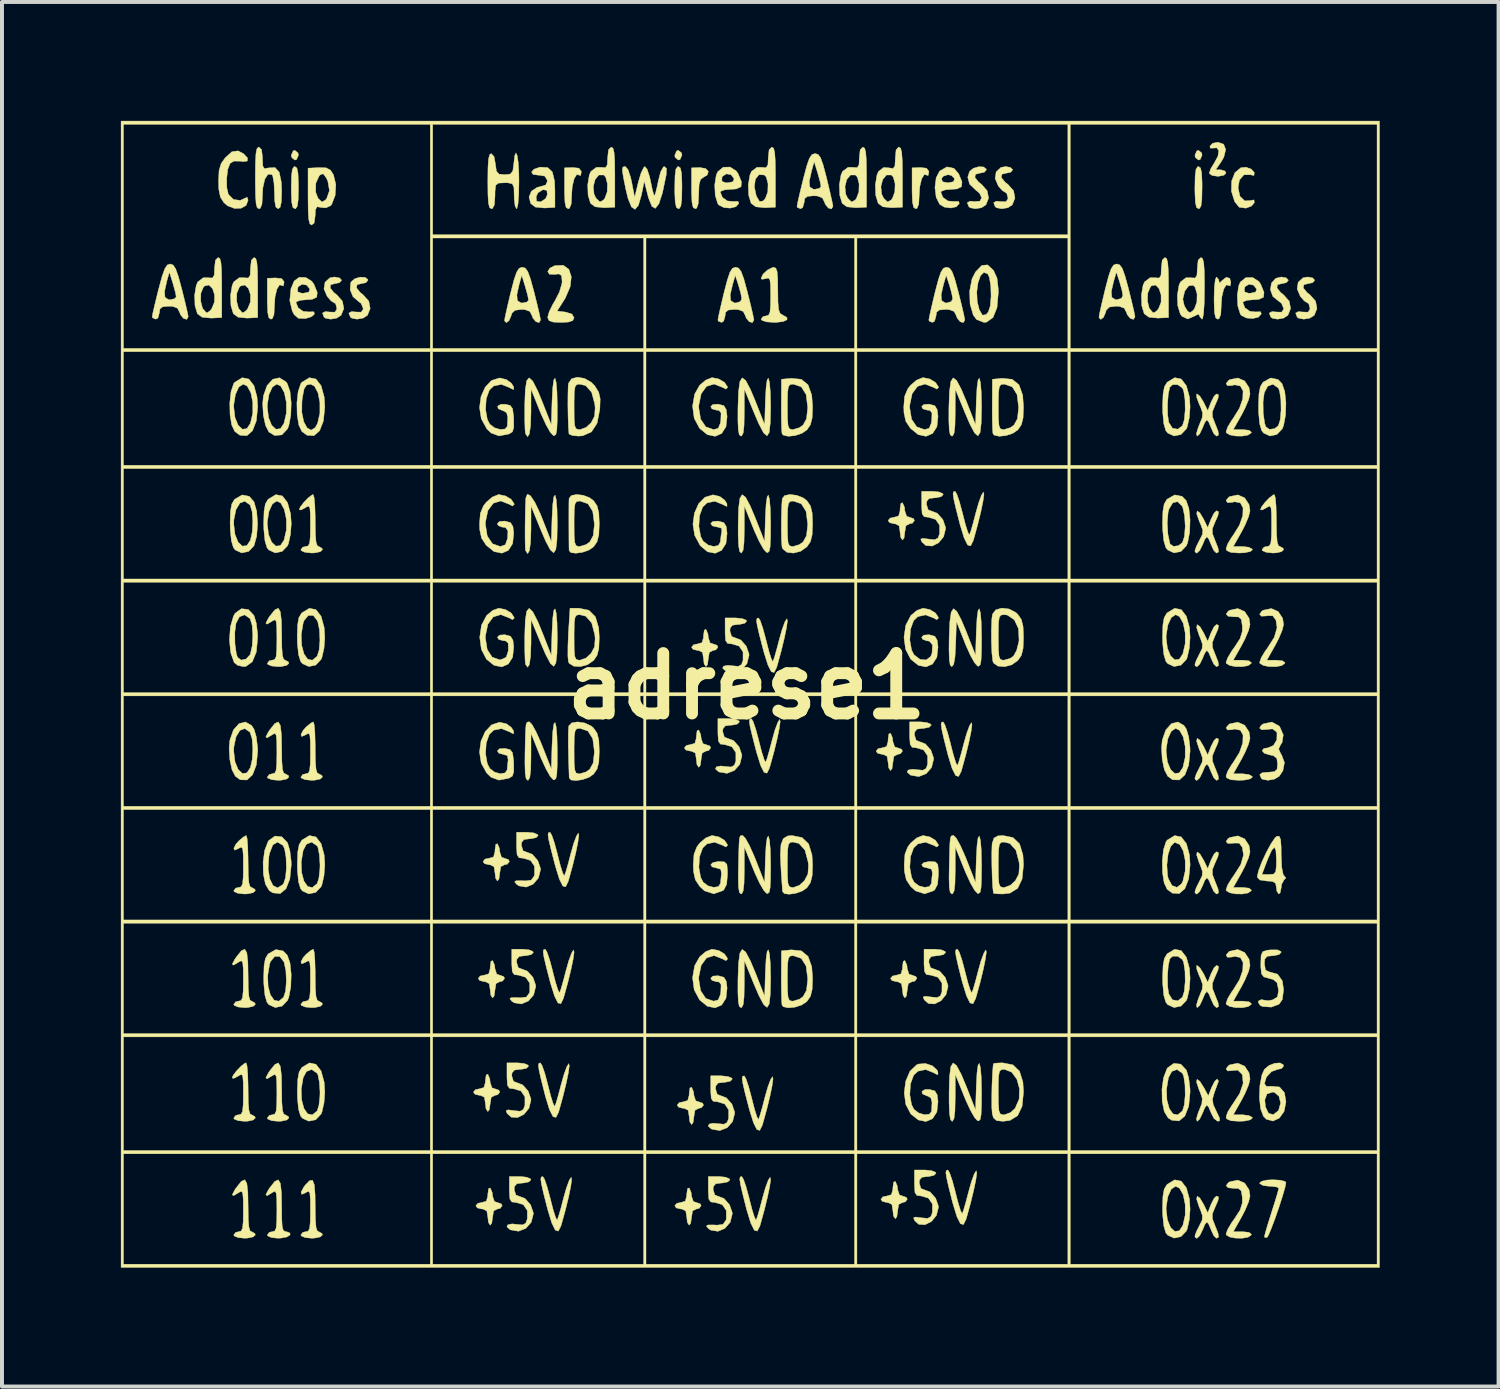
<source format=kicad_pcb>
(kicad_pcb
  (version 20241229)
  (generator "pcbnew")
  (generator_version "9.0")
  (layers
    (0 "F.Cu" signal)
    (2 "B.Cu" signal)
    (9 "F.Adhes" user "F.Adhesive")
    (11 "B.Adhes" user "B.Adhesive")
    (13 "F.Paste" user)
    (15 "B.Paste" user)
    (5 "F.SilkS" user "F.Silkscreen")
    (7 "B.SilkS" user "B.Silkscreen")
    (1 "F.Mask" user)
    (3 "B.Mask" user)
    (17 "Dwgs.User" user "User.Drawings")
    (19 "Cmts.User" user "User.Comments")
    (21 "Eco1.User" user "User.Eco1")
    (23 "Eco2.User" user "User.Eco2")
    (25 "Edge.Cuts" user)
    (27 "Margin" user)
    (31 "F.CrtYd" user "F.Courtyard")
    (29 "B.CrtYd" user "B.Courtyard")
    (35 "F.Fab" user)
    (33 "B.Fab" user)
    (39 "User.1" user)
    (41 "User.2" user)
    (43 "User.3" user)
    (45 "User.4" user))
  (footprint "adrese1"
    (layer "F.Cu")
    (at 15.789 14.262)
    (property "Reference" "adrese1" (at 0 0 0) (layer "F.SilkS") (effects (font (size 1.524 1.524) (thickness 0.3))))
    (attr through_hole)
    (fp_poly (pts (xy -11.32 -13.454) (xy -11.309 -13.396) (xy -11.357 -13.288) (xy -11.4 -13.274) (xy -11.48 -13.339) (xy -11.49 -13.396) (xy -11.442 -13.505) (xy -11.4 -13.519) (xy -11.32 -13.454)) (stroke (width 0.01) (type solid)) (fill yes) (layer "F.SilkS"))
    (fp_poly (pts (xy -1.643 -13.454) (xy -1.633 -13.396) (xy -1.681 -13.288) (xy -1.724 -13.274) (xy -1.804 -13.339) (xy -1.814 -13.396) (xy -1.766 -13.505) (xy -1.724 -13.519) (xy -1.643 -13.454)) (stroke (width 0.01) (type solid)) (fill yes) (layer "F.SilkS"))
    (fp_poly (pts (xy 11.48 -13.454) (xy 11.49 -13.396) (xy 11.442 -13.288) (xy 11.4 -13.274) (xy 11.32 -13.339) (xy 11.309 -13.396) (xy 11.357 -13.505) (xy 11.4 -13.519) (xy 11.48 -13.454)) (stroke (width 0.01) (type solid)) (fill yes) (layer "F.SilkS"))
    (fp_poly (pts (xy -11.349 -13.074) (xy -11.321 -12.947) (xy -11.31 -12.698) (xy -11.309 -12.577) (xy -11.315 -12.278) (xy -11.337 -12.112) (xy -11.379 -12.048) (xy -11.4 -12.045) (xy -11.451 -12.08) (xy -11.479 -12.207) (xy -11.49 -12.456) (xy -11.49 -12.577) (xy -11.484 -12.876) (xy -11.463 -13.042) (xy -11.42 -13.106) (xy -11.4 -13.11) (xy -11.349 -13.074)) (stroke (width 0.01) (type solid)) (fill yes) (layer "F.SilkS"))
    (fp_poly (pts (xy -1.673 -13.074) (xy -1.644 -12.947) (xy -1.634 -12.698) (xy -1.633 -12.577) (xy -1.639 -12.278) (xy -1.661 -12.112) (xy -1.703 -12.048) (xy -1.724 -12.045) (xy -1.774 -12.08) (xy -1.803 -12.207) (xy -1.814 -12.456) (xy -1.814 -12.577) (xy -1.808 -12.876) (xy -1.787 -13.042) (xy -1.744 -13.106) (xy -1.724 -13.11) (xy -1.673 -13.074)) (stroke (width 0.01) (type solid)) (fill yes) (layer "F.SilkS"))
    (fp_poly (pts (xy -1.031 -13.058) (xy -0.966 -12.984) (xy -0.995 -12.896) (xy -1.089 -12.84) (xy -1.165 -12.782) (xy -1.201 -12.649) (xy -1.21 -12.421) (xy -1.221 -12.175) (xy -1.26 -12.061) (xy -1.3 -12.045) (xy -1.352 -12.081) (xy -1.38 -12.21) (xy -1.391 -12.464) (xy -1.391 -12.561) (xy -1.391 -13.077) (xy -1.179 -13.085) (xy -1.031 -13.058)) (stroke (width 0.01) (type solid)) (fill yes) (layer "F.SilkS"))
    (fp_poly (pts (xy 11.451 -13.074) (xy 11.479 -12.947) (xy 11.49 -12.698) (xy 11.49 -12.577) (xy 11.484 -12.278) (xy 11.463 -12.112) (xy 11.42 -12.048) (xy 11.4 -12.045) (xy 11.349 -12.08) (xy 11.321 -12.207) (xy 11.31 -12.456) (xy 11.309 -12.577) (xy 11.315 -12.876) (xy 11.337 -13.042) (xy 11.379 -13.106) (xy 11.4 -13.11) (xy 11.451 -13.074)) (stroke (width 0.01) (type solid)) (fill yes) (layer "F.SilkS"))
    (fp_poly (pts (xy -11.731 -10.282) (xy -11.674 -10.207) (xy -11.672 -10.179) (xy -11.691 -10.095) (xy -11.712 -10.105) (xy -11.785 -10.125) (xy -11.853 -10.017) (xy -11.9 -9.818) (xy -11.914 -9.617) (xy -11.926 -9.378) (xy -11.969 -9.271) (xy -12.005 -9.259) (xy -12.056 -9.295) (xy -12.084 -9.425) (xy -12.095 -9.678) (xy -12.095 -9.775) (xy -12.095 -10.291) (xy -11.884 -10.3) (xy -11.731 -10.282)) (stroke (width 0.01) (type solid)) (fill yes) (layer "F.SilkS"))
    (fp_poly (pts (xy -4.232 -13.068) (xy -4.175 -12.993) (xy -4.173 -12.965) (xy -4.192 -12.881) (xy -4.213 -12.89) (xy -4.286 -12.911) (xy -4.353 -12.803) (xy -4.401 -12.604) (xy -4.415 -12.403) (xy -4.427 -12.164) (xy -4.47 -12.057) (xy -4.505 -12.045) (xy -4.557 -12.081) (xy -4.585 -12.21) (xy -4.596 -12.464) (xy -4.596 -12.561) (xy -4.596 -13.077) (xy -4.385 -13.085) (xy -4.232 -13.068)) (stroke (width 0.01) (type solid)) (fill yes) (layer "F.SilkS"))
    (fp_poly (pts (xy 4.537 -13.068) (xy 4.594 -12.993) (xy 4.596 -12.965) (xy 4.577 -12.881) (xy 4.556 -12.89) (xy 4.483 -12.911) (xy 4.416 -12.803) (xy 4.368 -12.604) (xy 4.354 -12.403) (xy 4.342 -12.164) (xy 4.299 -12.057) (xy 4.264 -12.045) (xy 4.212 -12.081) (xy 4.184 -12.21) (xy 4.173 -12.464) (xy 4.173 -12.561) (xy 4.173 -13.077) (xy 4.385 -13.085) (xy 4.537 -13.068)) (stroke (width 0.01) (type solid)) (fill yes) (layer "F.SilkS"))
    (fp_poly (pts (xy 11.91 -10.26) (xy 11.914 -10.226) (xy 11.932 -10.169) (xy 11.986 -10.226) (xy 12.099 -10.316) (xy 12.188 -10.291) (xy 12.216 -10.187) (xy 12.198 -10.097) (xy 12.176 -10.105) (xy 12.103 -10.125) (xy 12.036 -10.017) (xy 11.988 -9.818) (xy 11.974 -9.617) (xy 11.962 -9.378) (xy 11.919 -9.271) (xy 11.884 -9.259) (xy 11.833 -9.294) (xy 11.804 -9.421) (xy 11.794 -9.67) (xy 11.793 -9.791) (xy 11.801 -10.07) (xy 11.824 -10.26) (xy 11.853 -10.324) (xy 11.91 -10.26)) (stroke (width 0.01) (type solid)) (fill yes) (layer "F.SilkS"))
    (fp_poly (pts (xy 12.734 -13.044) (xy 12.808 -12.958) (xy 12.808 -12.958) (xy 12.799 -12.884) (xy 12.704 -12.903) (xy 12.545 -12.901) (xy 12.433 -12.77) (xy 12.398 -12.577) (xy 12.445 -12.36) (xy 12.565 -12.244) (xy 12.704 -12.251) (xy 12.8 -12.269) (xy 12.808 -12.197) (xy 12.735 -12.111) (xy 12.596 -12.061) (xy 12.595 -12.06) (xy 12.428 -12.083) (xy 12.313 -12.222) (xy 12.23 -12.487) (xy 12.236 -12.745) (xy 12.319 -12.956) (xy 12.466 -13.079) (xy 12.595 -13.094) (xy 12.734 -13.044)) (stroke (width 0.01) (type solid)) (fill yes) (layer "F.SilkS"))
    (fp_poly (pts (xy 12.034 -13.674) (xy 12.087 -13.54) (xy 12.04 -13.349) (xy 11.969 -13.225) (xy 11.832 -13.028) (xy 11.964 -13.028) (xy 12.068 -12.996) (xy 12.095 -12.946) (xy 12.042 -12.892) (xy 11.911 -12.865) (xy 11.884 -12.864) (xy 11.744 -12.884) (xy 11.674 -12.935) (xy 11.672 -12.946) (xy 11.711 -13.059) (xy 11.793 -13.192) (xy 11.89 -13.369) (xy 11.912 -13.512) (xy 11.859 -13.583) (xy 11.789 -13.576) (xy 11.697 -13.574) (xy 11.689 -13.628) (xy 11.759 -13.697) (xy 11.888 -13.724) (xy 12.034 -13.674)) (stroke (width 0.01) (type solid)) (fill yes) (layer "F.SilkS"))
    (fp_poly (pts (xy -6.481 9.907) (xy -6.471 10.001) (xy -6.426 10.134) (xy -6.35 10.16) (xy -6.252 10.194) (xy -6.229 10.242) (xy -6.28 10.309) (xy -6.35 10.324) (xy -6.445 10.372) (xy -6.471 10.529) (xy -6.492 10.683) (xy -6.531 10.734) (xy -6.577 10.663) (xy -6.592 10.529) (xy -6.617 10.373) (xy -6.715 10.325) (xy -6.743 10.324) (xy -6.857 10.296) (xy -6.894 10.242) (xy -6.843 10.18) (xy -6.743 10.16) (xy -6.629 10.127) (xy -6.593 9.997) (xy -6.592 9.95) (xy -6.573 9.811) (xy -6.531 9.791) (xy -6.481 9.907)) (stroke (width 0.01) (type solid)) (fill yes) (layer "F.SilkS"))
    (fp_poly (pts (xy -6.42 12.775) (xy -6.41 12.869) (xy -6.366 13.002) (xy -6.29 13.028) (xy -6.191 13.062) (xy -6.169 13.11) (xy -6.219 13.176) (xy -6.29 13.192) (xy -6.384 13.24) (xy -6.41 13.396) (xy -6.431 13.55) (xy -6.471 13.601) (xy -6.516 13.531) (xy -6.531 13.396) (xy -6.556 13.241) (xy -6.655 13.192) (xy -6.683 13.192) (xy -6.796 13.164) (xy -6.834 13.11) (xy -6.782 13.048) (xy -6.683 13.028) (xy -6.568 12.995) (xy -6.532 12.864) (xy -6.531 12.818) (xy -6.512 12.679) (xy -6.471 12.659) (xy -6.42 12.775)) (stroke (width 0.01) (type solid)) (fill yes) (layer "F.SilkS"))
    (fp_poly (pts (xy -6.36 7.039) (xy -6.35 7.133) (xy -6.306 7.267) (xy -6.229 7.292) (xy -6.131 7.327) (xy -6.108 7.374) (xy -6.159 7.441) (xy -6.229 7.456) (xy -6.324 7.504) (xy -6.35 7.661) (xy -6.371 7.815) (xy -6.41 7.866) (xy -6.456 7.796) (xy -6.471 7.661) (xy -6.496 7.505) (xy -6.594 7.457) (xy -6.622 7.456) (xy -6.736 7.428) (xy -6.773 7.374) (xy -6.722 7.313) (xy -6.622 7.292) (xy -6.508 7.259) (xy -6.472 7.129) (xy -6.471 7.083) (xy -6.452 6.943) (xy -6.41 6.924) (xy -6.36 7.039)) (stroke (width 0.01) (type solid)) (fill yes) (layer "F.SilkS"))
    (fp_poly (pts (xy -6.239 4.089) (xy -6.229 4.184) (xy -6.185 4.317) (xy -6.108 4.343) (xy -6.01 4.377) (xy -5.987 4.425) (xy -6.038 4.491) (xy -6.108 4.506) (xy -6.203 4.554) (xy -6.229 4.711) (xy -6.25 4.865) (xy -6.29 4.916) (xy -6.335 4.846) (xy -6.35 4.711) (xy -6.375 4.555) (xy -6.473 4.507) (xy -6.501 4.506) (xy -6.615 4.478) (xy -6.652 4.425) (xy -6.601 4.363) (xy -6.501 4.343) (xy -6.387 4.31) (xy -6.351 4.179) (xy -6.35 4.133) (xy -6.331 3.994) (xy -6.29 3.974) (xy -6.239 4.089)) (stroke (width 0.01) (type solid)) (fill yes) (layer "F.SilkS"))
    (fp_poly (pts (xy -1.401 12.775) (xy -1.391 12.869) (xy -1.346 13.002) (xy -1.27 13.028) (xy -1.172 13.062) (xy -1.149 13.11) (xy -1.2 13.176) (xy -1.27 13.192) (xy -1.365 13.24) (xy -1.391 13.396) (xy -1.412 13.55) (xy -1.451 13.601) (xy -1.497 13.531) (xy -1.512 13.396) (xy -1.537 13.241) (xy -1.635 13.192) (xy -1.663 13.192) (xy -1.777 13.164) (xy -1.814 13.11) (xy -1.763 13.048) (xy -1.663 13.028) (xy -1.549 12.995) (xy -1.513 12.864) (xy -1.512 12.818) (xy -1.493 12.679) (xy -1.451 12.659) (xy -1.401 12.775)) (stroke (width 0.01) (type solid)) (fill yes) (layer "F.SilkS"))
    (fp_poly (pts (xy -1.34 10.235) (xy -1.33 10.329) (xy -1.286 10.462) (xy -1.21 10.488) (xy -1.111 10.522) (xy -1.089 10.57) (xy -1.139 10.636) (xy -1.21 10.652) (xy -1.304 10.7) (xy -1.33 10.856) (xy -1.351 11.01) (xy -1.391 11.061) (xy -1.436 10.991) (xy -1.451 10.856) (xy -1.476 10.701) (xy -1.575 10.652) (xy -1.603 10.652) (xy -1.716 10.624) (xy -1.754 10.57) (xy -1.702 10.508) (xy -1.603 10.488) (xy -1.488 10.455) (xy -1.452 10.324) (xy -1.451 10.278) (xy -1.432 10.139) (xy -1.391 10.119) (xy -1.34 10.235)) (stroke (width 0.01) (type solid)) (fill yes) (layer "F.SilkS"))
    (fp_poly (pts (xy -1.159 1.222) (xy -1.149 1.316) (xy -1.105 1.449) (xy -1.028 1.475) (xy -0.93 1.509) (xy -0.907 1.557) (xy -0.958 1.623) (xy -1.028 1.639) (xy -1.123 1.687) (xy -1.149 1.844) (xy -1.17 1.998) (xy -1.21 2.048) (xy -1.255 1.978) (xy -1.27 1.844) (xy -1.295 1.688) (xy -1.393 1.64) (xy -1.421 1.639) (xy -1.535 1.611) (xy -1.572 1.557) (xy -1.521 1.495) (xy -1.421 1.475) (xy -1.307 1.442) (xy -1.271 1.311) (xy -1.27 1.265) (xy -1.251 1.126) (xy -1.21 1.106) (xy -1.159 1.222)) (stroke (width 0.01) (type solid)) (fill yes) (layer "F.SilkS"))
    (fp_poly (pts (xy -0.977 -1.318) (xy -0.968 -1.224) (xy -0.923 -1.091) (xy -0.847 -1.065) (xy -0.748 -1.031) (xy -0.726 -0.983) (xy -0.776 -0.917) (xy -0.847 -0.901) (xy -0.942 -0.853) (xy -0.968 -0.696) (xy -0.988 -0.542) (xy -1.028 -0.492) (xy -1.074 -0.562) (xy -1.089 -0.696) (xy -1.114 -0.852) (xy -1.212 -0.9) (xy -1.24 -0.901) (xy -1.353 -0.929) (xy -1.391 -0.983) (xy -1.339 -1.045) (xy -1.24 -1.065) (xy -1.126 -1.098) (xy -1.089 -1.229) (xy -1.089 -1.275) (xy -1.069 -1.414) (xy -1.028 -1.434) (xy -0.977 -1.318)) (stroke (width 0.01) (type solid)) (fill yes) (layer "F.SilkS"))
    (fp_poly (pts (xy 3.679 1.304) (xy 3.689 1.398) (xy 3.734 1.531) (xy 3.81 1.557) (xy 3.908 1.591) (xy 3.931 1.639) (xy 3.88 1.705) (xy 3.81 1.721) (xy 3.715 1.769) (xy 3.689 1.925) (xy 3.668 2.079) (xy 3.629 2.13) (xy 3.583 2.06) (xy 3.568 1.925) (xy 3.543 1.77) (xy 3.445 1.722) (xy 3.417 1.721) (xy 3.303 1.693) (xy 3.266 1.639) (xy 3.317 1.577) (xy 3.417 1.557) (xy 3.531 1.524) (xy 3.567 1.393) (xy 3.568 1.347) (xy 3.587 1.208) (xy 3.629 1.188) (xy 3.679 1.304)) (stroke (width 0.01) (type solid)) (fill yes) (layer "F.SilkS"))
    (fp_poly (pts (xy 3.8 12.611) (xy 3.81 12.705) (xy 3.854 12.838) (xy 3.931 12.864) (xy 4.029 12.898) (xy 4.052 12.946) (xy 4.001 13.012) (xy 3.931 13.028) (xy 3.836 13.076) (xy 3.81 13.233) (xy 3.789 13.387) (xy 3.75 13.437) (xy 3.704 13.367) (xy 3.689 13.233) (xy 3.664 13.077) (xy 3.566 13.029) (xy 3.538 13.028) (xy 3.424 13) (xy 3.387 12.946) (xy 3.438 12.884) (xy 3.538 12.864) (xy 3.652 12.831) (xy 3.688 12.7) (xy 3.689 12.654) (xy 3.708 12.515) (xy 3.75 12.495) (xy 3.8 12.611)) (stroke (width 0.01) (type solid)) (fill yes) (layer "F.SilkS"))
    (fp_poly (pts (xy 3.982 -4.514) (xy 3.991 -4.42) (xy 4.036 -4.286) (xy 4.112 -4.261) (xy 4.211 -4.226) (xy 4.233 -4.179) (xy 4.183 -4.112) (xy 4.112 -4.097) (xy 4.018 -4.049) (xy 3.991 -3.892) (xy 3.971 -3.738) (xy 3.931 -3.687) (xy 3.885 -3.757) (xy 3.87 -3.892) (xy 3.845 -4.048) (xy 3.747 -4.096) (xy 3.719 -4.097) (xy 3.606 -4.125) (xy 3.568 -4.179) (xy 3.62 -4.24) (xy 3.719 -4.261) (xy 3.833 -4.293) (xy 3.87 -4.424) (xy 3.87 -4.47) (xy 3.89 -4.61) (xy 3.931 -4.629) (xy 3.982 -4.514)) (stroke (width 0.01) (type solid)) (fill yes) (layer "F.SilkS"))
    (fp_poly (pts (xy 4.042 7.039) (xy 4.052 7.133) (xy 4.096 7.267) (xy 4.173 7.292) (xy 4.271 7.327) (xy 4.294 7.374) (xy 4.243 7.441) (xy 4.173 7.456) (xy 4.078 7.504) (xy 4.052 7.661) (xy 4.031 7.815) (xy 3.991 7.866) (xy 3.946 7.796) (xy 3.931 7.661) (xy 3.906 7.505) (xy 3.808 7.457) (xy 3.78 7.456) (xy 3.666 7.428) (xy 3.629 7.374) (xy 3.68 7.313) (xy 3.78 7.292) (xy 3.894 7.259) (xy 3.93 7.129) (xy 3.931 7.083) (xy 3.95 6.943) (xy 3.991 6.924) (xy 4.042 7.039)) (stroke (width 0.01) (type solid)) (fill yes) (layer "F.SilkS"))
    (fp_poly (pts (xy 5.977 -13.1) (xy 6.045 -13.047) (xy 6.048 -13.028) (xy 5.996 -12.966) (xy 5.896 -12.946) (xy 5.773 -12.915) (xy 5.759 -12.834) (xy 5.852 -12.718) (xy 5.927 -12.659) (xy 6.068 -12.5) (xy 6.104 -12.314) (xy 6.036 -12.143) (xy 5.925 -12.071) (xy 5.771 -12.045) (xy 5.639 -12.071) (xy 5.604 -12.099) (xy 5.565 -12.198) (xy 5.636 -12.237) (xy 5.745 -12.226) (xy 5.884 -12.237) (xy 5.929 -12.32) (xy 5.876 -12.436) (xy 5.774 -12.522) (xy 5.623 -12.668) (xy 5.578 -12.843) (xy 5.625 -12.988) (xy 5.719 -13.066) (xy 5.852 -13.105) (xy 5.977 -13.1)) (stroke (width 0.01) (type solid)) (fill yes) (layer "F.SilkS"))
    (fp_poly (pts (xy 13.457 12.465) (xy 13.578 12.494) (xy 13.607 12.522) (xy 13.583 12.648) (xy 13.519 12.869) (xy 13.432 13.141) (xy 13.334 13.424) (xy 13.24 13.675) (xy 13.165 13.852) (xy 13.127 13.914) (xy 13.066 13.904) (xy 13.063 13.888) (xy 13.086 13.792) (xy 13.146 13.587) (xy 13.231 13.316) (xy 13.244 13.274) (xy 13.332 12.997) (xy 13.396 12.783) (xy 13.425 12.671) (xy 13.426 12.666) (xy 13.372 12.636) (xy 13.238 12.619) (xy 13.184 12.618) (xy 13.032 12.6) (xy 12.948 12.554) (xy 12.942 12.536) (xy 12.997 12.491) (xy 13.138 12.461) (xy 13.275 12.454) (xy 13.457 12.465)) (stroke (width 0.01) (type solid)) (fill yes) (layer "F.SilkS"))
    (fp_poly (pts (xy 13.615 -10.3) (xy 13.668 -10.242) (xy 13.668 -10.242) (xy 13.616 -10.18) (xy 13.516 -10.16) (xy 13.393 -10.129) (xy 13.379 -10.048) (xy 13.472 -9.932) (xy 13.547 -9.873) (xy 13.688 -9.714) (xy 13.724 -9.528) (xy 13.656 -9.357) (xy 13.545 -9.286) (xy 13.391 -9.259) (xy 13.259 -9.285) (xy 13.224 -9.313) (xy 13.185 -9.413) (xy 13.256 -9.451) (xy 13.365 -9.44) (xy 13.499 -9.437) (xy 13.546 -9.509) (xy 13.547 -9.531) (xy 13.496 -9.657) (xy 13.431 -9.707) (xy 13.276 -9.832) (xy 13.214 -10.001) (xy 13.24 -10.169) (xy 13.35 -10.29) (xy 13.488 -10.324) (xy 13.615 -10.3)) (stroke (width 0.01) (type solid)) (fill yes) (layer "F.SilkS"))
    (fp_poly (pts (xy -12.696 -13.435) (xy -12.592 -13.325) (xy -12.6 -13.249) (xy -12.711 -13.234) (xy -12.76 -13.245) (xy -12.934 -13.248) (xy -13.032 -13.192) (xy -13.091 -13.044) (xy -13.12 -12.812) (xy -13.116 -12.573) (xy -13.077 -12.407) (xy -12.948 -12.279) (xy -12.779 -12.256) (xy -12.696 -12.293) (xy -12.604 -12.336) (xy -12.579 -12.264) (xy -12.579 -12.261) (xy -12.63 -12.128) (xy -12.757 -12.058) (xy -12.924 -12.053) (xy -13.096 -12.119) (xy -13.187 -12.196) (xy -13.278 -12.336) (xy -13.318 -12.533) (xy -13.325 -12.741) (xy -13.312 -13.01) (xy -13.259 -13.187) (xy -13.16 -13.327) (xy -12.988 -13.484) (xy -12.832 -13.506) (xy -12.696 -13.435)) (stroke (width 0.01) (type solid)) (fill yes) (layer "F.SilkS"))
    (fp_poly (pts (xy -10.273 -10.3) (xy -10.22 -10.242) (xy -10.22 -10.242) (xy -10.272 -10.18) (xy -10.372 -10.16) (xy -10.495 -10.129) (xy -10.509 -10.048) (xy -10.417 -9.932) (xy -10.341 -9.873) (xy -10.2 -9.714) (xy -10.164 -9.528) (xy -10.233 -9.357) (xy -10.343 -9.286) (xy -10.497 -9.259) (xy -10.629 -9.285) (xy -10.664 -9.313) (xy -10.703 -9.413) (xy -10.633 -9.451) (xy -10.523 -9.44) (xy -10.39 -9.436) (xy -10.343 -9.507) (xy -10.341 -9.536) (xy -10.372 -9.651) (xy -10.402 -9.668) (xy -10.485 -9.721) (xy -10.585 -9.834) (xy -10.665 -10.023) (xy -10.638 -10.191) (xy -10.519 -10.301) (xy -10.4 -10.324) (xy -10.273 -10.3)) (stroke (width 0.01) (type solid)) (fill yes) (layer "F.SilkS"))
    (fp_poly (pts (xy -9.625 -10.313) (xy -9.558 -10.26) (xy -9.555 -10.242) (xy -9.607 -10.18) (xy -9.706 -10.16) (xy -9.83 -10.129) (xy -9.844 -10.048) (xy -9.751 -9.932) (xy -9.676 -9.873) (xy -9.534 -9.714) (xy -9.499 -9.528) (xy -9.567 -9.357) (xy -9.678 -9.286) (xy -9.831 -9.259) (xy -9.964 -9.285) (xy -9.999 -9.313) (xy -10.038 -9.413) (xy -9.967 -9.451) (xy -9.858 -9.44) (xy -9.724 -9.437) (xy -9.677 -9.509) (xy -9.676 -9.531) (xy -9.727 -9.655) (xy -9.797 -9.709) (xy -9.932 -9.826) (xy -10.004 -9.999) (xy -9.992 -10.172) (xy -9.975 -10.206) (xy -9.882 -10.283) (xy -9.749 -10.32) (xy -9.625 -10.313)) (stroke (width 0.01) (type solid)) (fill yes) (layer "F.SilkS"))
    (fp_poly (pts (xy -5.397 -1.878) (xy -5.273 -1.637) (xy -5.165 -1.376) (xy -4.929 -0.778) (xy -4.911 -1.372) (xy -4.892 -1.72) (xy -4.865 -1.911) (xy -4.834 -1.951) (xy -4.806 -1.845) (xy -4.785 -1.6) (xy -4.778 -1.229) (xy -4.786 -0.826) (xy -4.814 -0.583) (xy -4.867 -0.5) (xy -4.951 -0.572) (xy -5.072 -0.8) (xy -5.195 -1.086) (xy -5.44 -1.68) (xy -5.441 -1.086) (xy -5.453 -0.754) (xy -5.482 -0.547) (xy -5.527 -0.477) (xy -5.581 -0.553) (xy -5.591 -0.659) (xy -5.598 -0.885) (xy -5.6 -1.187) (xy -5.599 -1.269) (xy -5.586 -1.659) (xy -5.55 -1.89) (xy -5.488 -1.963) (xy -5.397 -1.878)) (stroke (width 0.01) (type solid)) (fill yes) (layer "F.SilkS"))
    (fp_poly (pts (xy -5.039 6.709) (xy -4.973 6.899) (xy -4.9 7.169) (xy -4.891 7.208) (xy -4.821 7.478) (xy -4.762 7.666) (xy -4.724 7.737) (xy -4.721 7.735) (xy -4.685 7.64) (xy -4.626 7.434) (xy -4.562 7.189) (xy -4.488 6.926) (xy -4.416 6.733) (xy -4.368 6.656) (xy -4.354 6.712) (xy -4.378 6.888) (xy -4.433 7.152) (xy -4.511 7.473) (xy -4.606 7.817) (xy -4.627 7.886) (xy -4.689 8.012) (xy -4.761 7.993) (xy -4.847 7.823) (xy -4.948 7.498) (xy -4.976 7.395) (xy -5.065 7.047) (xy -5.117 6.826) (xy -5.134 6.702) (xy -5.122 6.648) (xy -5.083 6.637) (xy -5.039 6.709)) (stroke (width 0.01) (type solid)) (fill yes) (layer "F.SilkS"))
    (fp_poly (pts (xy -4.486 -10.517) (xy -4.425 -10.329) (xy -4.452 -10.08) (xy -4.574 -9.795) (xy -4.601 -9.75) (xy -4.783 -9.464) (xy -4.568 -9.438) (xy -4.409 -9.388) (xy -4.354 -9.295) (xy -4.388 -9.223) (xy -4.503 -9.186) (xy -4.687 -9.177) (xy -4.884 -9.186) (xy -4.986 -9.222) (xy -5.019 -9.294) (xy -5.02 -9.309) (xy -4.982 -9.448) (xy -4.887 -9.642) (xy -4.838 -9.722) (xy -4.724 -9.945) (xy -4.661 -10.159) (xy -4.657 -10.213) (xy -4.671 -10.359) (xy -4.739 -10.401) (xy -4.838 -10.388) (xy -4.978 -10.394) (xy -5.02 -10.46) (xy -4.965 -10.548) (xy -4.842 -10.61) (xy -4.627 -10.619) (xy -4.486 -10.517)) (stroke (width 0.01) (type solid)) (fill yes) (layer "F.SilkS"))
    (fp_poly (pts (xy -0.025 -7.713) (xy 0.093 -7.491) (xy 0.218 -7.194) (xy 0.454 -6.596) (xy 0.471 -7.19) (xy 0.49 -7.538) (xy 0.517 -7.729) (xy 0.548 -7.769) (xy 0.576 -7.663) (xy 0.597 -7.417) (xy 0.605 -7.046) (xy 0.596 -6.643) (xy 0.568 -6.399) (xy 0.514 -6.315) (xy 0.429 -6.387) (xy 0.308 -6.615) (xy 0.184 -6.903) (xy -0.059 -7.497) (xy -0.06 -6.903) (xy -0.066 -6.579) (xy -0.086 -6.392) (xy -0.124 -6.315) (xy -0.145 -6.309) (xy -0.187 -6.343) (xy -0.211 -6.464) (xy -0.221 -6.697) (xy -0.22 -7.025) (xy -0.205 -7.437) (xy -0.17 -7.688) (xy -0.112 -7.779) (xy -0.025 -7.713)) (stroke (width 0.01) (type solid)) (fill yes) (layer "F.SilkS"))
    (fp_poly (pts (xy -0.025 6.708) (xy 0.093 6.93) (xy 0.218 7.227) (xy 0.454 7.825) (xy 0.471 7.231) (xy 0.49 6.883) (xy 0.517 6.692) (xy 0.548 6.652) (xy 0.576 6.758) (xy 0.597 7.004) (xy 0.605 7.374) (xy 0.596 7.778) (xy 0.568 8.021) (xy 0.514 8.106) (xy 0.429 8.034) (xy 0.308 7.806) (xy 0.184 7.518) (xy -0.059 6.924) (xy -0.06 7.518) (xy -0.066 7.841) (xy -0.086 8.029) (xy -0.124 8.106) (xy -0.145 8.112) (xy -0.187 8.077) (xy -0.211 7.957) (xy -0.221 7.724) (xy -0.22 7.396) (xy -0.205 6.984) (xy -0.17 6.733) (xy -0.112 6.642) (xy -0.025 6.708)) (stroke (width 0.01) (type solid)) (fill yes) (layer "F.SilkS"))
    (fp_poly (pts (xy -0.019 9.904) (xy 0.046 10.095) (xy 0.119 10.364) (xy 0.129 10.404) (xy 0.198 10.673) (xy 0.258 10.861) (xy 0.295 10.933) (xy 0.299 10.931) (xy 0.334 10.835) (xy 0.394 10.63) (xy 0.457 10.385) (xy 0.532 10.121) (xy 0.603 9.928) (xy 0.652 9.852) (xy 0.665 9.908) (xy 0.641 10.084) (xy 0.587 10.348) (xy 0.509 10.668) (xy 0.414 11.012) (xy 0.393 11.082) (xy 0.33 11.208) (xy 0.258 11.188) (xy 0.173 11.019) (xy 0.071 10.694) (xy 0.044 10.59) (xy -0.046 10.243) (xy -0.097 10.021) (xy -0.115 9.898) (xy -0.102 9.844) (xy -0.064 9.832) (xy -0.019 9.904)) (stroke (width 0.01) (type solid)) (fill yes) (layer "F.SilkS"))
    (fp_poly (pts (xy 0.162 0.891) (xy 0.228 1.082) (xy 0.301 1.351) (xy 0.31 1.391) (xy 0.38 1.66) (xy 0.439 1.848) (xy 0.477 1.92) (xy 0.48 1.918) (xy 0.516 1.822) (xy 0.575 1.617) (xy 0.639 1.372) (xy 0.713 1.108) (xy 0.785 0.915) (xy 0.833 0.839) (xy 0.846 0.895) (xy 0.822 1.071) (xy 0.768 1.335) (xy 0.69 1.655) (xy 0.595 1.999) (xy 0.574 2.069) (xy 0.512 2.195) (xy 0.439 2.176) (xy 0.354 2.006) (xy 0.253 1.681) (xy 0.225 1.577) (xy 0.136 1.23) (xy 0.084 1.008) (xy 0.067 0.885) (xy 0.079 0.831) (xy 0.117 0.819) (xy 0.162 0.891)) (stroke (width 0.01) (type solid)) (fill yes) (layer "F.SilkS"))
    (fp_poly (pts (xy 0.344 -1.649) (xy 0.409 -1.458) (xy 0.482 -1.189) (xy 0.492 -1.149) (xy 0.561 -0.88) (xy 0.621 -0.692) (xy 0.658 -0.62) (xy 0.662 -0.622) (xy 0.697 -0.718) (xy 0.756 -0.923) (xy 0.82 -1.168) (xy 0.895 -1.432) (xy 0.966 -1.625) (xy 1.015 -1.701) (xy 1.028 -1.645) (xy 1.004 -1.469) (xy 0.949 -1.205) (xy 0.871 -0.885) (xy 0.777 -0.541) (xy 0.756 -0.471) (xy 0.693 -0.345) (xy 0.621 -0.364) (xy 0.536 -0.534) (xy 0.434 -0.859) (xy 0.407 -0.963) (xy 0.317 -1.31) (xy 0.266 -1.532) (xy 0.248 -1.655) (xy 0.261 -1.709) (xy 0.299 -1.721) (xy 0.344 -1.649)) (stroke (width 0.01) (type solid)) (fill yes) (layer "F.SilkS"))
    (fp_poly (pts (xy 5.297 -7.713) (xy 5.415 -7.491) (xy 5.54 -7.194) (xy 5.775 -6.596) (xy 5.793 -7.19) (xy 5.812 -7.538) (xy 5.839 -7.729) (xy 5.87 -7.769) (xy 5.898 -7.663) (xy 5.919 -7.417) (xy 5.927 -7.046) (xy 5.918 -6.643) (xy 5.89 -6.399) (xy 5.835 -6.315) (xy 5.751 -6.387) (xy 5.63 -6.615) (xy 5.506 -6.903) (xy 5.263 -7.497) (xy 5.262 -6.903) (xy 5.256 -6.579) (xy 5.236 -6.392) (xy 5.198 -6.315) (xy 5.177 -6.309) (xy 5.135 -6.343) (xy 5.111 -6.464) (xy 5.101 -6.697) (xy 5.102 -7.025) (xy 5.117 -7.437) (xy 5.152 -7.688) (xy 5.21 -7.779) (xy 5.297 -7.713)) (stroke (width 0.01) (type solid)) (fill yes) (layer "F.SilkS"))
    (fp_poly (pts (xy 6.66 -13.086) (xy 6.713 -13.028) (xy 6.713 -13.028) (xy 6.661 -12.966) (xy 6.562 -12.946) (xy 6.438 -12.915) (xy 6.424 -12.834) (xy 6.517 -12.718) (xy 6.592 -12.659) (xy 6.734 -12.5) (xy 6.769 -12.314) (xy 6.701 -12.143) (xy 6.59 -12.071) (xy 6.437 -12.045) (xy 6.304 -12.071) (xy 6.269 -12.099) (xy 6.231 -12.198) (xy 6.301 -12.237) (xy 6.41 -12.226) (xy 6.543 -12.222) (xy 6.59 -12.293) (xy 6.592 -12.322) (xy 6.561 -12.437) (xy 6.531 -12.454) (xy 6.448 -12.507) (xy 6.349 -12.62) (xy 6.269 -12.808) (xy 6.295 -12.976) (xy 6.414 -13.087) (xy 6.534 -13.11) (xy 6.66 -13.086)) (stroke (width 0.01) (type solid)) (fill yes) (layer "F.SilkS"))
    (fp_poly (pts (xy 14.28 -10.3) (xy 14.333 -10.242) (xy 14.333 -10.242) (xy 14.281 -10.18) (xy 14.182 -10.16) (xy 14.058 -10.129) (xy 14.044 -10.048) (xy 14.137 -9.932) (xy 14.212 -9.873) (xy 14.354 -9.714) (xy 14.389 -9.528) (xy 14.321 -9.357) (xy 14.21 -9.286) (xy 14.057 -9.259) (xy 13.924 -9.285) (xy 13.889 -9.313) (xy 13.851 -9.413) (xy 13.921 -9.451) (xy 14.03 -9.44) (xy 14.163 -9.436) (xy 14.21 -9.507) (xy 14.212 -9.536) (xy 14.181 -9.651) (xy 14.151 -9.668) (xy 14.068 -9.721) (xy 13.969 -9.834) (xy 13.889 -10.023) (xy 13.915 -10.191) (xy 14.034 -10.301) (xy 14.154 -10.324) (xy 14.28 -10.3)) (stroke (width 0.01) (type solid)) (fill yes) (layer "F.SilkS"))
    (fp_poly (pts (xy -5.16 9.577) (xy -5.094 9.767) (xy -5.021 10.037) (xy -5.012 10.076) (xy -4.942 10.345) (xy -4.883 10.533) (xy -4.845 10.605) (xy -4.842 10.603) (xy -4.806 10.507) (xy -4.747 10.302) (xy -4.683 10.057) (xy -4.608 9.793) (xy -4.537 9.601) (xy -4.489 9.524) (xy -4.475 9.58) (xy -4.499 9.756) (xy -4.554 10.02) (xy -4.632 10.34) (xy -4.727 10.684) (xy -4.747 10.754) (xy -4.813 10.882) (xy -4.888 10.859) (xy -4.977 10.68) (xy -5.08 10.343) (xy -5.1 10.262) (xy -5.188 9.915) (xy -5.238 9.693) (xy -5.255 9.57) (xy -5.243 9.516) (xy -5.204 9.505) (xy -5.204 9.505) (xy -5.16 9.577)) (stroke (width 0.01) (type solid)) (fill yes) (layer "F.SilkS"))
    (fp_poly (pts (xy -5.099 12.444) (xy -5.034 12.635) (xy -4.961 12.904) (xy -4.951 12.944) (xy -4.882 13.213) (xy -4.822 13.401) (xy -4.785 13.473) (xy -4.781 13.471) (xy -4.746 13.375) (xy -4.686 13.17) (xy -4.623 12.925) (xy -4.548 12.661) (xy -4.477 12.468) (xy -4.428 12.392) (xy -4.415 12.448) (xy -4.439 12.624) (xy -4.493 12.888) (xy -4.571 13.208) (xy -4.666 13.552) (xy -4.687 13.622) (xy -4.752 13.75) (xy -4.828 13.726) (xy -4.916 13.548) (xy -5.019 13.211) (xy -5.04 13.13) (xy -5.128 12.783) (xy -5.178 12.561) (xy -5.195 12.437) (xy -5.182 12.384) (xy -5.144 12.372) (xy -5.144 12.372) (xy -5.099 12.444)) (stroke (width 0.01) (type solid)) (fill yes) (layer "F.SilkS"))
    (fp_poly (pts (xy -4.918 3.759) (xy -4.852 3.95) (xy -4.779 4.219) (xy -4.77 4.259) (xy -4.7 4.528) (xy -4.641 4.716) (xy -4.603 4.787) (xy -4.6 4.786) (xy -4.564 4.69) (xy -4.505 4.485) (xy -4.441 4.239) (xy -4.367 3.976) (xy -4.295 3.783) (xy -4.247 3.707) (xy -4.234 3.762) (xy -4.258 3.938) (xy -4.312 4.203) (xy -4.39 4.523) (xy -4.485 4.867) (xy -4.506 4.937) (xy -4.568 5.062) (xy -4.639 5.044) (xy -4.723 4.876) (xy -4.823 4.554) (xy -4.853 4.442) (xy -4.942 4.095) (xy -4.994 3.875) (xy -5.012 3.752) (xy -5.002 3.699) (xy -4.966 3.687) (xy -4.963 3.687) (xy -4.918 3.759)) (stroke (width 0.01) (type solid)) (fill yes) (layer "F.SilkS"))
    (fp_poly (pts (xy -0.08 12.444) (xy -0.014 12.635) (xy 0.059 12.904) (xy 0.068 12.944) (xy 0.138 13.213) (xy 0.197 13.401) (xy 0.235 13.473) (xy 0.238 13.471) (xy 0.274 13.375) (xy 0.333 13.17) (xy 0.397 12.925) (xy 0.472 12.661) (xy 0.543 12.468) (xy 0.591 12.392) (xy 0.605 12.448) (xy 0.581 12.624) (xy 0.526 12.888) (xy 0.448 13.208) (xy 0.353 13.552) (xy 0.333 13.622) (xy 0.267 13.75) (xy 0.192 13.726) (xy 0.103 13.548) (xy 0.000493 13.211) (xy -0.02 13.13) (xy -0.108 12.783) (xy -0.158 12.561) (xy -0.175 12.437) (xy -0.163 12.384) (xy -0.124 12.372) (xy -0.124 12.372) (xy -0.08 12.444)) (stroke (width 0.01) (type solid)) (fill yes) (layer "F.SilkS"))
    (fp_poly (pts (xy 5 0.973) (xy 5.066 1.164) (xy 5.139 1.433) (xy 5.148 1.473) (xy 5.218 1.742) (xy 5.277 1.93) (xy 5.315 2.002) (xy 5.318 2) (xy 5.354 1.904) (xy 5.413 1.699) (xy 5.477 1.454) (xy 5.552 1.19) (xy 5.623 0.997) (xy 5.671 0.921) (xy 5.685 0.977) (xy 5.661 1.153) (xy 5.606 1.417) (xy 5.528 1.737) (xy 5.433 2.081) (xy 5.413 2.151) (xy 5.347 2.279) (xy 5.272 2.255) (xy 5.183 2.077) (xy 5.08 1.74) (xy 5.06 1.659) (xy 4.972 1.312) (xy 4.922 1.09) (xy 4.905 0.966) (xy 4.917 0.913) (xy 4.956 0.901) (xy 4.956 0.901) (xy 5 0.973)) (stroke (width 0.01) (type solid)) (fill yes) (layer "F.SilkS"))
    (fp_poly (pts (xy 5.121 12.281) (xy 5.187 12.471) (xy 5.26 12.74) (xy 5.269 12.78) (xy 5.339 13.049) (xy 5.398 13.237) (xy 5.436 13.309) (xy 5.439 13.307) (xy 5.475 13.211) (xy 5.534 13.006) (xy 5.598 12.761) (xy 5.672 12.497) (xy 5.744 12.304) (xy 5.792 12.228) (xy 5.806 12.284) (xy 5.782 12.46) (xy 5.727 12.724) (xy 5.649 13.044) (xy 5.554 13.388) (xy 5.533 13.458) (xy 5.468 13.586) (xy 5.393 13.562) (xy 5.304 13.384) (xy 5.201 13.047) (xy 5.18 12.966) (xy 5.093 12.619) (xy 5.043 12.397) (xy 5.026 12.274) (xy 5.038 12.22) (xy 5.076 12.208) (xy 5.077 12.208) (xy 5.121 12.281)) (stroke (width 0.01) (type solid)) (fill yes) (layer "F.SilkS"))
    (fp_poly (pts (xy 5.303 -4.844) (xy 5.368 -4.654) (xy 5.441 -4.384) (xy 5.451 -4.344) (xy 5.52 -4.075) (xy 5.58 -3.887) (xy 5.617 -3.816) (xy 5.621 -3.818) (xy 5.656 -3.913) (xy 5.716 -4.119) (xy 5.779 -4.364) (xy 5.854 -4.627) (xy 5.925 -4.82) (xy 5.974 -4.896) (xy 5.987 -4.841) (xy 5.963 -4.665) (xy 5.909 -4.401) (xy 5.83 -4.08) (xy 5.736 -3.736) (xy 5.715 -3.667) (xy 5.65 -3.538) (xy 5.574 -3.562) (xy 5.486 -3.741) (xy 5.383 -4.078) (xy 5.362 -4.158) (xy 5.274 -4.506) (xy 5.224 -4.727) (xy 5.207 -4.851) (xy 5.22 -4.905) (xy 5.258 -4.916) (xy 5.258 -4.916) (xy 5.303 -4.844)) (stroke (width 0.01) (type solid)) (fill yes) (layer "F.SilkS"))
    (fp_poly (pts (xy 5.363 6.709) (xy 5.429 6.899) (xy 5.502 7.169) (xy 5.511 7.208) (xy 5.581 7.478) (xy 5.64 7.666) (xy 5.678 7.737) (xy 5.681 7.735) (xy 5.717 7.64) (xy 5.776 7.434) (xy 5.84 7.189) (xy 5.914 6.926) (xy 5.986 6.733) (xy 6.034 6.656) (xy 6.047 6.712) (xy 6.023 6.888) (xy 5.969 7.152) (xy 5.891 7.473) (xy 5.796 7.817) (xy 5.775 7.886) (xy 5.71 8.015) (xy 5.634 7.991) (xy 5.546 7.812) (xy 5.443 7.475) (xy 5.422 7.395) (xy 5.335 7.047) (xy 5.285 6.825) (xy 5.268 6.702) (xy 5.28 6.648) (xy 5.318 6.637) (xy 5.318 6.637) (xy 5.363 6.709)) (stroke (width 0.01) (type solid)) (fill yes) (layer "F.SilkS"))
    (fp_poly (pts (xy 12.564 -7.701) (xy 12.675 -7.533) (xy 12.7 -7.375) (xy 12.665 -7.229) (xy 12.574 -7.013) (xy 12.489 -6.848) (xy 12.277 -6.473) (xy 12.523 -6.473) (xy 12.676 -6.456) (xy 12.734 -6.409) (xy 12.73 -6.391) (xy 12.651 -6.335) (xy 12.506 -6.309) (xy 12.339 -6.311) (xy 12.19 -6.339) (xy 12.103 -6.391) (xy 12.095 -6.417) (xy 12.136 -6.538) (xy 12.237 -6.706) (xy 12.274 -6.756) (xy 12.434 -7.014) (xy 12.517 -7.253) (xy 12.524 -7.448) (xy 12.456 -7.573) (xy 12.313 -7.603) (xy 12.247 -7.587) (xy 12.129 -7.58) (xy 12.097 -7.638) (xy 12.165 -7.719) (xy 12.191 -7.734) (xy 12.392 -7.775) (xy 12.564 -7.701)) (stroke (width 0.01) (type solid)) (fill yes) (layer "F.SilkS"))
    (fp_poly (pts (xy 12.564 -4.751) (xy 12.675 -4.583) (xy 12.7 -4.425) (xy 12.665 -4.279) (xy 12.574 -4.063) (xy 12.489 -3.898) (xy 12.277 -3.523) (xy 12.519 -3.523) (xy 12.67 -3.505) (xy 12.754 -3.46) (xy 12.76 -3.441) (xy 12.706 -3.396) (xy 12.565 -3.367) (xy 12.428 -3.359) (xy 12.217 -3.374) (xy 12.112 -3.421) (xy 12.095 -3.467) (xy 12.136 -3.588) (xy 12.237 -3.757) (xy 12.274 -3.806) (xy 12.434 -4.064) (xy 12.517 -4.303) (xy 12.524 -4.498) (xy 12.456 -4.624) (xy 12.313 -4.653) (xy 12.247 -4.637) (xy 12.129 -4.63) (xy 12.097 -4.688) (xy 12.165 -4.77) (xy 12.191 -4.784) (xy 12.392 -4.826) (xy 12.564 -4.751)) (stroke (width 0.01) (type solid)) (fill yes) (layer "F.SilkS"))
    (fp_poly (pts (xy 12.564 -1.883) (xy 12.675 -1.715) (xy 12.7 -1.557) (xy 12.665 -1.411) (xy 12.574 -1.195) (xy 12.489 -1.03) (xy 12.277 -0.655) (xy 12.523 -0.655) (xy 12.676 -0.638) (xy 12.734 -0.591) (xy 12.73 -0.574) (xy 12.651 -0.518) (xy 12.506 -0.492) (xy 12.339 -0.493) (xy 12.19 -0.521) (xy 12.103 -0.573) (xy 12.095 -0.598) (xy 12.136 -0.714) (xy 12.239 -0.888) (xy 12.31 -0.987) (xy 12.448 -1.198) (xy 12.505 -1.379) (xy 12.506 -1.515) (xy 12.48 -1.685) (xy 12.408 -1.747) (xy 12.292 -1.75) (xy 12.147 -1.764) (xy 12.097 -1.819) (xy 12.151 -1.893) (xy 12.191 -1.917) (xy 12.392 -1.958) (xy 12.564 -1.883)) (stroke (width 0.01) (type solid)) (fill yes) (layer "F.SilkS"))
    (fp_poly (pts (xy 12.564 0.985) (xy 12.675 1.153) (xy 12.7 1.311) (xy 12.665 1.456) (xy 12.574 1.672) (xy 12.489 1.837) (xy 12.277 2.212) (xy 12.519 2.212) (xy 12.67 2.23) (xy 12.754 2.276) (xy 12.76 2.294) (xy 12.706 2.339) (xy 12.565 2.369) (xy 12.428 2.376) (xy 12.217 2.362) (xy 12.112 2.315) (xy 12.095 2.269) (xy 12.136 2.148) (xy 12.237 1.979) (xy 12.274 1.929) (xy 12.434 1.672) (xy 12.517 1.432) (xy 12.524 1.237) (xy 12.456 1.112) (xy 12.313 1.082) (xy 12.247 1.099) (xy 12.129 1.105) (xy 12.097 1.048) (xy 12.165 0.966) (xy 12.191 0.951) (xy 12.392 0.91) (xy 12.564 0.985)) (stroke (width 0.01) (type solid)) (fill yes) (layer "F.SilkS"))
    (fp_poly (pts (xy 12.564 3.852) (xy 12.675 4.02) (xy 12.7 4.178) (xy 12.665 4.324) (xy 12.574 4.54) (xy 12.489 4.705) (xy 12.277 5.08) (xy 12.523 5.08) (xy 12.676 5.097) (xy 12.734 5.144) (xy 12.73 5.162) (xy 12.651 5.218) (xy 12.506 5.244) (xy 12.339 5.242) (xy 12.19 5.214) (xy 12.103 5.162) (xy 12.095 5.136) (xy 12.136 5.017) (xy 12.239 4.848) (xy 12.283 4.788) (xy 12.465 4.505) (xy 12.535 4.262) (xy 12.506 4.068) (xy 12.427 3.961) (xy 12.289 3.959) (xy 12.271 3.963) (xy 12.142 3.97) (xy 12.095 3.921) (xy 12.147 3.846) (xy 12.191 3.819) (xy 12.392 3.778) (xy 12.564 3.852)) (stroke (width 0.01) (type solid)) (fill yes) (layer "F.SilkS"))
    (fp_poly (pts (xy 12.564 6.72) (xy 12.675 6.888) (xy 12.7 7.046) (xy 12.665 7.192) (xy 12.574 7.408) (xy 12.489 7.573) (xy 12.277 7.948) (xy 12.523 7.948) (xy 12.676 7.965) (xy 12.734 8.012) (xy 12.73 8.03) (xy 12.651 8.085) (xy 12.506 8.112) (xy 12.339 8.11) (xy 12.19 8.082) (xy 12.103 8.03) (xy 12.095 8.004) (xy 12.136 7.883) (xy 12.237 7.714) (xy 12.274 7.665) (xy 12.434 7.407) (xy 12.517 7.168) (xy 12.524 6.973) (xy 12.456 6.847) (xy 12.313 6.818) (xy 12.247 6.834) (xy 12.129 6.841) (xy 12.097 6.783) (xy 12.165 6.701) (xy 12.191 6.687) (xy 12.392 6.645) (xy 12.564 6.72)) (stroke (width 0.01) (type solid)) (fill yes) (layer "F.SilkS"))
    (fp_poly (pts (xy 12.564 9.588) (xy 12.675 9.756) (xy 12.7 9.914) (xy 12.665 10.06) (xy 12.574 10.276) (xy 12.489 10.44) (xy 12.277 10.815) (xy 12.519 10.815) (xy 12.67 10.834) (xy 12.754 10.879) (xy 12.76 10.897) (xy 12.706 10.942) (xy 12.565 10.972) (xy 12.428 10.979) (xy 12.218 10.965) (xy 12.113 10.919) (xy 12.095 10.871) (xy 12.136 10.746) (xy 12.237 10.584) (xy 12.252 10.563) (xy 12.44 10.275) (xy 12.527 10.021) (xy 12.507 9.815) (xy 12.495 9.79) (xy 12.39 9.687) (xy 12.256 9.699) (xy 12.134 9.709) (xy 12.095 9.655) (xy 12.155 9.576) (xy 12.191 9.554) (xy 12.392 9.513) (xy 12.564 9.588)) (stroke (width 0.01) (type solid)) (fill yes) (layer "F.SilkS"))
    (fp_poly (pts (xy 12.564 12.537) (xy 12.675 12.706) (xy 12.7 12.863) (xy 12.665 13.009) (xy 12.574 13.225) (xy 12.489 13.39) (xy 12.277 13.765) (xy 12.523 13.765) (xy 12.676 13.782) (xy 12.734 13.829) (xy 12.73 13.847) (xy 12.651 13.903) (xy 12.506 13.929) (xy 12.339 13.927) (xy 12.19 13.9) (xy 12.103 13.848) (xy 12.095 13.822) (xy 12.136 13.707) (xy 12.239 13.532) (xy 12.31 13.434) (xy 12.448 13.222) (xy 12.505 13.042) (xy 12.506 12.906) (xy 12.48 12.736) (xy 12.408 12.674) (xy 12.292 12.671) (xy 12.147 12.656) (xy 12.097 12.602) (xy 12.151 12.528) (xy 12.191 12.504) (xy 12.392 12.463) (xy 12.564 12.537)) (stroke (width 0.01) (type solid)) (fill yes) (layer "F.SilkS"))
    (fp_poly (pts (xy 13.41 -1.883) (xy 13.522 -1.715) (xy 13.547 -1.557) (xy 13.512 -1.411) (xy 13.421 -1.195) (xy 13.335 -1.03) (xy 13.124 -0.655) (xy 13.369 -0.655) (xy 13.522 -0.638) (xy 13.581 -0.591) (xy 13.577 -0.574) (xy 13.498 -0.518) (xy 13.353 -0.492) (xy 13.185 -0.493) (xy 13.037 -0.521) (xy 12.95 -0.574) (xy 12.942 -0.599) (xy 12.983 -0.719) (xy 13.085 -0.888) (xy 13.13 -0.947) (xy 13.311 -1.23) (xy 13.382 -1.474) (xy 13.353 -1.668) (xy 13.273 -1.775) (xy 13.136 -1.777) (xy 13.118 -1.772) (xy 12.988 -1.765) (xy 12.942 -1.814) (xy 12.994 -1.89) (xy 13.038 -1.917) (xy 13.238 -1.958) (xy 13.41 -1.883)) (stroke (width 0.01) (type solid)) (fill yes) (layer "F.SilkS"))
    (fp_poly (pts (xy -12.611 6.728) (xy -12.585 6.961) (xy -12.579 7.292) (xy -12.575 7.629) (xy -12.559 7.83) (xy -12.529 7.927) (xy -12.488 7.948) (xy -12.408 7.992) (xy -12.398 8.03) (xy -12.452 8.079) (xy -12.588 8.108) (xy -12.67 8.112) (xy -12.832 8.095) (xy -12.929 8.054) (xy -12.942 8.03) (xy -12.891 7.963) (xy -12.821 7.948) (xy -12.756 7.931) (xy -12.719 7.858) (xy -12.703 7.691) (xy -12.7 7.412) (xy -12.702 7.128) (xy -12.715 6.976) (xy -12.746 6.928) (xy -12.803 6.952) (xy -12.817 6.962) (xy -12.946 7.039) (xy -12.979 7.015) (xy -12.916 6.893) (xy -12.881 6.842) (xy -12.752 6.679) (xy -12.664 6.637) (xy -12.611 6.728)) (stroke (width 0.01) (type solid)) (fill yes) (layer "F.SilkS"))
    (fp_poly (pts (xy -12.611 12.545) (xy -12.585 12.778) (xy -12.579 13.11) (xy -12.575 13.446) (xy -12.559 13.648) (xy -12.529 13.744) (xy -12.488 13.765) (xy -12.408 13.809) (xy -12.398 13.847) (xy -12.452 13.896) (xy -12.588 13.925) (xy -12.67 13.929) (xy -12.832 13.913) (xy -12.929 13.872) (xy -12.942 13.847) (xy -12.891 13.781) (xy -12.821 13.765) (xy -12.756 13.749) (xy -12.719 13.675) (xy -12.703 13.508) (xy -12.7 13.23) (xy -12.702 12.945) (xy -12.715 12.794) (xy -12.746 12.745) (xy -12.803 12.769) (xy -12.817 12.779) (xy -12.946 12.856) (xy -12.979 12.833) (xy -12.916 12.71) (xy -12.881 12.659) (xy -12.752 12.496) (xy -12.664 12.455) (xy -12.611 12.545)) (stroke (width 0.01) (type solid)) (fill yes) (layer "F.SilkS"))
    (fp_poly (pts (xy -11.765 -1.875) (xy -11.738 -1.642) (xy -11.732 -1.311) (xy -11.728 -0.975) (xy -11.713 -0.773) (xy -11.682 -0.676) (xy -11.642 -0.655) (xy -11.561 -0.611) (xy -11.551 -0.574) (xy -11.605 -0.525) (xy -11.742 -0.495) (xy -11.823 -0.492) (xy -11.985 -0.508) (xy -12.083 -0.549) (xy -12.095 -0.574) (xy -12.045 -0.64) (xy -11.974 -0.655) (xy -11.909 -0.672) (xy -11.872 -0.746) (xy -11.857 -0.912) (xy -11.853 -1.191) (xy -11.856 -1.476) (xy -11.869 -1.627) (xy -11.9 -1.675) (xy -11.957 -1.651) (xy -11.97 -1.642) (xy -12.099 -1.564) (xy -12.132 -1.588) (xy -12.069 -1.711) (xy -12.035 -1.762) (xy -11.905 -1.924) (xy -11.818 -1.966) (xy -11.765 -1.875)) (stroke (width 0.01) (type solid)) (fill yes) (layer "F.SilkS"))
    (fp_poly (pts (xy -11.765 0.992) (xy -11.738 1.226) (xy -11.732 1.557) (xy -11.728 1.893) (xy -11.713 2.095) (xy -11.682 2.191) (xy -11.642 2.212) (xy -11.561 2.256) (xy -11.551 2.294) (xy -11.605 2.343) (xy -11.742 2.372) (xy -11.823 2.376) (xy -11.985 2.36) (xy -12.083 2.319) (xy -12.095 2.294) (xy -12.045 2.228) (xy -11.974 2.212) (xy -11.909 2.196) (xy -11.872 2.122) (xy -11.857 1.955) (xy -11.853 1.677) (xy -11.856 1.392) (xy -11.869 1.241) (xy -11.9 1.192) (xy -11.957 1.216) (xy -11.97 1.226) (xy -12.099 1.303) (xy -12.132 1.28) (xy -12.069 1.157) (xy -12.035 1.106) (xy -11.905 0.943) (xy -11.818 0.902) (xy -11.765 0.992)) (stroke (width 0.01) (type solid)) (fill yes) (layer "F.SilkS"))
    (fp_poly (pts (xy -11.765 9.596) (xy -11.738 9.829) (xy -11.732 10.16) (xy -11.728 10.496) (xy -11.713 10.698) (xy -11.682 10.795) (xy -11.642 10.815) (xy -11.561 10.86) (xy -11.551 10.897) (xy -11.605 10.946) (xy -11.742 10.976) (xy -11.823 10.979) (xy -11.985 10.963) (xy -12.083 10.922) (xy -12.095 10.897) (xy -12.045 10.831) (xy -11.974 10.815) (xy -11.909 10.799) (xy -11.872 10.725) (xy -11.857 10.558) (xy -11.853 10.28) (xy -11.856 9.995) (xy -11.869 9.844) (xy -11.9 9.796) (xy -11.957 9.82) (xy -11.97 9.829) (xy -12.099 9.906) (xy -12.132 9.883) (xy -12.069 9.76) (xy -12.035 9.709) (xy -11.905 9.547) (xy -11.818 9.505) (xy -11.765 9.596)) (stroke (width 0.01) (type solid)) (fill yes) (layer "F.SilkS"))
    (fp_poly (pts (xy -10.908 12.584) (xy -10.889 12.838) (xy -10.886 13.11) (xy -10.881 13.446) (xy -10.866 13.648) (xy -10.835 13.744) (xy -10.795 13.765) (xy -10.715 13.809) (xy -10.704 13.847) (xy -10.758 13.896) (xy -10.895 13.925) (xy -10.976 13.929) (xy -11.139 13.913) (xy -11.236 13.872) (xy -11.249 13.847) (xy -11.198 13.781) (xy -11.128 13.765) (xy -11.062 13.749) (xy -11.026 13.675) (xy -11.01 13.508) (xy -11.007 13.23) (xy -11.009 12.945) (xy -11.021 12.793) (xy -11.052 12.745) (xy -11.11 12.769) (xy -11.128 12.782) (xy -11.225 12.823) (xy -11.242 12.767) (xy -11.177 12.642) (xy -11.138 12.59) (xy -11.026 12.475) (xy -10.952 12.468) (xy -10.908 12.584)) (stroke (width 0.01) (type solid)) (fill yes) (layer "F.SilkS"))
    (fp_poly (pts (xy -12.604 3.844) (xy -12.588 4.045) (xy -12.58 4.332) (xy -12.579 4.425) (xy -12.575 4.761) (xy -12.559 4.963) (xy -12.529 5.059) (xy -12.488 5.08) (xy -12.408 5.124) (xy -12.398 5.162) (xy -12.452 5.211) (xy -12.588 5.24) (xy -12.67 5.244) (xy -12.832 5.228) (xy -12.929 5.186) (xy -12.942 5.162) (xy -12.891 5.095) (xy -12.821 5.08) (xy -12.756 5.063) (xy -12.719 4.99) (xy -12.703 4.823) (xy -12.7 4.545) (xy -12.702 4.26) (xy -12.715 4.108) (xy -12.746 4.06) (xy -12.803 4.084) (xy -12.821 4.097) (xy -12.918 4.139) (xy -12.939 4.09) (xy -12.886 3.985) (xy -12.807 3.897) (xy -12.692 3.802) (xy -12.626 3.769) (xy -12.604 3.844)) (stroke (width 0.01) (type solid)) (fill yes) (layer "F.SilkS"))
    (fp_poly (pts (xy -12.56 -7.748) (xy -12.431 -7.581) (xy -12.354 -7.297) (xy -12.337 -7.046) (xy -12.372 -6.692) (xy -12.468 -6.444) (xy -12.611 -6.319) (xy -12.786 -6.331) (xy -12.915 -6.425) (xy -12.993 -6.589) (xy -13.035 -6.85) (xy -13.039 -7.046) (xy -12.942 -7.046) (xy -12.91 -6.777) (xy -12.83 -6.582) (xy -12.723 -6.482) (xy -12.61 -6.497) (xy -12.521 -6.631) (xy -12.461 -6.888) (xy -12.461 -7.162) (xy -12.511 -7.405) (xy -12.604 -7.572) (xy -12.704 -7.62) (xy -12.814 -7.546) (xy -12.899 -7.357) (xy -12.941 -7.099) (xy -12.942 -7.046) (xy -13.039 -7.046) (xy -13.041 -7.15) (xy -13.01 -7.43) (xy -12.944 -7.631) (xy -12.915 -7.668) (xy -12.727 -7.782) (xy -12.56 -7.748)) (stroke (width 0.01) (type solid)) (fill yes) (layer "F.SilkS"))
    (fp_poly (pts (xy -11.765 12.545) (xy -11.738 12.778) (xy -11.732 13.11) (xy -11.73 13.436) (xy -11.719 13.631) (xy -11.692 13.729) (xy -11.644 13.762) (xy -11.608 13.765) (xy -11.524 13.797) (xy -11.521 13.847) (xy -11.599 13.897) (xy -11.752 13.926) (xy -11.827 13.929) (xy -11.988 13.913) (xy -12.084 13.871) (xy -12.095 13.847) (xy -12.045 13.781) (xy -11.974 13.765) (xy -11.909 13.749) (xy -11.872 13.675) (xy -11.857 13.508) (xy -11.853 13.23) (xy -11.856 12.945) (xy -11.869 12.794) (xy -11.9 12.745) (xy -11.957 12.769) (xy -11.97 12.779) (xy -12.099 12.856) (xy -12.132 12.833) (xy -12.069 12.71) (xy -12.035 12.659) (xy -11.905 12.496) (xy -11.818 12.455) (xy -11.765 12.545)) (stroke (width 0.01) (type solid)) (fill yes) (layer "F.SilkS"))
    (fp_poly (pts (xy -10.911 0.977) (xy -10.894 1.177) (xy -10.886 1.464) (xy -10.886 1.557) (xy -10.881 1.893) (xy -10.866 2.095) (xy -10.835 2.191) (xy -10.795 2.212) (xy -10.715 2.256) (xy -10.704 2.294) (xy -10.758 2.343) (xy -10.895 2.372) (xy -10.976 2.376) (xy -11.139 2.36) (xy -11.236 2.319) (xy -11.249 2.294) (xy -11.198 2.228) (xy -11.128 2.212) (xy -11.062 2.196) (xy -11.026 2.122) (xy -11.01 1.955) (xy -11.007 1.677) (xy -11.009 1.392) (xy -11.021 1.241) (xy -11.052 1.192) (xy -11.11 1.216) (xy -11.128 1.229) (xy -11.225 1.271) (xy -11.246 1.223) (xy -11.192 1.117) (xy -11.114 1.029) (xy -10.998 0.934) (xy -10.933 0.901) (xy -10.911 0.977)) (stroke (width 0.01) (type solid)) (fill yes) (layer "F.SilkS"))
    (fp_poly (pts (xy -10.911 6.712) (xy -10.894 6.913) (xy -10.886 7.2) (xy -10.886 7.292) (xy -10.881 7.629) (xy -10.866 7.83) (xy -10.835 7.927) (xy -10.795 7.948) (xy -10.715 7.992) (xy -10.704 8.03) (xy -10.758 8.079) (xy -10.895 8.108) (xy -10.976 8.112) (xy -11.139 8.095) (xy -11.236 8.054) (xy -11.249 8.03) (xy -11.198 7.963) (xy -11.128 7.948) (xy -11.062 7.931) (xy -11.026 7.858) (xy -11.01 7.691) (xy -11.007 7.412) (xy -11.009 7.127) (xy -11.021 6.976) (xy -11.052 6.928) (xy -11.11 6.952) (xy -11.128 6.965) (xy -11.225 7.007) (xy -11.246 6.958) (xy -11.192 6.852) (xy -11.114 6.764) (xy -10.998 6.669) (xy -10.933 6.637) (xy -10.911 6.712)) (stroke (width 0.01) (type solid)) (fill yes) (layer "F.SilkS"))
    (fp_poly (pts (xy -5.453 -4.802) (xy -5.341 -4.633) (xy -5.208 -4.351) (xy -5.163 -4.24) (xy -4.929 -3.646) (xy -4.911 -4.24) (xy -4.892 -4.588) (xy -4.865 -4.779) (xy -4.834 -4.819) (xy -4.806 -4.713) (xy -4.785 -4.467) (xy -4.778 -4.097) (xy -4.786 -3.693) (xy -4.815 -3.449) (xy -4.869 -3.365) (xy -4.954 -3.437) (xy -5.074 -3.665) (xy -5.198 -3.953) (xy -5.441 -4.547) (xy -5.442 -3.953) (xy -5.453 -3.626) (xy -5.482 -3.417) (xy -5.525 -3.343) (xy -5.578 -3.418) (xy -5.579 -3.421) (xy -5.587 -3.521) (xy -5.591 -3.735) (xy -5.591 -4.015) (xy -5.587 -4.309) (xy -5.581 -4.57) (xy -5.572 -4.748) (xy -5.571 -4.752) (xy -5.532 -4.845) (xy -5.453 -4.802)) (stroke (width 0.01) (type solid)) (fill yes) (layer "F.SilkS"))
    (fp_poly (pts (xy 0.736 -10.547) (xy 0.768 -10.461) (xy 0.783 -10.275) (xy 0.786 -9.988) (xy 0.79 -9.681) (xy 0.807 -9.499) (xy 0.843 -9.406) (xy 0.906 -9.365) (xy 0.907 -9.364) (xy 1.017 -9.303) (xy 1.018 -9.244) (xy 0.921 -9.199) (xy 0.738 -9.177) (xy 0.695 -9.177) (xy 0.513 -9.19) (xy 0.393 -9.225) (xy 0.363 -9.259) (xy 0.414 -9.325) (xy 0.484 -9.341) (xy 0.551 -9.358) (xy 0.588 -9.436) (xy 0.602 -9.612) (xy 0.605 -9.838) (xy 0.602 -10.111) (xy 0.586 -10.253) (xy 0.548 -10.299) (xy 0.484 -10.283) (xy 0.388 -10.264) (xy 0.363 -10.289) (xy 0.412 -10.394) (xy 0.526 -10.5) (xy 0.652 -10.563) (xy 0.68 -10.567) (xy 0.736 -10.547)) (stroke (width 0.01) (type solid)) (fill yes) (layer "F.SilkS"))
    (fp_poly (pts (xy 11.905 9.962) (xy 11.902 9.976) (xy 11.861 10.088) (xy 11.799 10.256) (xy 11.753 10.419) (xy 11.771 10.557) (xy 11.85 10.727) (xy 11.929 10.892) (xy 11.934 10.965) (xy 11.886 10.979) (xy 11.793 10.912) (xy 11.721 10.775) (xy 11.658 10.624) (xy 11.611 10.57) (xy 11.559 10.636) (xy 11.501 10.775) (xy 11.429 10.925) (xy 11.365 10.979) (xy 11.346 10.919) (xy 11.393 10.759) (xy 11.413 10.713) (xy 11.485 10.53) (xy 11.494 10.403) (xy 11.441 10.245) (xy 11.413 10.18) (xy 11.351 9.992) (xy 11.363 9.92) (xy 11.434 9.97) (xy 11.533 10.125) (xy 11.647 10.336) (xy 11.73 10.125) (xy 11.807 9.973) (xy 11.869 9.914) (xy 11.905 9.962)) (stroke (width 0.01) (type solid)) (fill yes) (layer "F.SilkS"))
    (fp_poly (pts (xy -12.607 9.58) (xy -12.589 9.78) (xy -12.58 10.067) (xy -12.579 10.16) (xy -12.575 10.496) (xy -12.559 10.698) (xy -12.529 10.795) (xy -12.488 10.815) (xy -12.408 10.86) (xy -12.398 10.897) (xy -12.452 10.946) (xy -12.588 10.976) (xy -12.67 10.979) (xy -12.832 10.963) (xy -12.929 10.922) (xy -12.942 10.897) (xy -12.891 10.831) (xy -12.821 10.815) (xy -12.756 10.799) (xy -12.719 10.725) (xy -12.703 10.558) (xy -12.7 10.28) (xy -12.702 9.995) (xy -12.714 9.844) (xy -12.745 9.795) (xy -12.803 9.82) (xy -12.826 9.836) (xy -12.934 9.893) (xy -12.981 9.889) (xy -12.958 9.822) (xy -12.873 9.709) (xy -12.761 9.593) (xy -12.663 9.515) (xy -12.631 9.505) (xy -12.607 9.58)) (stroke (width 0.01) (type solid)) (fill yes) (layer "F.SilkS"))
    (fp_poly (pts (xy -11.627 -7.681) (xy -11.591 -7.634) (xy -11.522 -7.435) (xy -11.492 -7.148) (xy -11.502 -6.838) (xy -11.552 -6.573) (xy -11.585 -6.491) (xy -11.728 -6.34) (xy -11.908 -6.323) (xy -12.055 -6.412) (xy -12.139 -6.576) (xy -12.195 -6.837) (xy -12.207 -7.046) (xy -12.095 -7.046) (xy -12.064 -6.777) (xy -11.984 -6.582) (xy -11.877 -6.482) (xy -11.764 -6.497) (xy -11.674 -6.631) (xy -11.614 -6.888) (xy -11.614 -7.162) (xy -11.665 -7.405) (xy -11.757 -7.572) (xy -11.857 -7.62) (xy -11.967 -7.546) (xy -12.053 -7.357) (xy -12.094 -7.099) (xy -12.095 -7.046) (xy -12.207 -7.046) (xy -12.212 -7.128) (xy -12.193 -7.323) (xy -12.1 -7.586) (xy -11.956 -7.743) (xy -11.788 -7.78) (xy -11.627 -7.681)) (stroke (width 0.01) (type solid)) (fill yes) (layer "F.SilkS"))
    (fp_poly (pts (xy -10.914 -4.759) (xy -10.895 -4.558) (xy -10.886 -4.271) (xy -10.886 -4.179) (xy -10.881 -3.842) (xy -10.866 -3.641) (xy -10.835 -3.544) (xy -10.795 -3.523) (xy -10.715 -3.479) (xy -10.704 -3.441) (xy -10.758 -3.392) (xy -10.895 -3.363) (xy -10.976 -3.359) (xy -11.139 -3.376) (xy -11.236 -3.417) (xy -11.249 -3.441) (xy -11.198 -3.508) (xy -11.128 -3.523) (xy -11.062 -3.54) (xy -11.026 -3.613) (xy -11.01 -3.78) (xy -11.007 -4.059) (xy -11.009 -4.344) (xy -11.021 -4.495) (xy -11.052 -4.544) (xy -11.11 -4.519) (xy -11.133 -4.503) (xy -11.241 -4.446) (xy -11.287 -4.45) (xy -11.265 -4.517) (xy -11.179 -4.63) (xy -11.068 -4.746) (xy -10.969 -4.823) (xy -10.938 -4.834) (xy -10.914 -4.759)) (stroke (width 0.01) (type solid)) (fill yes) (layer "F.SilkS"))
    (fp_poly (pts (xy -10.867 -7.748) (xy -10.738 -7.581) (xy -10.66 -7.297) (xy -10.644 -7.046) (xy -10.679 -6.692) (xy -10.775 -6.444) (xy -10.918 -6.319) (xy -11.093 -6.331) (xy -11.222 -6.425) (xy -11.3 -6.589) (xy -11.342 -6.85) (xy -11.343 -6.907) (xy -11.224 -6.907) (xy -11.176 -6.674) (xy -11.092 -6.517) (xy -10.99 -6.459) (xy -10.885 -6.524) (xy -10.827 -6.631) (xy -10.768 -6.886) (xy -10.768 -7.158) (xy -10.816 -7.402) (xy -10.906 -7.571) (xy -11.005 -7.62) (xy -11.105 -7.596) (xy -11.166 -7.5) (xy -11.207 -7.292) (xy -11.22 -7.192) (xy -11.224 -6.907) (xy -11.343 -6.907) (xy -11.348 -7.15) (xy -11.317 -7.43) (xy -11.25 -7.631) (xy -11.222 -7.668) (xy -11.033 -7.782) (xy -10.867 -7.748)) (stroke (width 0.01) (type solid)) (fill yes) (layer "F.SilkS"))
    (fp_poly (pts (xy -5.397 -7.695) (xy -5.273 -7.454) (xy -5.165 -7.194) (xy -4.929 -6.596) (xy -4.911 -7.19) (xy -4.892 -7.538) (xy -4.865 -7.729) (xy -4.835 -7.769) (xy -4.807 -7.664) (xy -4.786 -7.42) (xy -4.778 -7.042) (xy -4.778 -7.04) (xy -4.78 -6.687) (xy -4.79 -6.469) (xy -4.812 -6.356) (xy -4.85 -6.321) (xy -4.879 -6.324) (xy -4.954 -6.404) (xy -5.062 -6.594) (xy -5.183 -6.857) (xy -5.211 -6.924) (xy -5.441 -7.497) (xy -5.442 -6.903) (xy -5.453 -6.57) (xy -5.483 -6.363) (xy -5.527 -6.295) (xy -5.581 -6.37) (xy -5.592 -6.476) (xy -5.599 -6.702) (xy -5.6 -7.004) (xy -5.6 -7.086) (xy -5.586 -7.476) (xy -5.55 -7.707) (xy -5.488 -7.78) (xy -5.397 -7.695)) (stroke (width 0.01) (type solid)) (fill yes) (layer "F.SilkS"))
    (fp_poly (pts (xy -0.027 -4.767) (xy 0.091 -4.545) (xy 0.218 -4.244) (xy 0.454 -3.646) (xy 0.471 -4.24) (xy 0.49 -4.588) (xy 0.517 -4.779) (xy 0.548 -4.819) (xy 0.576 -4.714) (xy 0.597 -4.47) (xy 0.605 -4.092) (xy 0.605 -4.091) (xy 0.602 -3.737) (xy 0.592 -3.519) (xy 0.57 -3.406) (xy 0.532 -3.371) (xy 0.503 -3.374) (xy 0.428 -3.455) (xy 0.32 -3.645) (xy 0.199 -3.907) (xy 0.172 -3.974) (xy -0.059 -4.547) (xy -0.06 -3.953) (xy -0.067 -3.622) (xy -0.089 -3.432) (xy -0.13 -3.361) (xy -0.14 -3.359) (xy -0.18 -3.403) (xy -0.204 -3.55) (xy -0.215 -3.822) (xy -0.215 -4.075) (xy -0.204 -4.488) (xy -0.171 -4.739) (xy -0.114 -4.832) (xy -0.027 -4.767)) (stroke (width 0.01) (type solid)) (fill yes) (layer "F.SilkS"))
    (fp_poly (pts (xy 5.294 9.572) (xy 5.413 9.793) (xy 5.54 10.095) (xy 5.775 10.693) (xy 5.793 10.099) (xy 5.812 9.751) (xy 5.839 9.559) (xy 5.87 9.519) (xy 5.898 9.624) (xy 5.919 9.869) (xy 5.927 10.246) (xy 5.927 10.248) (xy 5.924 10.601) (xy 5.914 10.82) (xy 5.892 10.932) (xy 5.854 10.968) (xy 5.825 10.965) (xy 5.75 10.884) (xy 5.642 10.694) (xy 5.521 10.432) (xy 5.494 10.365) (xy 5.263 9.791) (xy 5.262 10.385) (xy 5.255 10.717) (xy 5.232 10.908) (xy 5.192 10.978) (xy 5.182 10.979) (xy 5.142 10.935) (xy 5.118 10.786) (xy 5.107 10.511) (xy 5.107 10.264) (xy 5.118 9.851) (xy 5.151 9.599) (xy 5.208 9.507) (xy 5.294 9.572)) (stroke (width 0.01) (type solid)) (fill yes) (layer "F.SilkS"))
    (fp_poly (pts (xy 5.303 -1.886) (xy 5.42 -1.662) (xy 5.54 -1.376) (xy 5.775 -0.778) (xy 5.793 -1.372) (xy 5.812 -1.72) (xy 5.839 -1.912) (xy 5.87 -1.952) (xy 5.898 -1.846) (xy 5.919 -1.602) (xy 5.927 -1.225) (xy 5.927 -1.223) (xy 5.924 -0.869) (xy 5.914 -0.65) (xy 5.891 -0.538) (xy 5.853 -0.503) (xy 5.827 -0.506) (xy 5.752 -0.587) (xy 5.645 -0.777) (xy 5.528 -1.038) (xy 5.51 -1.084) (xy 5.292 -1.635) (xy 5.274 -1.063) (xy 5.256 -0.735) (xy 5.224 -0.55) (xy 5.177 -0.492) (xy 5.175 -0.492) (xy 5.135 -0.53) (xy 5.113 -0.663) (xy 5.105 -0.915) (xy 5.108 -1.209) (xy 5.125 -1.618) (xy 5.16 -1.866) (xy 5.217 -1.955) (xy 5.303 -1.886)) (stroke (width 0.01) (type solid)) (fill yes) (layer "F.SilkS"))
    (fp_poly (pts (xy 6.225 -10.493) (xy 6.229 -10.488) (xy 6.316 -10.298) (xy 6.349 -10.014) (xy 6.35 -9.932) (xy 6.316 -9.552) (xy 6.216 -9.301) (xy 6.054 -9.185) (xy 5.987 -9.177) (xy 5.802 -9.249) (xy 5.718 -9.359) (xy 5.636 -9.639) (xy 5.627 -9.949) (xy 5.806 -9.949) (xy 5.817 -9.704) (xy 5.868 -9.499) (xy 5.95 -9.359) (xy 6.04 -9.375) (xy 6.096 -9.439) (xy 6.146 -9.593) (xy 6.167 -9.834) (xy 6.159 -10.096) (xy 6.124 -10.312) (xy 6.084 -10.399) (xy 5.985 -10.44) (xy 5.899 -10.354) (xy 5.837 -10.178) (xy 5.806 -9.949) (xy 5.627 -9.949) (xy 5.626 -9.968) (xy 5.686 -10.277) (xy 5.773 -10.45) (xy 5.934 -10.616) (xy 6.078 -10.629) (xy 6.225 -10.493)) (stroke (width 0.01) (type solid)) (fill yes) (layer "F.SilkS"))
    (fp_poly (pts (xy 10.965 3.805) (xy 11.094 3.972) (xy 11.172 4.257) (xy 11.188 4.506) (xy 11.153 4.861) (xy 11.057 5.109) (xy 10.914 5.234) (xy 10.739 5.222) (xy 10.61 5.127) (xy 10.533 4.965) (xy 10.492 4.705) (xy 10.489 4.513) (xy 10.602 4.513) (xy 10.619 4.774) (xy 10.637 4.855) (xy 10.732 5.03) (xy 10.855 5.077) (xy 10.972 4.987) (xy 11.005 4.922) (xy 11.064 4.666) (xy 11.065 4.399) (xy 11.016 4.16) (xy 10.926 3.994) (xy 10.804 3.943) (xy 10.791 3.946) (xy 10.697 4.045) (xy 10.631 4.252) (xy 10.602 4.513) (xy 10.489 4.513) (xy 10.487 4.405) (xy 10.517 4.125) (xy 10.582 3.923) (xy 10.612 3.883) (xy 10.8 3.77) (xy 10.965 3.805)) (stroke (width 0.01) (type solid)) (fill yes) (layer "F.SilkS"))
    (fp_poly (pts (xy 11.031 0.99) (xy 11.094 1.083) (xy 11.152 1.278) (xy 11.185 1.546) (xy 11.188 1.639) (xy 11.153 1.989) (xy 11.058 2.237) (xy 10.918 2.367) (xy 10.747 2.362) (xy 10.624 2.273) (xy 10.539 2.109) (xy 10.484 1.848) (xy 10.472 1.639) (xy 10.583 1.639) (xy 10.615 1.908) (xy 10.695 2.103) (xy 10.802 2.204) (xy 10.915 2.188) (xy 11.005 2.054) (xy 11.064 1.797) (xy 11.064 1.523) (xy 11.014 1.28) (xy 10.921 1.113) (xy 10.822 1.065) (xy 10.712 1.139) (xy 10.626 1.329) (xy 10.585 1.586) (xy 10.583 1.639) (xy 10.472 1.639) (xy 10.467 1.557) (xy 10.485 1.362) (xy 10.576 1.103) (xy 10.717 0.946) (xy 10.878 0.904) (xy 11.031 0.99)) (stroke (width 0.01) (type solid)) (fill yes) (layer "F.SilkS"))
    (fp_poly (pts (xy 11.907 -1.532) (xy 11.891 -1.438) (xy 11.813 -1.261) (xy 11.749 -1.103) (xy 11.753 -0.976) (xy 11.813 -0.821) (xy 11.893 -0.619) (xy 11.907 -0.52) (xy 11.857 -0.492) (xy 11.852 -0.492) (xy 11.784 -0.558) (xy 11.721 -0.696) (xy 11.658 -0.847) (xy 11.611 -0.901) (xy 11.559 -0.835) (xy 11.501 -0.696) (xy 11.431 -0.555) (xy 11.358 -0.487) (xy 11.313 -0.518) (xy 11.31 -0.553) (xy 11.345 -0.656) (xy 11.424 -0.812) (xy 11.492 -0.949) (xy 11.5 -1.058) (xy 11.446 -1.213) (xy 11.416 -1.283) (xy 11.354 -1.474) (xy 11.366 -1.552) (xy 11.434 -1.506) (xy 11.53 -1.344) (xy 11.633 -1.132) (xy 11.715 -1.344) (xy 11.792 -1.497) (xy 11.855 -1.557) (xy 11.907 -1.532)) (stroke (width 0.01) (type solid)) (fill yes) (layer "F.SilkS"))
    (fp_poly (pts (xy 11.907 1.336) (xy 11.891 1.43) (xy 11.813 1.607) (xy 11.749 1.765) (xy 11.753 1.892) (xy 11.813 2.047) (xy 11.893 2.249) (xy 11.907 2.348) (xy 11.857 2.376) (xy 11.852 2.376) (xy 11.784 2.31) (xy 11.721 2.171) (xy 11.658 2.021) (xy 11.611 1.966) (xy 11.559 2.032) (xy 11.501 2.171) (xy 11.431 2.313) (xy 11.358 2.381) (xy 11.313 2.35) (xy 11.31 2.315) (xy 11.345 2.212) (xy 11.424 2.056) (xy 11.492 1.919) (xy 11.5 1.809) (xy 11.446 1.654) (xy 11.416 1.585) (xy 11.354 1.393) (xy 11.366 1.316) (xy 11.434 1.362) (xy 11.53 1.523) (xy 11.633 1.736) (xy 11.715 1.523) (xy 11.792 1.371) (xy 11.855 1.311) (xy 11.907 1.336)) (stroke (width 0.01) (type solid)) (fill yes) (layer "F.SilkS"))
    (fp_poly (pts (xy 11.907 4.203) (xy 11.891 4.298) (xy 11.813 4.475) (xy 11.749 4.633) (xy 11.753 4.759) (xy 11.813 4.915) (xy 11.893 5.117) (xy 11.907 5.216) (xy 11.857 5.244) (xy 11.852 5.244) (xy 11.784 5.177) (xy 11.721 5.039) (xy 11.658 4.889) (xy 11.611 4.834) (xy 11.559 4.9) (xy 11.501 5.039) (xy 11.431 5.18) (xy 11.358 5.248) (xy 11.313 5.218) (xy 11.31 5.182) (xy 11.345 5.08) (xy 11.424 4.924) (xy 11.492 4.787) (xy 11.5 4.677) (xy 11.446 4.522) (xy 11.416 4.453) (xy 11.354 4.261) (xy 11.366 4.184) (xy 11.434 4.23) (xy 11.53 4.391) (xy 11.633 4.603) (xy 11.715 4.391) (xy 11.792 4.238) (xy 11.855 4.179) (xy 11.907 4.203)) (stroke (width 0.01) (type solid)) (fill yes) (layer "F.SilkS"))
    (fp_poly (pts (xy 11.907 12.889) (xy 11.891 12.983) (xy 11.813 13.16) (xy 11.749 13.318) (xy 11.753 13.445) (xy 11.813 13.6) (xy 11.893 13.802) (xy 11.907 13.901) (xy 11.857 13.929) (xy 11.852 13.929) (xy 11.784 13.863) (xy 11.721 13.724) (xy 11.658 13.574) (xy 11.611 13.519) (xy 11.559 13.585) (xy 11.501 13.724) (xy 11.431 13.866) (xy 11.358 13.933) (xy 11.313 13.903) (xy 11.31 13.868) (xy 11.345 13.765) (xy 11.424 13.609) (xy 11.492 13.472) (xy 11.5 13.362) (xy 11.446 13.207) (xy 11.416 13.138) (xy 11.354 12.946) (xy 11.366 12.869) (xy 11.434 12.915) (xy 11.53 13.076) (xy 11.633 13.288) (xy 11.715 13.076) (xy 11.792 12.924) (xy 11.855 12.864) (xy 11.907 12.889)) (stroke (width 0.01) (type solid)) (fill yes) (layer "F.SilkS"))
    (fp_poly (pts (xy 13.337 -4.759) (xy 13.356 -4.558) (xy 13.365 -4.271) (xy 13.365 -4.179) (xy 13.37 -3.842) (xy 13.385 -3.641) (xy 13.416 -3.544) (xy 13.456 -3.523) (xy 13.536 -3.479) (xy 13.547 -3.441) (xy 13.493 -3.392) (xy 13.356 -3.363) (xy 13.275 -3.359) (xy 13.112 -3.376) (xy 13.015 -3.417) (xy 13.002 -3.441) (xy 13.053 -3.508) (xy 13.123 -3.523) (xy 13.189 -3.54) (xy 13.225 -3.613) (xy 13.241 -3.78) (xy 13.244 -4.059) (xy 13.242 -4.344) (xy 13.23 -4.495) (xy 13.199 -4.544) (xy 13.141 -4.519) (xy 13.118 -4.503) (xy 13.01 -4.446) (xy 12.964 -4.45) (xy 12.986 -4.517) (xy 13.072 -4.63) (xy 13.183 -4.746) (xy 13.282 -4.823) (xy 13.313 -4.834) (xy 13.337 -4.759)) (stroke (width 0.01) (type solid)) (fill yes) (layer "F.SilkS"))
    (fp_poly (pts (xy -12.494 0.99) (xy -12.431 1.083) (xy -12.373 1.278) (xy -12.34 1.546) (xy -12.337 1.639) (xy -12.372 1.989) (xy -12.467 2.237) (xy -12.608 2.367) (xy -12.778 2.362) (xy -12.901 2.273) (xy -12.986 2.109) (xy -13.041 1.848) (xy -13.053 1.639) (xy -12.942 1.639) (xy -12.91 1.908) (xy -12.83 2.103) (xy -12.723 2.204) (xy -12.61 2.188) (xy -12.521 2.054) (xy -12.474 1.843) (xy -12.46 1.579) (xy -12.478 1.331) (xy -12.528 1.168) (xy -12.531 1.163) (xy -12.661 1.07) (xy -12.785 1.116) (xy -12.884 1.278) (xy -12.938 1.533) (xy -12.942 1.639) (xy -13.053 1.639) (xy -13.058 1.557) (xy -13.04 1.362) (xy -12.949 1.103) (xy -12.808 0.946) (xy -12.647 0.904) (xy -12.494 0.99)) (stroke (width 0.01) (type solid)) (fill yes) (layer "F.SilkS"))
    (fp_poly (pts (xy -5.613 9.521) (xy -5.516 9.562) (xy -5.503 9.586) (xy -5.556 9.641) (xy -5.687 9.668) (xy -5.715 9.668) (xy -5.861 9.687) (xy -5.92 9.758) (xy -5.927 9.832) (xy -5.884 9.97) (xy -5.819 9.996) (xy -5.652 10.06) (xy -5.513 10.216) (xy -5.444 10.414) (xy -5.443 10.447) (xy -5.493 10.65) (xy -5.619 10.804) (xy -5.781 10.885) (xy -5.941 10.874) (xy -6.043 10.782) (xy -6.071 10.711) (xy -6.019 10.69) (xy -5.875 10.709) (xy -5.717 10.725) (xy -5.636 10.683) (xy -5.595 10.575) (xy -5.595 10.362) (xy -5.695 10.214) (xy -5.874 10.16) (xy -5.985 10.146) (xy -6.035 10.073) (xy -6.047 9.894) (xy -6.048 9.832) (xy -6.048 9.505) (xy -5.775 9.505) (xy -5.613 9.521)) (stroke (width 0.01) (type solid)) (fill yes) (layer "F.SilkS"))
    (fp_poly (pts (xy 4.668 12.225) (xy 4.765 12.266) (xy 4.778 12.29) (xy 4.724 12.344) (xy 4.594 12.372) (xy 4.566 12.372) (xy 4.42 12.391) (xy 4.361 12.462) (xy 4.354 12.536) (xy 4.397 12.674) (xy 4.462 12.7) (xy 4.629 12.763) (xy 4.768 12.92) (xy 4.837 13.118) (xy 4.838 13.151) (xy 4.788 13.354) (xy 4.662 13.507) (xy 4.5 13.589) (xy 4.34 13.578) (xy 4.238 13.486) (xy 4.21 13.415) (xy 4.262 13.394) (xy 4.405 13.413) (xy 4.564 13.429) (xy 4.645 13.387) (xy 4.686 13.279) (xy 4.686 13.065) (xy 4.586 12.918) (xy 4.407 12.864) (xy 4.296 12.85) (xy 4.246 12.777) (xy 4.234 12.598) (xy 4.233 12.536) (xy 4.233 12.208) (xy 4.505 12.208) (xy 4.668 12.225)) (stroke (width 0.01) (type solid)) (fill yes) (layer "F.SilkS"))
    (fp_poly (pts (xy 4.849 -4.9) (xy 4.947 -4.859) (xy 4.959 -4.834) (xy 4.906 -4.78) (xy 4.775 -4.753) (xy 4.747 -4.752) (xy 4.601 -4.734) (xy 4.543 -4.662) (xy 4.536 -4.588) (xy 4.579 -4.45) (xy 4.643 -4.425) (xy 4.81 -4.361) (xy 4.949 -4.205) (xy 5.018 -4.007) (xy 5.02 -3.974) (xy 4.969 -3.77) (xy 4.844 -3.617) (xy 4.681 -3.535) (xy 4.521 -3.547) (xy 4.419 -3.639) (xy 4.392 -3.709) (xy 4.443 -3.73) (xy 4.587 -3.711) (xy 4.746 -3.695) (xy 4.827 -3.738) (xy 4.867 -3.845) (xy 4.867 -4.059) (xy 4.768 -4.206) (xy 4.589 -4.261) (xy 4.477 -4.275) (xy 4.427 -4.348) (xy 4.415 -4.526) (xy 4.415 -4.588) (xy 4.415 -4.916) (xy 4.687 -4.916) (xy 4.849 -4.9)) (stroke (width 0.01) (type solid)) (fill yes) (layer "F.SilkS"))
    (fp_poly (pts (xy 4.91 6.653) (xy 5.007 6.694) (xy 5.02 6.719) (xy 4.966 6.773) (xy 4.836 6.8) (xy 4.808 6.801) (xy 4.662 6.819) (xy 4.603 6.891) (xy 4.596 6.965) (xy 4.639 7.103) (xy 4.704 7.128) (xy 4.871 7.192) (xy 5.01 7.348) (xy 5.078 7.546) (xy 5.08 7.579) (xy 5.03 7.782) (xy 4.904 7.936) (xy 4.742 8.018) (xy 4.582 8.006) (xy 4.48 7.914) (xy 4.452 7.843) (xy 4.504 7.823) (xy 4.647 7.842) (xy 4.806 7.857) (xy 4.887 7.815) (xy 4.927 7.708) (xy 4.928 7.494) (xy 4.828 7.346) (xy 4.649 7.292) (xy 4.538 7.278) (xy 4.488 7.205) (xy 4.475 7.027) (xy 4.475 6.965) (xy 4.475 6.637) (xy 4.747 6.637) (xy 4.91 6.653)) (stroke (width 0.01) (type solid)) (fill yes) (layer "F.SilkS"))
    (fp_poly (pts (xy 5.23 -13.065) (xy 5.349 -12.928) (xy 5.433 -12.722) (xy 5.421 -12.6) (xy 5.303 -12.545) (xy 5.171 -12.536) (xy 5.008 -12.522) (xy 4.911 -12.486) (xy 4.899 -12.464) (xy 4.951 -12.332) (xy 5.077 -12.242) (xy 5.229 -12.228) (xy 5.233 -12.229) (xy 5.346 -12.232) (xy 5.365 -12.177) (xy 5.29 -12.095) (xy 5.148 -12.064) (xy 4.989 -12.086) (xy 4.871 -12.154) (xy 4.781 -12.333) (xy 4.75 -12.581) (xy 4.778 -12.802) (xy 4.914 -12.802) (xy 4.945 -12.725) (xy 5.08 -12.7) (xy 5.219 -12.727) (xy 5.246 -12.802) (xy 5.173 -12.882) (xy 5.08 -12.905) (xy 4.96 -12.866) (xy 4.914 -12.802) (xy 4.778 -12.802) (xy 4.781 -12.827) (xy 4.868 -12.996) (xy 5.053 -13.101) (xy 5.23 -13.065)) (stroke (width 0.01) (type solid)) (fill yes) (layer "F.SilkS"))
    (fp_poly (pts (xy 10.952 9.537) (xy 11.093 9.686) (xy 11.094 9.687) (xy 11.152 9.881) (xy 11.185 10.149) (xy 11.188 10.242) (xy 11.153 10.6) (xy 11.055 10.848) (xy 10.908 10.97) (xy 10.724 10.952) (xy 10.633 10.894) (xy 10.536 10.733) (xy 10.484 10.473) (xy 10.478 10.172) (xy 10.593 10.172) (xy 10.603 10.44) (xy 10.662 10.656) (xy 10.755 10.791) (xy 10.873 10.817) (xy 10.995 10.717) (xy 11.042 10.566) (xy 11.064 10.324) (xy 11.059 10.061) (xy 11.027 9.846) (xy 10.995 9.767) (xy 10.858 9.672) (xy 10.725 9.722) (xy 10.642 9.879) (xy 10.593 10.172) (xy 10.478 10.172) (xy 10.478 10.17) (xy 10.518 9.879) (xy 10.605 9.652) (xy 10.62 9.63) (xy 10.778 9.517) (xy 10.952 9.537)) (stroke (width 0.01) (type solid)) (fill yes) (layer "F.SilkS"))
    (fp_poly (pts (xy 11.907 -7.349) (xy 11.891 -7.255) (xy 11.813 -7.078) (xy 11.749 -6.92) (xy 11.753 -6.794) (xy 11.813 -6.638) (xy 11.893 -6.436) (xy 11.907 -6.337) (xy 11.857 -6.309) (xy 11.852 -6.309) (xy 11.784 -6.375) (xy 11.721 -6.514) (xy 11.658 -6.664) (xy 11.611 -6.719) (xy 11.559 -6.653) (xy 11.501 -6.514) (xy 11.429 -6.363) (xy 11.365 -6.309) (xy 11.347 -6.37) (xy 11.394 -6.528) (xy 11.417 -6.585) (xy 11.492 -6.769) (xy 11.504 -6.893) (xy 11.455 -7.035) (xy 11.417 -7.117) (xy 11.356 -7.281) (xy 11.352 -7.369) (xy 11.362 -7.374) (xy 11.438 -7.312) (xy 11.53 -7.163) (xy 11.53 -7.162) (xy 11.633 -6.95) (xy 11.715 -7.162) (xy 11.792 -7.314) (xy 11.855 -7.374) (xy 11.907 -7.349)) (stroke (width 0.01) (type solid)) (fill yes) (layer "F.SilkS"))
    (fp_poly (pts (xy 11.907 -4.4) (xy 11.891 -4.305) (xy 11.813 -4.128) (xy 11.749 -3.97) (xy 11.753 -3.844) (xy 11.813 -3.688) (xy 11.893 -3.487) (xy 11.907 -3.387) (xy 11.857 -3.359) (xy 11.852 -3.359) (xy 11.784 -3.426) (xy 11.721 -3.564) (xy 11.658 -3.714) (xy 11.611 -3.769) (xy 11.559 -3.703) (xy 11.501 -3.564) (xy 11.431 -3.423) (xy 11.358 -3.355) (xy 11.313 -3.386) (xy 11.31 -3.421) (xy 11.345 -3.523) (xy 11.426 -3.684) (xy 11.427 -3.686) (xy 11.499 -3.827) (xy 11.508 -3.935) (xy 11.454 -4.085) (xy 11.421 -4.157) (xy 11.356 -4.344) (xy 11.366 -4.42) (xy 11.433 -4.374) (xy 11.53 -4.212) (xy 11.633 -4) (xy 11.715 -4.212) (xy 11.792 -4.365) (xy 11.855 -4.425) (xy 11.907 -4.4)) (stroke (width 0.01) (type solid)) (fill yes) (layer "F.SilkS"))
    (fp_poly (pts (xy 11.907 7.071) (xy 11.891 7.166) (xy 11.813 7.343) (xy 11.749 7.501) (xy 11.753 7.627) (xy 11.813 7.783) (xy 11.893 7.984) (xy 11.907 8.084) (xy 11.857 8.112) (xy 11.852 8.112) (xy 11.784 8.045) (xy 11.721 7.907) (xy 11.658 7.757) (xy 11.611 7.702) (xy 11.559 7.768) (xy 11.501 7.907) (xy 11.429 8.058) (xy 11.365 8.112) (xy 11.347 8.051) (xy 11.394 7.892) (xy 11.417 7.836) (xy 11.492 7.651) (xy 11.504 7.528) (xy 11.455 7.386) (xy 11.417 7.303) (xy 11.356 7.14) (xy 11.352 7.051) (xy 11.362 7.046) (xy 11.438 7.109) (xy 11.53 7.258) (xy 11.53 7.259) (xy 11.633 7.471) (xy 11.715 7.259) (xy 11.792 7.106) (xy 11.855 7.046) (xy 11.907 7.071)) (stroke (width 0.01) (type solid)) (fill yes) (layer "F.SilkS"))
    (fp_poly (pts (xy -11.727 3.802) (xy -11.585 3.95) (xy -11.585 3.951) (xy -11.526 4.146) (xy -11.493 4.413) (xy -11.49 4.506) (xy -11.526 4.865) (xy -11.623 5.112) (xy -11.77 5.234) (xy -11.954 5.216) (xy -12.045 5.159) (xy -12.142 4.997) (xy -12.195 4.738) (xy -12.197 4.613) (xy -12.073 4.613) (xy -12.033 4.864) (xy -11.95 5.031) (xy -11.837 5.088) (xy -11.707 5.01) (xy -11.684 4.982) (xy -11.633 4.825) (xy -11.613 4.582) (xy -11.622 4.319) (xy -11.659 4.103) (xy -11.699 4.018) (xy -11.838 3.935) (xy -11.955 4.005) (xy -12.039 4.219) (xy -12.055 4.303) (xy -12.073 4.613) (xy -12.197 4.613) (xy -12.201 4.435) (xy -12.161 4.143) (xy -12.074 3.917) (xy -12.058 3.895) (xy -11.9 3.782) (xy -11.727 3.802)) (stroke (width 0.01) (type solid)) (fill yes) (layer "F.SilkS"))
    (fp_poly (pts (xy -11.714 -4.798) (xy -11.585 -4.632) (xy -11.507 -4.348) (xy -11.49 -4.097) (xy -11.511 -3.825) (xy -11.562 -3.595) (xy -11.585 -3.541) (xy -11.721 -3.399) (xy -11.895 -3.362) (xy -12.055 -3.435) (xy -12.103 -3.495) (xy -12.154 -3.666) (xy -12.182 -3.951) (xy -12.186 -4.097) (xy -12.095 -4.097) (xy -12.064 -3.828) (xy -11.984 -3.632) (xy -11.877 -3.532) (xy -11.764 -3.548) (xy -11.674 -3.682) (xy -11.614 -3.939) (xy -11.614 -4.212) (xy -11.665 -4.456) (xy -11.757 -4.623) (xy -11.857 -4.67) (xy -11.967 -4.596) (xy -12.053 -4.407) (xy -12.094 -4.15) (xy -12.095 -4.097) (xy -12.186 -4.097) (xy -12.186 -4.116) (xy -12.177 -4.414) (xy -12.144 -4.596) (xy -12.079 -4.708) (xy -12.069 -4.718) (xy -11.88 -4.832) (xy -11.714 -4.798)) (stroke (width 0.01) (type solid)) (fill yes) (layer "F.SilkS"))
    (fp_poly (pts (xy -10.609 -13.077) (xy -10.499 -13.018) (xy -10.425 -12.902) (xy -10.366 -12.656) (xy -10.383 -12.382) (xy -10.47 -12.156) (xy -10.496 -12.123) (xy -10.619 -12.067) (xy -10.734 -12.078) (xy -10.84 -12.096) (xy -10.88 -12.021) (xy -10.886 -11.882) (xy -10.912 -11.686) (xy -10.976 -11.635) (xy -11.021 -11.664) (xy -11.049 -11.771) (xy -11.063 -11.983) (xy -11.067 -12.329) (xy -11.067 -12.352) (xy -11.067 -12.465) (xy -10.875 -12.465) (xy -10.813 -12.307) (xy -10.717 -12.216) (xy -10.628 -12.265) (xy -10.595 -12.307) (xy -10.527 -12.503) (xy -10.567 -12.738) (xy -10.607 -12.825) (xy -10.685 -12.929) (xy -10.762 -12.899) (xy -10.788 -12.871) (xy -10.871 -12.688) (xy -10.875 -12.465) (xy -11.067 -12.465) (xy -11.067 -13.069) (xy -10.793 -13.083) (xy -10.609 -13.077)) (stroke (width 0.01) (type solid)) (fill yes) (layer "F.SilkS"))
    (fp_poly (pts (xy -5.553 12.389) (xy -5.455 12.43) (xy -5.443 12.454) (xy -5.496 12.508) (xy -5.627 12.535) (xy -5.655 12.536) (xy -5.8 12.554) (xy -5.859 12.626) (xy -5.866 12.7) (xy -5.823 12.838) (xy -5.759 12.864) (xy -5.592 12.927) (xy -5.453 13.084) (xy -5.384 13.282) (xy -5.382 13.315) (xy -5.436 13.527) (xy -5.572 13.681) (xy -5.757 13.753) (xy -5.956 13.719) (xy -5.972 13.711) (xy -6.05 13.641) (xy -6.025 13.588) (xy -5.916 13.567) (xy -5.812 13.578) (xy -5.654 13.593) (xy -5.574 13.549) (xy -5.535 13.443) (xy -5.535 13.229) (xy -5.634 13.082) (xy -5.813 13.028) (xy -5.925 13.014) (xy -5.974 12.941) (xy -5.987 12.762) (xy -5.987 12.7) (xy -5.987 12.372) (xy -5.715 12.372) (xy -5.553 12.389)) (stroke (width 0.01) (type solid)) (fill yes) (layer "F.SilkS"))
    (fp_poly (pts (xy -5.492 6.653) (xy -5.395 6.694) (xy -5.382 6.719) (xy -5.436 6.773) (xy -5.566 6.8) (xy -5.594 6.801) (xy -5.74 6.819) (xy -5.799 6.891) (xy -5.806 6.965) (xy -5.763 7.103) (xy -5.698 7.128) (xy -5.531 7.192) (xy -5.392 7.348) (xy -5.323 7.546) (xy -5.322 7.579) (xy -5.375 7.791) (xy -5.508 7.945) (xy -5.684 8.019) (xy -5.866 7.989) (xy -5.927 7.948) (xy -5.976 7.888) (xy -5.939 7.859) (xy -5.801 7.857) (xy -5.705 7.863) (xy -5.557 7.844) (xy -5.483 7.74) (xy -5.473 7.704) (xy -5.474 7.493) (xy -5.574 7.346) (xy -5.753 7.292) (xy -5.864 7.278) (xy -5.914 7.205) (xy -5.926 7.027) (xy -5.927 6.965) (xy -5.927 6.637) (xy -5.655 6.637) (xy -5.492 6.653)) (stroke (width 0.01) (type solid)) (fill yes) (layer "F.SilkS"))
    (fp_poly (pts (xy -5.371 3.703) (xy -5.274 3.745) (xy -5.261 3.769) (xy -5.315 3.823) (xy -5.445 3.85) (xy -5.473 3.851) (xy -5.619 3.869) (xy -5.678 3.941) (xy -5.685 4.015) (xy -5.642 4.153) (xy -5.577 4.179) (xy -5.41 4.242) (xy -5.271 4.399) (xy -5.203 4.597) (xy -5.201 4.629) (xy -5.254 4.841) (xy -5.387 4.996) (xy -5.563 5.07) (xy -5.745 5.04) (xy -5.806 4.998) (xy -5.855 4.938) (xy -5.818 4.91) (xy -5.68 4.908) (xy -5.584 4.913) (xy -5.436 4.894) (xy -5.362 4.79) (xy -5.353 4.754) (xy -5.353 4.543) (xy -5.454 4.397) (xy -5.632 4.343) (xy -5.743 4.329) (xy -5.793 4.256) (xy -5.805 4.077) (xy -5.806 4.015) (xy -5.806 3.687) (xy -5.534 3.687) (xy -5.371 3.703)) (stroke (width 0.01) (type solid)) (fill yes) (layer "F.SilkS"))
    (fp_poly (pts (xy -5.019 -13.084) (xy -4.903 -12.975) (xy -4.848 -12.746) (xy -4.838 -12.503) (xy -4.838 -12.08) (xy -5.104 -12.064) (xy -5.331 -12.087) (xy -5.448 -12.176) (xy -5.491 -12.341) (xy -5.49 -12.345) (xy -5.312 -12.345) (xy -5.301 -12.235) (xy -5.208 -12.219) (xy -5.192 -12.222) (xy -5.073 -12.301) (xy -5.03 -12.399) (xy -5.04 -12.509) (xy -5.134 -12.525) (xy -5.15 -12.522) (xy -5.269 -12.444) (xy -5.312 -12.345) (xy -5.49 -12.345) (xy -5.431 -12.488) (xy -5.285 -12.585) (xy -5.206 -12.603) (xy -5.069 -12.646) (xy -5.03 -12.735) (xy -5.033 -12.767) (xy -5.092 -12.868) (xy -5.239 -12.893) (xy -5.252 -12.892) (xy -5.39 -12.911) (xy -5.427 -12.971) (xy -5.368 -13.042) (xy -5.222 -13.093) (xy -5.207 -13.095) (xy -5.019 -13.084)) (stroke (width 0.01) (type solid)) (fill yes) (layer "F.SilkS"))
    (fp_poly (pts (xy -3.373 -13.573) (xy -3.346 -13.47) (xy -3.331 -13.264) (xy -3.326 -12.927) (xy -3.326 -12.843) (xy -3.326 -12.085) (xy -3.595 -12.071) (xy -3.821 -12.094) (xy -3.94 -12.182) (xy -4.001 -12.384) (xy -4.009 -12.603) (xy -3.87 -12.603) (xy -3.85 -12.411) (xy -3.798 -12.307) (xy -3.701 -12.216) (xy -3.613 -12.265) (xy -3.58 -12.307) (xy -3.519 -12.471) (xy -3.513 -12.675) (xy -3.557 -12.844) (xy -3.606 -12.897) (xy -3.732 -12.896) (xy -3.825 -12.781) (xy -3.87 -12.603) (xy -4.009 -12.603) (xy -4.011 -12.65) (xy -3.97 -12.896) (xy -3.931 -12.986) (xy -3.793 -13.09) (xy -3.677 -13.09) (xy -3.562 -13.082) (xy -3.516 -13.153) (xy -3.508 -13.329) (xy -3.486 -13.535) (xy -3.417 -13.601) (xy -3.417 -13.601) (xy -3.373 -13.573)) (stroke (width 0.01) (type solid)) (fill yes) (layer "F.SilkS"))
    (fp_poly (pts (xy -0.533 12.389) (xy -0.436 12.43) (xy -0.423 12.454) (xy -0.476 12.508) (xy -0.607 12.535) (xy -0.635 12.536) (xy -0.781 12.554) (xy -0.84 12.626) (xy -0.847 12.7) (xy -0.804 12.838) (xy -0.739 12.864) (xy -0.572 12.927) (xy -0.433 13.084) (xy -0.364 13.282) (xy -0.363 13.315) (xy -0.416 13.527) (xy -0.549 13.681) (xy -0.725 13.755) (xy -0.907 13.725) (xy -0.968 13.683) (xy -1.017 13.623) (xy -0.98 13.595) (xy -0.842 13.593) (xy -0.746 13.599) (xy -0.598 13.58) (xy -0.524 13.476) (xy -0.514 13.439) (xy -0.515 13.228) (xy -0.615 13.082) (xy -0.794 13.028) (xy -0.905 13.014) (xy -0.955 12.941) (xy -0.967 12.762) (xy -0.968 12.7) (xy -0.968 12.372) (xy -0.695 12.372) (xy -0.533 12.389)) (stroke (width 0.01) (type solid)) (fill yes) (layer "F.SilkS"))
    (fp_poly (pts (xy -0.473 9.849) (xy -0.375 9.89) (xy -0.363 9.914) (xy -0.416 9.968) (xy -0.547 9.995) (xy -0.575 9.996) (xy -0.72 10.014) (xy -0.779 10.086) (xy -0.786 10.16) (xy -0.743 10.298) (xy -0.679 10.324) (xy -0.512 10.387) (xy -0.373 10.544) (xy -0.304 10.742) (xy -0.302 10.775) (xy -0.356 10.987) (xy -0.492 11.141) (xy -0.677 11.213) (xy -0.876 11.179) (xy -0.892 11.171) (xy -0.97 11.101) (xy -0.945 11.048) (xy -0.836 11.027) (xy -0.732 11.038) (xy -0.574 11.053) (xy -0.494 11.009) (xy -0.455 10.903) (xy -0.455 10.689) (xy -0.554 10.542) (xy -0.733 10.488) (xy -0.845 10.474) (xy -0.894 10.401) (xy -0.907 10.222) (xy -0.907 10.16) (xy -0.907 9.832) (xy -0.635 9.832) (xy -0.473 9.849)) (stroke (width 0.01) (type solid)) (fill yes) (layer "F.SilkS"))
    (fp_poly (pts (xy -0.291 0.836) (xy -0.194 0.877) (xy -0.181 0.901) (xy -0.235 0.955) (xy -0.365 0.983) (xy -0.393 0.983) (xy -0.539 1.002) (xy -0.598 1.073) (xy -0.605 1.147) (xy -0.562 1.285) (xy -0.497 1.311) (xy -0.33 1.374) (xy -0.191 1.531) (xy -0.123 1.729) (xy -0.121 1.762) (xy -0.174 1.974) (xy -0.311 2.128) (xy -0.496 2.2) (xy -0.695 2.166) (xy -0.711 2.158) (xy -0.789 2.088) (xy -0.764 2.035) (xy -0.654 2.014) (xy -0.551 2.025) (xy -0.393 2.04) (xy -0.312 1.996) (xy -0.273 1.89) (xy -0.273 1.676) (xy -0.373 1.529) (xy -0.552 1.475) (xy -0.663 1.461) (xy -0.713 1.388) (xy -0.725 1.209) (xy -0.726 1.147) (xy -0.726 0.819) (xy -0.454 0.819) (xy -0.291 0.836)) (stroke (width 0.01) (type solid)) (fill yes) (layer "F.SilkS"))
    (fp_poly (pts (xy -0.11 -1.704) (xy -0.012 -1.663) (xy 0 -1.639) (xy -0.053 -1.585) (xy -0.184 -1.557) (xy -0.212 -1.557) (xy -0.358 -1.538) (xy -0.416 -1.467) (xy -0.423 -1.393) (xy -0.38 -1.255) (xy -0.316 -1.229) (xy -0.149 -1.166) (xy -0.01 -1.009) (xy 0.059 -0.811) (xy 0.06 -0.778) (xy 0.007 -0.566) (xy -0.129 -0.412) (xy -0.314 -0.34) (xy -0.513 -0.374) (xy -0.529 -0.382) (xy -0.607 -0.452) (xy -0.582 -0.505) (xy -0.473 -0.526) (xy -0.369 -0.515) (xy -0.211 -0.5) (xy -0.131 -0.544) (xy -0.092 -0.65) (xy -0.092 -0.864) (xy -0.191 -1.011) (xy -0.37 -1.065) (xy -0.482 -1.079) (xy -0.532 -1.152) (xy -0.544 -1.331) (xy -0.544 -1.393) (xy -0.544 -1.721) (xy -0.272 -1.721) (xy -0.11 -1.704)) (stroke (width 0.01) (type solid)) (fill yes) (layer "F.SilkS"))
    (fp_poly (pts (xy 0.679 -13.573) (xy 0.706 -13.47) (xy 0.721 -13.264) (xy 0.726 -12.927) (xy 0.726 -12.843) (xy 0.726 -12.085) (xy 0.457 -12.071) (xy 0.231 -12.094) (xy 0.112 -12.182) (xy 0.051 -12.384) (xy 0.043 -12.603) (xy 0.193 -12.603) (xy 0.242 -12.372) (xy 0.244 -12.367) (xy 0.326 -12.227) (xy 0.416 -12.242) (xy 0.472 -12.307) (xy 0.533 -12.471) (xy 0.539 -12.675) (xy 0.495 -12.844) (xy 0.446 -12.897) (xy 0.31 -12.905) (xy 0.221 -12.793) (xy 0.193 -12.603) (xy 0.043 -12.603) (xy 0.041 -12.65) (xy 0.082 -12.896) (xy 0.121 -12.986) (xy 0.259 -13.09) (xy 0.375 -13.09) (xy 0.49 -13.082) (xy 0.536 -13.153) (xy 0.544 -13.329) (xy 0.566 -13.535) (xy 0.635 -13.601) (xy 0.635 -13.601) (xy 0.679 -13.573)) (stroke (width 0.01) (type solid)) (fill yes) (layer "F.SilkS"))
    (fp_poly (pts (xy 2.977 -13.573) (xy 3.004 -13.47) (xy 3.019 -13.264) (xy 3.024 -12.927) (xy 3.024 -12.843) (xy 3.024 -12.085) (xy 2.755 -12.071) (xy 2.529 -12.094) (xy 2.41 -12.182) (xy 2.349 -12.384) (xy 2.341 -12.603) (xy 2.48 -12.603) (xy 2.5 -12.411) (xy 2.552 -12.307) (xy 2.649 -12.216) (xy 2.737 -12.265) (xy 2.77 -12.307) (xy 2.831 -12.471) (xy 2.837 -12.675) (xy 2.793 -12.844) (xy 2.744 -12.897) (xy 2.618 -12.896) (xy 2.525 -12.781) (xy 2.48 -12.603) (xy 2.341 -12.603) (xy 2.339 -12.65) (xy 2.38 -12.896) (xy 2.419 -12.986) (xy 2.557 -13.09) (xy 2.673 -13.09) (xy 2.788 -13.082) (xy 2.834 -13.153) (xy 2.842 -13.329) (xy 2.864 -13.535) (xy 2.933 -13.601) (xy 2.933 -13.601) (xy 2.977 -13.573)) (stroke (width 0.01) (type solid)) (fill yes) (layer "F.SilkS"))
    (fp_poly (pts (xy 4.547 0.918) (xy 4.644 0.959) (xy 4.657 0.983) (xy 4.604 1.037) (xy 4.473 1.064) (xy 4.445 1.065) (xy 4.299 1.083) (xy 4.24 1.155) (xy 4.233 1.229) (xy 4.276 1.367) (xy 4.341 1.393) (xy 4.508 1.456) (xy 4.647 1.613) (xy 4.716 1.811) (xy 4.717 1.844) (xy 4.664 2.056) (xy 4.527 2.21) (xy 4.342 2.282) (xy 4.143 2.248) (xy 4.128 2.24) (xy 4.049 2.17) (xy 4.074 2.117) (xy 4.184 2.096) (xy 4.287 2.107) (xy 4.445 2.122) (xy 4.526 2.078) (xy 4.565 1.972) (xy 4.565 1.758) (xy 4.465 1.611) (xy 4.286 1.557) (xy 4.175 1.543) (xy 4.125 1.47) (xy 4.113 1.291) (xy 4.112 1.229) (xy 4.112 0.901) (xy 4.385 0.901) (xy 4.547 0.918)) (stroke (width 0.01) (type solid)) (fill yes) (layer "F.SilkS"))
    (fp_poly (pts (xy 10.965 -1.931) (xy 11.094 -1.764) (xy 11.172 -1.48) (xy 11.188 -1.229) (xy 11.168 -0.957) (xy 11.116 -0.727) (xy 11.094 -0.674) (xy 10.958 -0.531) (xy 10.784 -0.495) (xy 10.624 -0.568) (xy 10.576 -0.627) (xy 10.525 -0.798) (xy 10.496 -1.083) (xy 10.493 -1.229) (xy 10.583 -1.229) (xy 10.615 -0.96) (xy 10.695 -0.764) (xy 10.802 -0.664) (xy 10.915 -0.68) (xy 11.005 -0.814) (xy 11.064 -1.071) (xy 11.064 -1.344) (xy 11.014 -1.588) (xy 10.921 -1.755) (xy 10.822 -1.803) (xy 10.712 -1.729) (xy 10.626 -1.539) (xy 10.585 -1.282) (xy 10.583 -1.229) (xy 10.493 -1.229) (xy 10.493 -1.248) (xy 10.502 -1.547) (xy 10.534 -1.728) (xy 10.6 -1.84) (xy 10.61 -1.85) (xy 10.799 -1.964) (xy 10.965 -1.931)) (stroke (width 0.01) (type solid)) (fill yes) (layer "F.SilkS"))
    (fp_poly (pts (xy 10.965 12.49) (xy 11.094 12.657) (xy 11.172 12.941) (xy 11.188 13.192) (xy 11.168 13.463) (xy 11.116 13.694) (xy 11.094 13.747) (xy 10.958 13.889) (xy 10.784 13.926) (xy 10.624 13.853) (xy 10.576 13.794) (xy 10.525 13.622) (xy 10.496 13.338) (xy 10.493 13.192) (xy 10.583 13.192) (xy 10.615 13.461) (xy 10.695 13.656) (xy 10.802 13.757) (xy 10.915 13.741) (xy 11.005 13.607) (xy 11.064 13.35) (xy 11.064 13.076) (xy 11.014 12.833) (xy 10.921 12.666) (xy 10.822 12.618) (xy 10.712 12.692) (xy 10.626 12.881) (xy 10.585 13.139) (xy 10.583 13.192) (xy 10.493 13.192) (xy 10.493 13.172) (xy 10.502 12.874) (xy 10.534 12.692) (xy 10.6 12.581) (xy 10.61 12.57) (xy 10.799 12.456) (xy 10.965 12.49)) (stroke (width 0.01) (type solid)) (fill yes) (layer "F.SilkS"))
    (fp_poly (pts (xy -13.291 -10.787) (xy -13.264 -10.684) (xy -13.249 -10.478) (xy -13.244 -10.141) (xy -13.244 -10.058) (xy -13.244 -9.3) (xy -13.513 -9.286) (xy -13.739 -9.309) (xy -13.858 -9.396) (xy -13.919 -9.598) (xy -13.923 -9.715) (xy -13.776 -9.715) (xy -13.729 -9.533) (xy -13.64 -9.429) (xy -13.607 -9.423) (xy -13.538 -9.473) (xy -13.498 -9.521) (xy -13.428 -9.692) (xy -13.426 -9.877) (xy -13.478 -10.034) (xy -13.568 -10.121) (xy -13.678 -10.096) (xy -13.706 -10.069) (xy -13.771 -9.915) (xy -13.776 -9.715) (xy -13.923 -9.715) (xy -13.929 -9.864) (xy -13.888 -10.111) (xy -13.849 -10.2) (xy -13.711 -10.304) (xy -13.595 -10.304) (xy -13.48 -10.297) (xy -13.434 -10.368) (xy -13.426 -10.543) (xy -13.404 -10.749) (xy -13.335 -10.815) (xy -13.335 -10.815) (xy -13.291 -10.787)) (stroke (width 0.01) (type solid)) (fill yes) (layer "F.SilkS"))
    (fp_poly (pts (xy -12.573 -1.933) (xy -12.432 -1.785) (xy -12.431 -1.784) (xy -12.373 -1.59) (xy -12.34 -1.322) (xy -12.337 -1.229) (xy -12.372 -0.861) (xy -12.473 -0.614) (xy -12.634 -0.499) (xy -12.696 -0.492) (xy -12.843 -0.526) (xy -12.93 -0.594) (xy -13.018 -0.843) (xy -13.05 -1.165) (xy -13.036 -1.354) (xy -12.915 -1.354) (xy -12.911 -1.07) (xy -12.876 -0.817) (xy -12.847 -0.728) (xy -12.755 -0.657) (xy -12.631 -0.684) (xy -12.529 -0.795) (xy -12.521 -0.814) (xy -12.474 -1.024) (xy -12.46 -1.289) (xy -12.478 -1.537) (xy -12.528 -1.7) (xy -12.531 -1.704) (xy -12.667 -1.8) (xy -12.799 -1.748) (xy -12.885 -1.585) (xy -12.915 -1.354) (xy -13.036 -1.354) (xy -13.027 -1.494) (xy -12.949 -1.765) (xy -12.905 -1.841) (xy -12.747 -1.954) (xy -12.573 -1.933)) (stroke (width 0.01) (type solid)) (fill yes) (layer "F.SilkS"))
    (fp_poly (pts (xy -12.551 -4.79) (xy -12.431 -4.652) (xy -12.363 -4.413) (xy -12.34 -4.098) (xy -12.363 -3.783) (xy -12.431 -3.543) (xy -12.431 -3.541) (xy -12.567 -3.399) (xy -12.741 -3.362) (xy -12.902 -3.435) (xy -12.95 -3.495) (xy -13.001 -3.666) (xy -13.029 -3.951) (xy -13.032 -4.097) (xy -12.942 -4.097) (xy -12.91 -3.828) (xy -12.83 -3.632) (xy -12.723 -3.532) (xy -12.61 -3.548) (xy -12.521 -3.682) (xy -12.474 -3.892) (xy -12.46 -4.156) (xy -12.478 -4.405) (xy -12.528 -4.568) (xy -12.531 -4.572) (xy -12.661 -4.666) (xy -12.785 -4.62) (xy -12.884 -4.458) (xy -12.938 -4.202) (xy -12.942 -4.097) (xy -13.032 -4.097) (xy -13.033 -4.116) (xy -13.024 -4.414) (xy -12.991 -4.596) (xy -12.925 -4.708) (xy -12.915 -4.718) (xy -12.729 -4.824) (xy -12.551 -4.79)) (stroke (width 0.01) (type solid)) (fill yes) (layer "F.SilkS"))
    (fp_poly (pts (xy -12.384 -10.787) (xy -12.357 -10.684) (xy -12.342 -10.478) (xy -12.337 -10.141) (xy -12.337 -10.058) (xy -12.337 -9.3) (xy -12.606 -9.286) (xy -12.831 -9.309) (xy -12.951 -9.396) (xy -13.012 -9.598) (xy -13.016 -9.715) (xy -12.869 -9.715) (xy -12.822 -9.533) (xy -12.733 -9.429) (xy -12.7 -9.423) (xy -12.631 -9.473) (xy -12.591 -9.521) (xy -12.521 -9.692) (xy -12.519 -9.877) (xy -12.571 -10.034) (xy -12.66 -10.121) (xy -12.771 -10.096) (xy -12.798 -10.069) (xy -12.864 -9.915) (xy -12.869 -9.715) (xy -13.016 -9.715) (xy -13.022 -9.864) (xy -12.981 -10.111) (xy -12.942 -10.2) (xy -12.804 -10.304) (xy -12.688 -10.304) (xy -12.573 -10.297) (xy -12.527 -10.368) (xy -12.519 -10.543) (xy -12.497 -10.749) (xy -12.428 -10.815) (xy -12.428 -10.815) (xy -12.384 -10.787)) (stroke (width 0.01) (type solid)) (fill yes) (layer "F.SilkS"))
    (fp_poly (pts (xy -12.24 -13.539) (xy -12.216 -13.342) (xy -12.216 -13.313) (xy -12.208 -13.123) (xy -12.167 -13.057) (xy -12.068 -13.075) (xy -12.064 -13.076) (xy -11.899 -13.084) (xy -11.794 -12.967) (xy -11.741 -12.715) (xy -11.732 -12.485) (xy -11.741 -12.217) (xy -11.771 -12.08) (xy -11.823 -12.045) (xy -11.88 -12.089) (xy -11.908 -12.242) (xy -11.914 -12.449) (xy -11.926 -12.694) (xy -11.956 -12.865) (xy -11.977 -12.907) (xy -12.076 -12.917) (xy -12.158 -12.793) (xy -12.208 -12.567) (xy -12.216 -12.403) (xy -12.229 -12.164) (xy -12.271 -12.057) (xy -12.307 -12.045) (xy -12.35 -12.072) (xy -12.378 -12.174) (xy -12.392 -12.378) (xy -12.397 -12.71) (xy -12.398 -12.823) (xy -12.394 -13.194) (xy -12.382 -13.429) (xy -12.359 -13.555) (xy -12.32 -13.6) (xy -12.307 -13.601) (xy -12.24 -13.539)) (stroke (width 0.01) (type solid)) (fill yes) (layer "F.SilkS"))
    (fp_poly (pts (xy -11.695 6.682) (xy -11.591 6.787) (xy -11.522 6.986) (xy -11.492 7.273) (xy -11.502 7.583) (xy -11.552 7.848) (xy -11.585 7.93) (xy -11.721 8.072) (xy -11.895 8.109) (xy -12.055 8.036) (xy -12.103 7.976) (xy -12.154 7.805) (xy -12.182 7.52) (xy -12.186 7.355) (xy -12.184 7.304) (xy -12.085 7.304) (xy -12.075 7.572) (xy -12.017 7.788) (xy -11.923 7.923) (xy -11.805 7.949) (xy -11.684 7.849) (xy -11.633 7.692) (xy -11.614 7.446) (xy -11.626 7.181) (xy -11.671 6.967) (xy -11.674 6.959) (xy -11.78 6.821) (xy -11.906 6.819) (xy -12.014 6.947) (xy -12.036 7.011) (xy -12.085 7.304) (xy -12.184 7.304) (xy -12.177 7.057) (xy -12.144 6.875) (xy -12.079 6.763) (xy -12.069 6.753) (xy -11.879 6.646) (xy -11.695 6.682)) (stroke (width 0.01) (type solid)) (fill yes) (layer "F.SilkS"))
    (fp_poly (pts (xy -10.867 -1.931) (xy -10.738 -1.764) (xy -10.66 -1.48) (xy -10.644 -1.229) (xy -10.664 -0.957) (xy -10.716 -0.727) (xy -10.738 -0.674) (xy -10.874 -0.531) (xy -11.048 -0.495) (xy -11.208 -0.568) (xy -11.256 -0.627) (xy -11.307 -0.798) (xy -11.336 -1.083) (xy -11.339 -1.248) (xy -11.338 -1.299) (xy -11.239 -1.299) (xy -11.228 -1.031) (xy -11.17 -0.815) (xy -11.076 -0.68) (xy -10.959 -0.654) (xy -10.837 -0.754) (xy -10.787 -0.911) (xy -10.767 -1.157) (xy -10.779 -1.422) (xy -10.824 -1.636) (xy -10.827 -1.644) (xy -10.933 -1.782) (xy -11.06 -1.784) (xy -11.167 -1.656) (xy -11.19 -1.592) (xy -11.239 -1.299) (xy -11.338 -1.299) (xy -11.33 -1.547) (xy -11.298 -1.728) (xy -11.232 -1.84) (xy -11.222 -1.85) (xy -11.033 -1.964) (xy -10.867 -1.931)) (stroke (width 0.01) (type solid)) (fill yes) (layer "F.SilkS"))
    (fp_poly (pts (xy -10.867 3.805) (xy -10.738 3.972) (xy -10.66 4.257) (xy -10.644 4.506) (xy -10.664 4.778) (xy -10.716 5.008) (xy -10.738 5.062) (xy -10.874 5.204) (xy -11.048 5.241) (xy -11.208 5.168) (xy -11.256 5.108) (xy -11.308 4.933) (xy -11.335 4.641) (xy -11.337 4.485) (xy -11.335 4.436) (xy -11.239 4.436) (xy -11.228 4.705) (xy -11.17 4.92) (xy -11.076 5.055) (xy -10.959 5.081) (xy -10.837 4.982) (xy -10.793 4.845) (xy -10.768 4.614) (xy -10.765 4.506) (xy -10.78 4.258) (xy -10.817 4.073) (xy -10.837 4.031) (xy -10.974 3.936) (xy -11.107 3.987) (xy -11.19 4.143) (xy -11.239 4.436) (xy -11.335 4.436) (xy -11.326 4.183) (xy -11.292 3.999) (xy -11.225 3.888) (xy -11.22 3.883) (xy -11.032 3.77) (xy -10.867 3.805)) (stroke (width 0.01) (type solid)) (fill yes) (layer "F.SilkS"))
    (fp_poly (pts (xy -10.867 9.541) (xy -10.738 9.708) (xy -10.66 9.992) (xy -10.644 10.242) (xy -10.664 10.514) (xy -10.716 10.744) (xy -10.738 10.797) (xy -10.874 10.94) (xy -11.048 10.976) (xy -11.208 10.903) (xy -11.256 10.844) (xy -11.308 10.669) (xy -11.335 10.376) (xy -11.337 10.22) (xy -11.335 10.172) (xy -11.239 10.172) (xy -11.228 10.44) (xy -11.17 10.656) (xy -11.076 10.791) (xy -10.959 10.817) (xy -10.837 10.717) (xy -10.793 10.58) (xy -10.768 10.35) (xy -10.765 10.242) (xy -10.78 9.993) (xy -10.817 9.809) (xy -10.837 9.767) (xy -10.974 9.672) (xy -11.107 9.722) (xy -11.19 9.879) (xy -11.239 10.172) (xy -11.335 10.172) (xy -11.326 9.919) (xy -11.292 9.735) (xy -11.225 9.624) (xy -11.22 9.619) (xy -11.032 9.506) (xy -10.867 9.541)) (stroke (width 0.01) (type solid)) (fill yes) (layer "F.SilkS"))
    (fp_poly (pts (xy 3.884 -13.573) (xy 3.911 -13.47) (xy 3.926 -13.264) (xy 3.931 -12.927) (xy 3.931 -12.843) (xy 3.931 -12.085) (xy 3.662 -12.071) (xy 3.437 -12.094) (xy 3.318 -12.182) (xy 3.256 -12.384) (xy 3.248 -12.603) (xy 3.387 -12.603) (xy 3.407 -12.411) (xy 3.459 -12.307) (xy 3.556 -12.216) (xy 3.644 -12.265) (xy 3.677 -12.307) (xy 3.738 -12.471) (xy 3.745 -12.675) (xy 3.7 -12.844) (xy 3.651 -12.897) (xy 3.526 -12.896) (xy 3.432 -12.781) (xy 3.387 -12.603) (xy 3.248 -12.603) (xy 3.247 -12.65) (xy 3.287 -12.896) (xy 3.326 -12.986) (xy 3.454 -13.086) (xy 3.58 -13.078) (xy 3.694 -13.061) (xy 3.74 -13.122) (xy 3.75 -13.302) (xy 3.75 -13.317) (xy 3.769 -13.528) (xy 3.833 -13.601) (xy 3.84 -13.601) (xy 3.884 -13.573)) (stroke (width 0.01) (type solid)) (fill yes) (layer "F.SilkS"))
    (fp_poly (pts (xy 10.597 -10.787) (xy 10.624 -10.684) (xy 10.639 -10.478) (xy 10.644 -10.141) (xy 10.644 -10.058) (xy 10.644 -9.3) (xy 10.375 -9.286) (xy 10.149 -9.309) (xy 10.03 -9.396) (xy 9.969 -9.598) (xy 9.965 -9.719) (xy 10.112 -9.719) (xy 10.156 -9.536) (xy 10.245 -9.43) (xy 10.281 -9.423) (xy 10.35 -9.473) (xy 10.39 -9.521) (xy 10.456 -9.686) (xy 10.456 -9.87) (xy 10.405 -10.029) (xy 10.319 -10.121) (xy 10.214 -10.101) (xy 10.19 -10.078) (xy 10.12 -9.92) (xy 10.112 -9.719) (xy 9.965 -9.719) (xy 9.959 -9.864) (xy 10 -10.111) (xy 10.039 -10.2) (xy 10.177 -10.304) (xy 10.293 -10.304) (xy 10.408 -10.297) (xy 10.454 -10.368) (xy 10.462 -10.543) (xy 10.484 -10.749) (xy 10.553 -10.815) (xy 10.553 -10.815) (xy 10.597 -10.787)) (stroke (width 0.01) (type solid)) (fill yes) (layer "F.SilkS"))
    (fp_poly (pts (xy 10.965 -7.748) (xy 11.094 -7.58) (xy 11.172 -7.296) (xy 11.188 -7.046) (xy 11.168 -6.775) (xy 11.116 -6.545) (xy 11.094 -6.491) (xy 10.958 -6.349) (xy 10.784 -6.312) (xy 10.624 -6.385) (xy 10.576 -6.445) (xy 10.524 -6.62) (xy 10.497 -6.912) (xy 10.495 -7.068) (xy 10.496 -7.109) (xy 10.618 -7.109) (xy 10.622 -6.844) (xy 10.649 -6.657) (xy 10.743 -6.507) (xy 10.879 -6.483) (xy 10.995 -6.571) (xy 11.042 -6.722) (xy 11.064 -6.964) (xy 11.059 -7.228) (xy 11.027 -7.443) (xy 10.995 -7.522) (xy 10.876 -7.606) (xy 10.747 -7.607) (xy 10.676 -7.542) (xy 10.637 -7.368) (xy 10.618 -7.109) (xy 10.496 -7.109) (xy 10.506 -7.37) (xy 10.54 -7.554) (xy 10.607 -7.665) (xy 10.612 -7.67) (xy 10.8 -7.783) (xy 10.965 -7.748)) (stroke (width 0.01) (type solid)) (fill yes) (layer "F.SilkS"))
    (fp_poly (pts (xy 10.965 6.673) (xy 11.094 6.84) (xy 11.172 7.124) (xy 11.188 7.374) (xy 11.168 7.646) (xy 11.116 7.876) (xy 11.094 7.93) (xy 10.958 8.072) (xy 10.784 8.109) (xy 10.624 8.036) (xy 10.576 7.976) (xy 10.524 7.801) (xy 10.497 7.509) (xy 10.495 7.353) (xy 10.496 7.311) (xy 10.618 7.311) (xy 10.622 7.577) (xy 10.649 7.763) (xy 10.743 7.914) (xy 10.879 7.938) (xy 10.995 7.849) (xy 11.042 7.698) (xy 11.064 7.456) (xy 11.059 7.193) (xy 11.027 6.978) (xy 10.995 6.899) (xy 10.876 6.814) (xy 10.747 6.814) (xy 10.676 6.879) (xy 10.637 7.053) (xy 10.618 7.311) (xy 10.496 7.311) (xy 10.506 7.051) (xy 10.54 6.867) (xy 10.607 6.756) (xy 10.612 6.751) (xy 10.8 6.638) (xy 10.965 6.673)) (stroke (width 0.01) (type solid)) (fill yes) (layer "F.SilkS"))
    (fp_poly (pts (xy 13.404 -7.738) (xy 13.507 -7.634) (xy 13.576 -7.435) (xy 13.606 -7.148) (xy 13.596 -6.838) (xy 13.546 -6.573) (xy 13.513 -6.491) (xy 13.377 -6.349) (xy 13.203 -6.312) (xy 13.043 -6.385) (xy 12.995 -6.445) (xy 12.943 -6.62) (xy 12.916 -6.912) (xy 12.914 -7.068) (xy 12.918 -7.172) (xy 13.029 -7.172) (xy 13.033 -6.888) (xy 13.069 -6.635) (xy 13.097 -6.545) (xy 13.188 -6.479) (xy 13.319 -6.496) (xy 13.414 -6.571) (xy 13.462 -6.722) (xy 13.483 -6.964) (xy 13.478 -7.228) (xy 13.446 -7.443) (xy 13.414 -7.522) (xy 13.277 -7.617) (xy 13.145 -7.566) (xy 13.059 -7.402) (xy 13.029 -7.172) (xy 12.918 -7.172) (xy 12.925 -7.37) (xy 12.959 -7.554) (xy 13.026 -7.665) (xy 13.031 -7.67) (xy 13.22 -7.775) (xy 13.404 -7.738)) (stroke (width 0.01) (type solid)) (fill yes) (layer "F.SilkS"))
    (fp_poly (pts (xy -11.125 -10.311) (xy -10.973 -10.217) (xy -10.919 -10.142) (xy -10.835 -9.936) (xy -10.847 -9.814) (xy -10.965 -9.759) (xy -11.097 -9.75) (xy -11.26 -9.736) (xy -11.357 -9.7) (xy -11.37 -9.678) (xy -11.317 -9.546) (xy -11.191 -9.456) (xy -11.039 -9.442) (xy -11.035 -9.443) (xy -10.922 -9.446) (xy -10.903 -9.391) (xy -10.972 -9.325) (xy -11.114 -9.279) (xy -11.144 -9.275) (xy -11.309 -9.281) (xy -11.415 -9.371) (xy -11.463 -9.458) (xy -11.528 -9.728) (xy -11.499 -10.023) (xy -11.492 -10.041) (xy -11.33 -10.041) (xy -11.328 -9.95) (xy -11.236 -9.916) (xy -11.181 -9.914) (xy -11.047 -9.942) (xy -11.021 -10.017) (xy -11.097 -10.117) (xy -11.214 -10.14) (xy -11.312 -10.081) (xy -11.33 -10.041) (xy -11.492 -10.041) (xy -11.418 -10.221) (xy -11.291 -10.315) (xy -11.125 -10.311)) (stroke (width 0.01) (type solid)) (fill yes) (layer "F.SilkS"))
    (fp_poly (pts (xy -5.415 0.969) (xy -5.315 1.149) (xy -5.199 1.407) (xy -5.163 1.495) (xy -4.929 2.089) (xy -4.911 1.495) (xy -4.892 1.147) (xy -4.865 0.956) (xy -4.835 0.916) (xy -4.807 1.021) (xy -4.786 1.266) (xy -4.778 1.643) (xy -4.778 1.645) (xy -4.78 1.998) (xy -4.79 2.217) (xy -4.812 2.329) (xy -4.85 2.364) (xy -4.879 2.362) (xy -4.954 2.281) (xy -5.062 2.091) (xy -5.183 1.829) (xy -5.211 1.762) (xy -5.441 1.188) (xy -5.442 1.782) (xy -5.449 2.111) (xy -5.471 2.3) (xy -5.511 2.373) (xy -5.524 2.376) (xy -5.565 2.336) (xy -5.588 2.199) (xy -5.595 1.94) (xy -5.593 1.7) (xy -5.586 1.334) (xy -5.578 1.101) (xy -5.566 0.971) (xy -5.545 0.915) (xy -5.51 0.901) (xy -5.481 0.901) (xy -5.415 0.969)) (stroke (width 0.01) (type solid)) (fill yes) (layer "F.SilkS"))
    (fp_poly (pts (xy -0.262 -12.997) (xy -0.215 -12.928) (xy -0.13 -12.722) (xy -0.143 -12.6) (xy -0.261 -12.545) (xy -0.393 -12.536) (xy -0.555 -12.522) (xy -0.653 -12.486) (xy -0.665 -12.464) (xy -0.613 -12.332) (xy -0.487 -12.242) (xy -0.335 -12.228) (xy -0.331 -12.229) (xy -0.218 -12.232) (xy -0.199 -12.177) (xy -0.274 -12.095) (xy -0.416 -12.061) (xy -0.575 -12.075) (xy -0.702 -12.139) (xy -0.728 -12.171) (xy -0.793 -12.379) (xy -0.806 -12.648) (xy -0.778 -12.827) (xy -0.625 -12.827) (xy -0.623 -12.736) (xy -0.531 -12.702) (xy -0.477 -12.7) (xy -0.343 -12.728) (xy -0.317 -12.802) (xy -0.392 -12.903) (xy -0.51 -12.926) (xy -0.608 -12.866) (xy -0.625 -12.827) (xy -0.778 -12.827) (xy -0.767 -12.895) (xy -0.73 -12.979) (xy -0.592 -13.093) (xy -0.418 -13.097) (xy -0.262 -12.997)) (stroke (width 0.01) (type solid)) (fill yes) (layer "F.SilkS"))
    (fp_poly (pts (xy -0.098 3.769) (xy -0.033 3.837) (xy 0.067 4.017) (xy 0.184 4.275) (xy 0.219 4.363) (xy 0.454 4.957) (xy 0.471 4.363) (xy 0.49 4.015) (xy 0.517 3.824) (xy 0.548 3.784) (xy 0.576 3.889) (xy 0.597 4.133) (xy 0.605 4.511) (xy 0.605 4.512) (xy 0.602 4.866) (xy 0.592 5.084) (xy 0.57 5.197) (xy 0.532 5.232) (xy 0.503 5.229) (xy 0.428 5.149) (xy 0.32 4.959) (xy 0.199 4.696) (xy 0.172 4.629) (xy -0.059 4.056) (xy -0.06 4.65) (xy -0.066 4.978) (xy -0.088 5.167) (xy -0.127 5.241) (xy -0.142 5.244) (xy -0.183 5.206) (xy -0.206 5.074) (xy -0.212 4.823) (xy -0.208 4.568) (xy -0.2 4.201) (xy -0.192 3.968) (xy -0.181 3.838) (xy -0.162 3.781) (xy -0.132 3.768) (xy -0.098 3.769)) (stroke (width 0.01) (type solid)) (fill yes) (layer "F.SilkS"))
    (fp_poly (pts (xy 5.224 3.769) (xy 5.289 3.837) (xy 5.389 4.017) (xy 5.505 4.275) (xy 5.541 4.363) (xy 5.775 4.957) (xy 5.793 4.363) (xy 5.812 4.015) (xy 5.839 3.824) (xy 5.87 3.784) (xy 5.898 3.889) (xy 5.919 4.133) (xy 5.927 4.511) (xy 5.927 4.512) (xy 5.924 4.866) (xy 5.914 5.084) (xy 5.892 5.197) (xy 5.854 5.232) (xy 5.825 5.229) (xy 5.75 5.149) (xy 5.642 4.959) (xy 5.521 4.696) (xy 5.494 4.629) (xy 5.263 4.056) (xy 5.262 4.65) (xy 5.256 4.975) (xy 5.235 5.163) (xy 5.196 5.239) (xy 5.178 5.244) (xy 5.136 5.208) (xy 5.113 5.084) (xy 5.106 4.844) (xy 5.11 4.568) (xy 5.119 4.201) (xy 5.127 3.968) (xy 5.139 3.839) (xy 5.16 3.782) (xy 5.192 3.769) (xy 5.224 3.769)) (stroke (width 0.01) (type solid)) (fill yes) (layer "F.SilkS"))
    (fp_poly (pts (xy 10.984 -4.789) (xy 11.088 -4.684) (xy 11.157 -4.485) (xy 11.187 -4.198) (xy 11.177 -3.888) (xy 11.127 -3.623) (xy 11.094 -3.541) (xy 10.958 -3.399) (xy 10.784 -3.362) (xy 10.624 -3.435) (xy 10.576 -3.495) (xy 10.525 -3.666) (xy 10.496 -3.951) (xy 10.493 -4.116) (xy 10.493 -4.124) (xy 10.611 -4.124) (xy 10.628 -3.833) (xy 10.678 -3.602) (xy 10.685 -3.585) (xy 10.769 -3.527) (xy 10.896 -3.545) (xy 10.995 -3.622) (xy 11.046 -3.782) (xy 11.065 -4.029) (xy 11.05 -4.293) (xy 11.004 -4.505) (xy 10.988 -4.541) (xy 10.872 -4.655) (xy 10.751 -4.626) (xy 10.655 -4.467) (xy 10.633 -4.384) (xy 10.611 -4.124) (xy 10.493 -4.124) (xy 10.502 -4.414) (xy 10.534 -4.596) (xy 10.6 -4.708) (xy 10.61 -4.718) (xy 10.8 -4.825) (xy 10.984 -4.789)) (stroke (width 0.01) (type solid)) (fill yes) (layer "F.SilkS"))
    (fp_poly (pts (xy 12.922 -10.211) (xy 12.969 -10.142) (xy 13.053 -9.936) (xy 13.041 -9.814) (xy 12.923 -9.759) (xy 12.791 -9.75) (xy 12.628 -9.736) (xy 12.531 -9.7) (xy 12.519 -9.678) (xy 12.571 -9.546) (xy 12.697 -9.456) (xy 12.849 -9.442) (xy 12.853 -9.443) (xy 12.966 -9.446) (xy 12.985 -9.391) (xy 12.91 -9.309) (xy 12.768 -9.275) (xy 12.609 -9.289) (xy 12.482 -9.353) (xy 12.456 -9.385) (xy 12.391 -9.593) (xy 12.378 -9.862) (xy 12.406 -10.041) (xy 12.558 -10.041) (xy 12.56 -9.95) (xy 12.652 -9.916) (xy 12.707 -9.914) (xy 12.841 -9.942) (xy 12.867 -10.017) (xy 12.791 -10.117) (xy 12.674 -10.14) (xy 12.576 -10.081) (xy 12.558 -10.041) (xy 12.406 -10.041) (xy 12.417 -10.109) (xy 12.453 -10.193) (xy 12.592 -10.307) (xy 12.766 -10.311) (xy 12.922 -10.211)) (stroke (width 0.01) (type solid)) (fill yes) (layer "F.SilkS"))
    (fp_poly (pts (xy -3.981 -1.914) (xy -3.817 -1.751) (xy -3.733 -1.468) (xy -3.719 -1.229) (xy -3.73 -0.952) (xy -3.774 -0.777) (xy -3.862 -0.648) (xy -4.013 -0.543) (xy -4.193 -0.494) (xy -4.362 -0.504) (xy -4.477 -0.575) (xy -4.498 -0.618) (xy -4.511 -0.758) (xy -4.51 -1.009) (xy -4.501 -1.229) (xy -4.354 -1.229) (xy -4.352 -0.929) (xy -4.339 -0.758) (xy -4.306 -0.679) (xy -4.243 -0.657) (xy -4.203 -0.655) (xy -4.049 -0.712) (xy -3.924 -0.829) (xy -3.837 -0.996) (xy -3.823 -1.203) (xy -3.832 -1.299) (xy -3.912 -1.598) (xy -4.062 -1.766) (xy -4.215 -1.803) (xy -4.288 -1.792) (xy -4.329 -1.737) (xy -4.349 -1.601) (xy -4.354 -1.349) (xy -4.354 -1.229) (xy -4.501 -1.229) (xy -4.498 -1.32) (xy -4.496 -1.355) (xy -4.457 -1.966) (xy -4.231 -1.966) (xy -3.981 -1.914)) (stroke (width 0.01) (type solid)) (fill yes) (layer "F.SilkS"))
    (fp_poly (pts (xy 13.396 6.655) (xy 13.481 6.695) (xy 13.486 6.714) (xy 13.433 6.771) (xy 13.302 6.8) (xy 13.275 6.801) (xy 13.131 6.816) (xy 13.073 6.885) (xy 13.063 7.005) (xy 13.091 7.165) (xy 13.188 7.21) (xy 13.395 7.267) (xy 13.515 7.435) (xy 13.547 7.661) (xy 13.514 7.908) (xy 13.43 8.027) (xy 13.237 8.098) (xy 13.023 8.084) (xy 12.957 8.057) (xy 12.907 7.979) (xy 12.913 7.944) (xy 12.989 7.906) (xy 13.035 7.919) (xy 13.159 7.936) (xy 13.278 7.913) (xy 13.392 7.84) (xy 13.418 7.696) (xy 13.414 7.638) (xy 13.38 7.48) (xy 13.286 7.402) (xy 13.184 7.374) (xy 13.048 7.336) (xy 12.988 7.256) (xy 12.972 7.08) (xy 12.972 7.005) (xy 12.978 6.8) (xy 13.018 6.701) (xy 13.125 6.664) (xy 13.229 6.653) (xy 13.396 6.655)) (stroke (width 0.01) (type solid)) (fill yes) (layer "F.SilkS"))
    (fp_poly (pts (xy 13.429 1.002) (xy 13.452 1.03) (xy 13.539 1.23) (xy 13.509 1.421) (xy 13.467 1.487) (xy 13.423 1.585) (xy 13.471 1.698) (xy 13.496 1.734) (xy 13.569 1.928) (xy 13.529 2.136) (xy 13.436 2.274) (xy 13.311 2.348) (xy 13.151 2.375) (xy 13.017 2.35) (xy 12.982 2.322) (xy 12.945 2.232) (xy 13.008 2.184) (xy 13.169 2.171) (xy 13.318 2.158) (xy 13.382 2.098) (xy 13.395 1.966) (xy 13.375 1.82) (xy 13.289 1.754) (xy 13.199 1.736) (xy 13.058 1.692) (xy 13.005 1.627) (xy 13.05 1.572) (xy 13.151 1.557) (xy 13.29 1.497) (xy 13.376 1.356) (xy 13.38 1.187) (xy 13.367 1.151) (xy 13.265 1.078) (xy 13.129 1.092) (xy 12.995 1.102) (xy 12.941 1.058) (xy 12.984 0.985) (xy 13.038 0.951) (xy 13.252 0.906) (xy 13.429 1.002)) (stroke (width 0.01) (type solid)) (fill yes) (layer "F.SilkS"))
    (fp_poly (pts (xy 13.538 9.551) (xy 13.547 9.586) (xy 13.495 9.649) (xy 13.4 9.668) (xy 13.242 9.725) (xy 13.115 9.861) (xy 13.063 10.029) (xy 13.116 10.099) (xy 13.245 10.095) (xy 13.444 10.114) (xy 13.568 10.255) (xy 13.607 10.485) (xy 13.559 10.731) (xy 13.438 10.9) (xy 13.278 10.973) (xy 13.112 10.927) (xy 13.037 10.851) (xy 12.966 10.66) (xy 12.943 10.437) (xy 13.073 10.437) (xy 13.089 10.615) (xy 13.165 10.776) (xy 13.287 10.811) (xy 13.414 10.711) (xy 13.423 10.697) (xy 13.472 10.516) (xy 13.429 10.346) (xy 13.316 10.248) (xy 13.274 10.242) (xy 13.127 10.289) (xy 13.073 10.437) (xy 12.943 10.437) (xy 12.937 10.38) (xy 12.949 10.074) (xy 13 9.807) (xy 13.063 9.668) (xy 13.177 9.572) (xy 13.322 9.515) (xy 13.456 9.506) (xy 13.538 9.551)) (stroke (width 0.01) (type solid)) (fill yes) (layer "F.SilkS"))
    (fp_poly (pts (xy -5.791 -13.39) (xy -5.764 -13.213) (xy -5.748 -12.94) (xy -5.745 -12.741) (xy -5.752 -12.402) (xy -5.77 -12.162) (xy -5.798 -12.049) (xy -5.806 -12.045) (xy -5.844 -12.117) (xy -5.865 -12.299) (xy -5.866 -12.372) (xy -5.872 -12.582) (xy -5.913 -12.675) (xy -6.023 -12.699) (xy -6.108 -12.7) (xy -6.263 -12.692) (xy -6.332 -12.637) (xy -6.349 -12.487) (xy -6.35 -12.372) (xy -6.365 -12.144) (xy -6.415 -12.05) (xy -6.441 -12.045) (xy -6.486 -12.074) (xy -6.514 -12.182) (xy -6.528 -12.398) (xy -6.531 -12.741) (xy -6.527 -13.092) (xy -6.512 -13.307) (xy -6.483 -13.413) (xy -6.445 -13.437) (xy -6.374 -13.362) (xy -6.339 -13.171) (xy -6.314 -12.992) (xy -6.248 -12.919) (xy -6.108 -12.905) (xy -5.964 -12.92) (xy -5.901 -12.996) (xy -5.877 -13.171) (xy -5.852 -13.385) (xy -5.822 -13.452) (xy -5.791 -13.39)) (stroke (width 0.01) (type solid)) (fill yes) (layer "F.SilkS"))
    (fp_poly (pts (xy -0.701 -7.749) (xy -0.559 -7.664) (xy -0.486 -7.555) (xy -0.484 -7.532) (xy -0.526 -7.495) (xy -0.601 -7.535) (xy -0.821 -7.622) (xy -1.011 -7.564) (xy -1.147 -7.38) (xy -1.208 -7.087) (xy -1.21 -7.032) (xy -1.162 -6.737) (xy -1.032 -6.543) (xy -0.834 -6.473) (xy -0.718 -6.505) (xy -0.664 -6.635) (xy -0.652 -6.719) (xy -0.646 -6.892) (xy -0.697 -6.957) (xy -0.766 -6.965) (xy -0.875 -6.996) (xy -0.907 -7.052) (xy -0.855 -7.105) (xy -0.724 -7.115) (xy -0.711 -7.113) (xy -0.575 -7.076) (xy -0.515 -6.976) (xy -0.494 -6.804) (xy -0.522 -6.545) (xy -0.631 -6.375) (xy -0.796 -6.304) (xy -0.991 -6.344) (xy -1.188 -6.504) (xy -1.324 -6.759) (xy -1.365 -7.064) (xy -1.313 -7.367) (xy -1.187 -7.591) (xy -1.032 -7.723) (xy -0.88 -7.783) (xy -0.87 -7.784) (xy -0.701 -7.749)) (stroke (width 0.01) (type solid)) (fill yes) (layer "F.SilkS"))
    (fp_poly (pts (xy -0.701 6.671) (xy -0.559 6.757) (xy -0.486 6.865) (xy -0.484 6.888) (xy -0.526 6.926) (xy -0.601 6.885) (xy -0.821 6.798) (xy -1.011 6.856) (xy -1.147 7.041) (xy -1.208 7.334) (xy -1.21 7.388) (xy -1.162 7.683) (xy -1.032 7.878) (xy -0.834 7.948) (xy -0.718 7.915) (xy -0.664 7.786) (xy -0.652 7.702) (xy -0.646 7.529) (xy -0.697 7.464) (xy -0.766 7.456) (xy -0.875 7.424) (xy -0.907 7.369) (xy -0.855 7.316) (xy -0.724 7.306) (xy -0.711 7.308) (xy -0.575 7.345) (xy -0.515 7.444) (xy -0.494 7.616) (xy -0.522 7.875) (xy -0.631 8.046) (xy -0.796 8.116) (xy -0.991 8.077) (xy -1.188 7.917) (xy -1.324 7.662) (xy -1.365 7.356) (xy -1.313 7.054) (xy -1.187 6.83) (xy -1.032 6.698) (xy -0.88 6.637) (xy -0.87 6.637) (xy -0.701 6.671)) (stroke (width 0.01) (type solid)) (fill yes) (layer "F.SilkS"))
    (fp_poly (pts (xy 1.378 -7.742) (xy 1.549 -7.603) (xy 1.642 -7.342) (xy 1.663 -7.046) (xy 1.652 -6.769) (xy 1.609 -6.595) (xy 1.52 -6.466) (xy 1.392 -6.378) (xy 1.221 -6.322) (xy 1.051 -6.304) (xy 0.927 -6.332) (xy 0.892 -6.37) (xy 0.882 -6.476) (xy 0.876 -6.702) (xy 0.873 -7.004) (xy 0.874 -7.046) (xy 1.028 -7.046) (xy 1.031 -6.746) (xy 1.044 -6.575) (xy 1.077 -6.496) (xy 1.138 -6.474) (xy 1.168 -6.473) (xy 1.331 -6.522) (xy 1.423 -6.588) (xy 1.51 -6.746) (xy 1.539 -7.012) (xy 1.539 -7.046) (xy 1.499 -7.36) (xy 1.378 -7.552) (xy 1.178 -7.62) (xy 1.168 -7.62) (xy 1.095 -7.609) (xy 1.053 -7.554) (xy 1.034 -7.418) (xy 1.028 -7.167) (xy 1.028 -7.046) (xy 0.874 -7.046) (xy 0.874 -7.087) (xy 0.877 -7.743) (xy 1.124 -7.767) (xy 1.378 -7.742)) (stroke (width 0.01) (type solid)) (fill yes) (layer "F.SilkS"))
    (fp_poly (pts (xy 1.378 6.678) (xy 1.549 6.818) (xy 1.642 7.079) (xy 1.663 7.374) (xy 1.652 7.651) (xy 1.609 7.826) (xy 1.52 7.955) (xy 1.392 8.043) (xy 1.221 8.099) (xy 1.051 8.116) (xy 0.927 8.089) (xy 0.892 8.05) (xy 0.882 7.944) (xy 0.876 7.718) (xy 0.873 7.416) (xy 0.874 7.374) (xy 1.028 7.374) (xy 1.031 7.674) (xy 1.044 7.846) (xy 1.077 7.925) (xy 1.138 7.947) (xy 1.168 7.948) (xy 1.331 7.899) (xy 1.423 7.833) (xy 1.51 7.675) (xy 1.539 7.408) (xy 1.539 7.374) (xy 1.499 7.061) (xy 1.378 6.869) (xy 1.178 6.801) (xy 1.168 6.801) (xy 1.095 6.811) (xy 1.053 6.867) (xy 1.034 7.002) (xy 1.028 7.254) (xy 1.028 7.374) (xy 0.874 7.374) (xy 0.874 7.333) (xy 0.877 6.678) (xy 1.124 6.653) (xy 1.378 6.678)) (stroke (width 0.01) (type solid)) (fill yes) (layer "F.SilkS"))
    (fp_poly (pts (xy 4.621 -1.932) (xy 4.763 -1.846) (xy 4.836 -1.738) (xy 4.838 -1.715) (xy 4.796 -1.677) (xy 4.721 -1.718) (xy 4.515 -1.798) (xy 4.32 -1.755) (xy 4.212 -1.653) (xy 4.133 -1.435) (xy 4.116 -1.162) (xy 4.161 -0.91) (xy 4.223 -0.791) (xy 4.375 -0.675) (xy 4.529 -0.661) (xy 4.644 -0.748) (xy 4.677 -0.834) (xy 4.688 -1.038) (xy 4.614 -1.134) (xy 4.532 -1.147) (xy 4.436 -1.185) (xy 4.415 -1.234) (xy 4.467 -1.287) (xy 4.598 -1.297) (xy 4.611 -1.296) (xy 4.747 -1.259) (xy 4.807 -1.159) (xy 4.828 -0.987) (xy 4.799 -0.729) (xy 4.69 -0.558) (xy 4.525 -0.486) (xy 4.331 -0.525) (xy 4.139 -0.68) (xy 4.01 -0.928) (xy 3.969 -1.232) (xy 4.014 -1.537) (xy 4.142 -1.782) (xy 4.296 -1.911) (xy 4.449 -1.966) (xy 4.452 -1.966) (xy 4.621 -1.932)) (stroke (width 0.01) (type solid)) (fill yes) (layer "F.SilkS"))
    (fp_poly (pts (xy 4.685 9.578) (xy 4.804 9.687) (xy 4.825 9.738) (xy 4.825 9.806) (xy 4.75 9.774) (xy 4.728 9.758) (xy 4.518 9.674) (xy 4.322 9.715) (xy 4.212 9.818) (xy 4.133 10.036) (xy 4.116 10.308) (xy 4.161 10.561) (xy 4.223 10.68) (xy 4.341 10.769) (xy 4.485 10.812) (xy 4.608 10.801) (xy 4.664 10.734) (xy 4.676 10.503) (xy 4.647 10.387) (xy 4.564 10.341) (xy 4.551 10.339) (xy 4.435 10.288) (xy 4.422 10.223) (xy 4.501 10.177) (xy 4.611 10.175) (xy 4.747 10.212) (xy 4.807 10.312) (xy 4.828 10.484) (xy 4.799 10.742) (xy 4.69 10.913) (xy 4.525 10.985) (xy 4.331 10.946) (xy 4.14 10.793) (xy 4.015 10.554) (xy 3.975 10.263) (xy 4.012 9.969) (xy 4.119 9.717) (xy 4.289 9.554) (xy 4.333 9.535) (xy 4.512 9.521) (xy 4.685 9.578)) (stroke (width 0.01) (type solid)) (fill yes) (layer "F.SilkS"))
    (fp_poly (pts (xy 6.7 -7.742) (xy 6.871 -7.603) (xy 6.964 -7.342) (xy 6.985 -7.046) (xy 6.974 -6.769) (xy 6.931 -6.595) (xy 6.842 -6.466) (xy 6.714 -6.378) (xy 6.543 -6.322) (xy 6.373 -6.304) (xy 6.248 -6.332) (xy 6.214 -6.37) (xy 6.204 -6.476) (xy 6.198 -6.702) (xy 6.195 -7.004) (xy 6.196 -7.046) (xy 6.35 -7.046) (xy 6.353 -6.746) (xy 6.366 -6.575) (xy 6.399 -6.496) (xy 6.46 -6.474) (xy 6.49 -6.473) (xy 6.653 -6.522) (xy 6.745 -6.588) (xy 6.831 -6.746) (xy 6.861 -7.012) (xy 6.861 -7.046) (xy 6.821 -7.36) (xy 6.7 -7.552) (xy 6.5 -7.62) (xy 6.49 -7.62) (xy 6.417 -7.609) (xy 6.375 -7.554) (xy 6.356 -7.418) (xy 6.35 -7.167) (xy 6.35 -7.046) (xy 6.196 -7.046) (xy 6.196 -7.087) (xy 6.199 -7.743) (xy 6.446 -7.767) (xy 6.7 -7.742)) (stroke (width 0.01) (type solid)) (fill yes) (layer "F.SilkS"))
    (fp_poly (pts (xy 6.718 9.555) (xy 6.884 9.714) (xy 6.97 9.991) (xy 6.985 10.242) (xy 6.949 10.602) (xy 6.837 10.837) (xy 6.641 10.958) (xy 6.465 10.979) (xy 6.306 10.962) (xy 6.226 10.892) (xy 6.195 10.785) (xy 6.185 10.634) (xy 6.184 10.379) (xy 6.186 10.242) (xy 6.35 10.242) (xy 6.352 10.542) (xy 6.365 10.713) (xy 6.398 10.792) (xy 6.461 10.814) (xy 6.501 10.815) (xy 6.658 10.758) (xy 6.773 10.652) (xy 6.874 10.419) (xy 6.884 10.159) (xy 6.817 9.917) (xy 6.685 9.738) (xy 6.501 9.668) (xy 6.422 9.677) (xy 6.377 9.726) (xy 6.356 9.851) (xy 6.35 10.089) (xy 6.35 10.242) (xy 6.186 10.242) (xy 6.189 10.078) (xy 6.201 9.793) (xy 6.217 9.581) (xy 6.225 9.525) (xy 6.281 9.512) (xy 6.417 9.505) (xy 6.464 9.505) (xy 6.718 9.555)) (stroke (width 0.01) (type solid)) (fill yes) (layer "F.SilkS"))
    (fp_poly (pts (xy -6.084 -4.799) (xy -5.942 -4.714) (xy -5.869 -4.606) (xy -5.866 -4.583) (xy -5.908 -4.545) (xy -5.983 -4.586) (xy -6.204 -4.673) (xy -6.393 -4.615) (xy -6.53 -4.43) (xy -6.591 -4.137) (xy -6.592 -4.083) (xy -6.545 -3.788) (xy -6.414 -3.593) (xy -6.216 -3.523) (xy -6.089 -3.568) (xy -6.033 -3.726) (xy -6.024 -3.919) (xy -6.084 -4.002) (xy -6.179 -4.015) (xy -6.271 -4.054) (xy -6.29 -4.102) (xy -6.237 -4.155) (xy -6.106 -4.165) (xy -6.093 -4.163) (xy -5.958 -4.126) (xy -5.897 -4.027) (xy -5.877 -3.855) (xy -5.905 -3.596) (xy -6.013 -3.425) (xy -6.178 -3.355) (xy -6.373 -3.395) (xy -6.572 -3.555) (xy -6.689 -3.733) (xy -6.735 -3.945) (xy -6.74 -4.097) (xy -6.72 -4.36) (xy -6.643 -4.545) (xy -6.572 -4.638) (xy -6.417 -4.771) (xy -6.264 -4.834) (xy -6.252 -4.834) (xy -6.084 -4.799)) (stroke (width 0.01) (type solid)) (fill yes) (layer "F.SilkS"))
    (fp_poly (pts (xy -6.084 -1.932) (xy -5.942 -1.846) (xy -5.869 -1.738) (xy -5.866 -1.715) (xy -5.908 -1.677) (xy -5.983 -1.718) (xy -6.204 -1.805) (xy -6.393 -1.747) (xy -6.53 -1.562) (xy -6.591 -1.27) (xy -6.592 -1.215) (xy -6.546 -0.923) (xy -6.422 -0.732) (xy -6.237 -0.666) (xy -6.195 -0.67) (xy -6.067 -0.729) (xy -6.016 -0.884) (xy -6.013 -0.922) (xy -6.017 -1.086) (xy -6.085 -1.143) (xy -6.142 -1.147) (xy -6.254 -1.178) (xy -6.29 -1.234) (xy -6.237 -1.287) (xy -6.106 -1.297) (xy -6.093 -1.296) (xy -5.958 -1.259) (xy -5.897 -1.159) (xy -5.877 -0.987) (xy -5.905 -0.729) (xy -6.014 -0.558) (xy -6.179 -0.486) (xy -6.373 -0.525) (xy -6.566 -0.68) (xy -6.694 -0.928) (xy -6.735 -1.232) (xy -6.691 -1.537) (xy -6.562 -1.782) (xy -6.408 -1.911) (xy -6.256 -1.966) (xy -6.252 -1.966) (xy -6.084 -1.932)) (stroke (width 0.01) (type solid)) (fill yes) (layer "F.SilkS"))
    (fp_poly (pts (xy -2.022 -13.062) (xy -2.03 -12.901) (xy -2.033 -12.884) (xy -2.125 -12.445) (xy -2.215 -12.169) (xy -2.304 -12.055) (xy -2.391 -12.104) (xy -2.476 -12.317) (xy -2.495 -12.388) (xy -2.584 -12.741) (xy -2.655 -12.393) (xy -2.731 -12.131) (xy -2.816 -12.03) (xy -2.906 -12.089) (xy -2.994 -12.306) (xy -3.046 -12.521) (xy -3.107 -12.821) (xy -3.135 -12.996) (xy -3.132 -13.081) (xy -3.099 -13.108) (xy -3.061 -13.11) (xy -2.995 -13.035) (xy -2.928 -12.839) (xy -2.902 -12.72) (xy -2.826 -12.331) (xy -2.733 -12.72) (xy -2.666 -12.944) (xy -2.598 -13.085) (xy -2.567 -13.11) (xy -2.51 -13.038) (xy -2.45 -12.855) (xy -2.425 -12.741) (xy -2.379 -12.523) (xy -2.341 -12.391) (xy -2.328 -12.372) (xy -2.298 -12.444) (xy -2.254 -12.625) (xy -2.231 -12.741) (xy -2.171 -12.975) (xy -2.102 -13.099) (xy -2.078 -13.11) (xy -2.022 -13.062)) (stroke (width 0.01) (type solid)) (fill yes) (layer "F.SilkS"))
    (fp_poly (pts (xy 1.397 3.82) (xy 1.563 3.979) (xy 1.648 4.257) (xy 1.663 4.506) (xy 1.652 4.784) (xy 1.609 4.958) (xy 1.52 5.087) (xy 1.401 5.17) (xy 1.239 5.226) (xy 1.076 5.25) (xy 0.951 5.235) (xy 0.904 5.182) (xy 0.897 5.073) (xy 0.882 4.854) (xy 0.868 4.646) (xy 0.861 4.506) (xy 1.028 4.506) (xy 1.03 4.806) (xy 1.043 4.978) (xy 1.076 5.057) (xy 1.139 5.079) (xy 1.179 5.08) (xy 1.333 5.023) (xy 1.458 4.907) (xy 1.545 4.74) (xy 1.56 4.533) (xy 1.55 4.436) (xy 1.471 4.138) (xy 1.321 3.97) (xy 1.168 3.933) (xy 1.095 3.943) (xy 1.053 3.999) (xy 1.034 4.135) (xy 1.028 4.386) (xy 1.028 4.506) (xy 0.861 4.506) (xy 0.85 4.254) (xy 0.866 3.996) (xy 0.924 3.847) (xy 1.033 3.78) (xy 1.143 3.769) (xy 1.397 3.82)) (stroke (width 0.01) (type solid)) (fill yes) (layer "F.SilkS"))
    (fp_poly (pts (xy 6.719 3.82) (xy 6.885 3.979) (xy 6.97 4.257) (xy 6.985 4.506) (xy 6.949 4.866) (xy 6.837 5.101) (xy 6.642 5.222) (xy 6.464 5.244) (xy 6.314 5.239) (xy 6.23 5.228) (xy 6.225 5.223) (xy 6.207 5.064) (xy 6.194 4.805) (xy 6.186 4.506) (xy 6.35 4.506) (xy 6.352 4.806) (xy 6.365 4.978) (xy 6.398 5.057) (xy 6.461 5.079) (xy 6.501 5.08) (xy 6.655 5.023) (xy 6.78 4.907) (xy 6.867 4.74) (xy 6.882 4.533) (xy 6.872 4.436) (xy 6.793 4.138) (xy 6.642 3.97) (xy 6.49 3.933) (xy 6.417 3.943) (xy 6.375 3.999) (xy 6.356 4.135) (xy 6.35 4.386) (xy 6.35 4.506) (xy 6.186 4.506) (xy 6.186 4.504) (xy 6.184 4.221) (xy 6.19 4.015) (xy 6.195 3.963) (xy 6.24 3.833) (xy 6.336 3.778) (xy 6.465 3.769) (xy 6.719 3.82)) (stroke (width 0.01) (type solid)) (fill yes) (layer "F.SilkS"))
    (fp_poly (pts (xy 13.44 3.791) (xy 13.472 3.871) (xy 13.485 4.059) (xy 13.486 4.248) (xy 13.499 4.566) (xy 13.536 4.751) (xy 13.562 4.786) (xy 13.606 4.84) (xy 13.562 4.882) (xy 13.498 4.995) (xy 13.486 5.087) (xy 13.46 5.216) (xy 13.426 5.244) (xy 13.377 5.175) (xy 13.365 5.08) (xy 13.345 4.973) (xy 13.263 4.925) (xy 13.123 4.916) (xy 12.948 4.891) (xy 12.882 4.818) (xy 12.881 4.81) (xy 12.894 4.752) (xy 13 4.752) (xy 13.183 4.752) (xy 13.294 4.742) (xy 13.348 4.682) (xy 13.364 4.527) (xy 13.365 4.379) (xy 13.353 4.145) (xy 13.315 4.065) (xy 13.247 4.139) (xy 13.145 4.367) (xy 13.121 4.43) (xy 13 4.752) (xy 12.894 4.752) (xy 12.915 4.657) (xy 12.999 4.435) (xy 13.113 4.191) (xy 13.232 3.971) (xy 13.335 3.821) (xy 13.38 3.785) (xy 13.44 3.791)) (stroke (width 0.01) (type solid)) (fill yes) (layer "F.SilkS"))
    (fp_poly (pts (xy -6.059 -7.734) (xy -5.935 -7.641) (xy -5.879 -7.551) (xy -5.88 -7.482) (xy -5.954 -7.514) (xy -5.976 -7.53) (xy -6.187 -7.614) (xy -6.383 -7.574) (xy -6.492 -7.47) (xy -6.571 -7.252) (xy -6.588 -6.98) (xy -6.543 -6.727) (xy -6.481 -6.609) (xy -6.363 -6.519) (xy -6.22 -6.477) (xy -6.097 -6.487) (xy -6.04 -6.555) (xy -6.028 -6.785) (xy -6.058 -6.901) (xy -6.141 -6.947) (xy -6.153 -6.95) (xy -6.27 -7.001) (xy -6.282 -7.066) (xy -6.203 -7.111) (xy -6.093 -7.113) (xy -5.967 -7.083) (xy -5.907 -7.002) (xy -5.882 -6.82) (xy -5.878 -6.75) (xy -5.876 -6.529) (xy -5.91 -6.417) (xy -5.999 -6.362) (xy -5.999 -6.362) (xy -6.25 -6.314) (xy -6.448 -6.387) (xy -6.557 -6.493) (xy -6.696 -6.747) (xy -6.74 -7.029) (xy -6.703 -7.306) (xy -6.597 -7.544) (xy -6.437 -7.712) (xy -6.234 -7.776) (xy -6.059 -7.734)) (stroke (width 0.01) (type solid)) (fill yes) (layer "F.SilkS"))
    (fp_poly (pts (xy -0.677 -4.785) (xy -0.552 -4.691) (xy -0.497 -4.601) (xy -0.497 -4.533) (xy -0.572 -4.565) (xy -0.594 -4.58) (xy -0.804 -4.665) (xy -1 -4.624) (xy -1.109 -4.52) (xy -1.189 -4.302) (xy -1.206 -4.03) (xy -1.161 -3.778) (xy -1.099 -3.659) (xy -0.973 -3.562) (xy -0.831 -3.525) (xy -0.714 -3.55) (xy -0.665 -3.639) (xy -0.665 -3.639) (xy -0.644 -3.82) (xy -0.629 -3.885) (xy -0.631 -3.983) (xy -0.727 -4.014) (xy -0.749 -4.015) (xy -0.866 -4.044) (xy -0.907 -4.102) (xy -0.855 -4.155) (xy -0.724 -4.165) (xy -0.711 -4.163) (xy -0.575 -4.126) (xy -0.515 -4.027) (xy -0.494 -3.855) (xy -0.523 -3.598) (xy -0.633 -3.426) (xy -0.797 -3.353) (xy -0.987 -3.39) (xy -1.171 -3.544) (xy -1.311 -3.802) (xy -1.356 -4.086) (xy -1.319 -4.363) (xy -1.214 -4.601) (xy -1.053 -4.766) (xy -0.85 -4.827) (xy -0.677 -4.785)) (stroke (width 0.01) (type solid)) (fill yes) (layer "F.SilkS"))
    (fp_poly (pts (xy 4.621 -7.749) (xy 4.763 -7.664) (xy 4.836 -7.555) (xy 4.838 -7.532) (xy 4.796 -7.495) (xy 4.721 -7.535) (xy 4.501 -7.622) (xy 4.311 -7.564) (xy 4.175 -7.38) (xy 4.114 -7.087) (xy 4.112 -7.032) (xy 4.16 -6.737) (xy 4.29 -6.543) (xy 4.488 -6.473) (xy 4.604 -6.505) (xy 4.658 -6.635) (xy 4.67 -6.719) (xy 4.675 -6.892) (xy 4.625 -6.957) (xy 4.555 -6.965) (xy 4.447 -6.996) (xy 4.415 -7.052) (xy 4.467 -7.105) (xy 4.598 -7.115) (xy 4.611 -7.113) (xy 4.747 -7.076) (xy 4.807 -6.976) (xy 4.828 -6.804) (xy 4.8 -6.545) (xy 4.691 -6.375) (xy 4.526 -6.304) (xy 4.331 -6.344) (xy 4.132 -6.505) (xy 4.015 -6.683) (xy 3.969 -6.895) (xy 3.964 -7.046) (xy 3.984 -7.309) (xy 4.061 -7.495) (xy 4.132 -7.588) (xy 4.287 -7.721) (xy 4.44 -7.783) (xy 4.452 -7.784) (xy 4.621 -7.749)) (stroke (width 0.01) (type solid)) (fill yes) (layer "F.SilkS"))
    (fp_poly (pts (xy -6.059 0.951) (xy -5.935 1.044) (xy -5.879 1.135) (xy -5.88 1.203) (xy -5.954 1.171) (xy -5.976 1.155) (xy -6.187 1.071) (xy -6.383 1.111) (xy -6.492 1.215) (xy -6.571 1.433) (xy -6.588 1.705) (xy -6.543 1.958) (xy -6.481 2.077) (xy -6.359 2.17) (xy -6.216 2.209) (xy -6.096 2.189) (xy -6.043 2.11) (xy -6.028 1.941) (xy -6.018 1.864) (xy -6.037 1.752) (xy -6.144 1.721) (xy -6.255 1.69) (xy -6.29 1.634) (xy -6.237 1.58) (xy -6.106 1.571) (xy -6.093 1.572) (xy -5.967 1.603) (xy -5.907 1.683) (xy -5.882 1.865) (xy -5.878 1.935) (xy -5.876 2.156) (xy -5.91 2.268) (xy -5.999 2.323) (xy -5.999 2.323) (xy -6.25 2.371) (xy -6.45 2.298) (xy -6.56 2.192) (xy -6.698 1.942) (xy -6.741 1.663) (xy -6.703 1.387) (xy -6.597 1.147) (xy -6.437 0.977) (xy -6.236 0.91) (xy -6.059 0.951)) (stroke (width 0.01) (type solid)) (fill yes) (layer "F.SilkS"))
    (fp_poly (pts (xy -4.092 -7.764) (xy -3.919 -7.666) (xy -3.83 -7.573) (xy -3.733 -7.415) (xy -3.696 -7.251) (xy -3.704 -7.007) (xy -3.706 -6.982) (xy -3.774 -6.634) (xy -3.915 -6.415) (xy -4.136 -6.317) (xy -4.24 -6.309) (xy -4.392 -6.323) (xy -4.478 -6.358) (xy -4.484 -6.37) (xy -4.497 -6.537) (xy -4.506 -6.799) (xy -4.51 -7.046) (xy -4.354 -7.046) (xy -4.352 -6.747) (xy -4.339 -6.575) (xy -4.306 -6.496) (xy -4.243 -6.474) (xy -4.203 -6.473) (xy -4.049 -6.53) (xy -3.924 -6.646) (xy -3.837 -6.813) (xy -3.823 -7.02) (xy -3.832 -7.117) (xy -3.912 -7.415) (xy -4.062 -7.583) (xy -4.215 -7.62) (xy -4.288 -7.609) (xy -4.329 -7.554) (xy -4.349 -7.418) (xy -4.354 -7.167) (xy -4.354 -7.046) (xy -4.51 -7.046) (xy -4.511 -7.098) (xy -4.509 -7.377) (xy -4.503 -7.581) (xy -4.496 -7.64) (xy -4.418 -7.755) (xy -4.271 -7.795) (xy -4.092 -7.764)) (stroke (width 0.01) (type solid)) (fill yes) (layer "F.SilkS"))
    (fp_poly (pts (xy -4.088 0.929) (xy -3.925 1.004) (xy -3.862 1.058) (xy -3.773 1.189) (xy -3.73 1.364) (xy -3.719 1.639) (xy -3.73 1.916) (xy -3.774 2.09) (xy -3.862 2.219) (xy -3.981 2.302) (xy -4.142 2.358) (xy -4.305 2.382) (xy -4.431 2.368) (xy -4.478 2.315) (xy -4.493 1.858) (xy -4.497 1.639) (xy -4.354 1.639) (xy -4.352 1.939) (xy -4.338 2.11) (xy -4.305 2.189) (xy -4.244 2.211) (xy -4.215 2.212) (xy -4.052 2.164) (xy -3.959 2.097) (xy -3.873 1.939) (xy -3.843 1.673) (xy -3.843 1.639) (xy -3.884 1.325) (xy -4.005 1.133) (xy -4.204 1.065) (xy -4.215 1.065) (xy -4.288 1.076) (xy -4.329 1.131) (xy -4.349 1.267) (xy -4.354 1.519) (xy -4.354 1.639) (xy -4.497 1.639) (xy -4.501 1.469) (xy -4.5 1.179) (xy -4.491 1.017) (xy -4.489 1.004) (xy -4.412 0.925) (xy -4.264 0.902) (xy -4.088 0.929)) (stroke (width 0.01) (type solid)) (fill yes) (layer "F.SilkS"))
    (fp_poly (pts (xy 1.262 -4.815) (xy 1.426 -4.751) (xy 1.52 -4.678) (xy 1.61 -4.547) (xy 1.652 -4.371) (xy 1.663 -4.097) (xy 1.652 -3.82) (xy 1.609 -3.645) (xy 1.52 -3.516) (xy 1.362 -3.403) (xy 1.181 -3.357) (xy 1.017 -3.377) (xy 0.909 -3.465) (xy 0.891 -3.516) (xy 0.879 -3.671) (xy 0.874 -3.931) (xy 0.875 -4.097) (xy 1.028 -4.097) (xy 1.031 -3.797) (xy 1.044 -3.625) (xy 1.077 -3.546) (xy 1.138 -3.524) (xy 1.168 -3.523) (xy 1.331 -3.572) (xy 1.423 -3.638) (xy 1.51 -3.796) (xy 1.539 -4.063) (xy 1.539 -4.097) (xy 1.499 -4.41) (xy 1.378 -4.602) (xy 1.178 -4.67) (xy 1.168 -4.67) (xy 1.095 -4.66) (xy 1.053 -4.604) (xy 1.034 -4.469) (xy 1.028 -4.217) (xy 1.028 -4.097) (xy 0.875 -4.097) (xy 0.876 -4.238) (xy 0.884 -4.531) (xy 0.897 -4.732) (xy 0.958 -4.809) (xy 1.092 -4.836) (xy 1.262 -4.815)) (stroke (width 0.01) (type solid)) (fill yes) (layer "F.SilkS"))
    (fp_poly (pts (xy 6.619 -1.947) (xy 6.791 -1.858) (xy 6.842 -1.81) (xy 6.931 -1.679) (xy 6.974 -1.503) (xy 6.985 -1.229) (xy 6.974 -0.952) (xy 6.931 -0.777) (xy 6.842 -0.648) (xy 6.689 -0.539) (xy 6.509 -0.491) (xy 6.343 -0.505) (xy 6.23 -0.582) (xy 6.209 -0.635) (xy 6.187 -0.836) (xy 6.175 -1.122) (xy 6.175 -1.229) (xy 6.35 -1.229) (xy 6.353 -0.929) (xy 6.366 -0.757) (xy 6.399 -0.678) (xy 6.46 -0.656) (xy 6.49 -0.655) (xy 6.649 -0.7) (xy 6.733 -0.758) (xy 6.812 -0.905) (xy 6.868 -1.128) (xy 6.872 -1.159) (xy 6.858 -1.451) (xy 6.753 -1.674) (xy 6.578 -1.793) (xy 6.501 -1.803) (xy 6.422 -1.794) (xy 6.377 -1.745) (xy 6.356 -1.62) (xy 6.35 -1.382) (xy 6.35 -1.229) (xy 6.175 -1.229) (xy 6.175 -1.429) (xy 6.185 -1.688) (xy 6.201 -1.814) (xy 6.284 -1.925) (xy 6.436 -1.969) (xy 6.619 -1.947)) (stroke (width 0.01) (type solid)) (fill yes) (layer "F.SilkS"))
    (fp_poly (pts (xy -14.472 -10.626) (xy -14.408 -10.531) (xy -14.339 -10.337) (xy -14.252 -10.017) (xy -14.177 -9.715) (xy -14.12 -9.475) (xy -14.092 -9.336) (xy -14.09 -9.32) (xy -14.128 -9.254) (xy -14.208 -9.278) (xy -14.283 -9.368) (xy -14.303 -9.423) (xy -14.36 -9.535) (xy -14.482 -9.582) (xy -14.579 -9.586) (xy -14.735 -9.572) (xy -14.804 -9.515) (xy -14.817 -9.423) (xy -14.854 -9.289) (xy -14.907 -9.259) (xy -14.988 -9.292) (xy -14.999 -9.32) (xy -14.981 -9.421) (xy -14.931 -9.636) (xy -14.861 -9.924) (xy -14.852 -9.956) (xy -14.688 -9.956) (xy -14.676 -9.81) (xy -14.588 -9.753) (xy -14.545 -9.75) (xy -14.431 -9.775) (xy -14.393 -9.823) (xy -14.415 -9.941) (xy -14.469 -10.136) (xy -14.479 -10.171) (xy -14.565 -10.447) (xy -14.631 -10.216) (xy -14.688 -9.956) (xy -14.852 -9.956) (xy -14.837 -10.017) (xy -14.75 -10.339) (xy -14.681 -10.532) (xy -14.617 -10.627) (xy -14.545 -10.652) (xy -14.472 -10.626)) (stroke (width 0.01) (type solid)) (fill yes) (layer "F.SilkS"))
    (fp_poly (pts (xy 11.503 -10.788) (xy 11.531 -10.686) (xy 11.546 -10.482) (xy 11.551 -10.15) (xy 11.551 -10.037) (xy 11.545 -9.67) (xy 11.528 -9.406) (xy 11.503 -9.271) (xy 11.49 -9.259) (xy 11.432 -9.321) (xy 11.43 -9.344) (xy 11.393 -9.386) (xy 11.313 -9.344) (xy 11.128 -9.264) (xy 10.984 -9.331) (xy 10.941 -9.389) (xy 10.877 -9.597) (xy 10.871 -9.751) (xy 11.007 -9.751) (xy 11.043 -9.595) (xy 11.124 -9.461) (xy 11.188 -9.423) (xy 11.257 -9.473) (xy 11.297 -9.521) (xy 11.359 -9.689) (xy 11.364 -9.894) (xy 11.315 -10.063) (xy 11.265 -10.115) (xy 11.152 -10.099) (xy 11.054 -9.97) (xy 11.007 -9.776) (xy 11.007 -9.751) (xy 10.871 -9.751) (xy 10.867 -9.867) (xy 10.908 -10.115) (xy 10.946 -10.2) (xy 11.084 -10.304) (xy 11.2 -10.304) (xy 11.315 -10.297) (xy 11.361 -10.368) (xy 11.37 -10.543) (xy 11.391 -10.749) (xy 11.46 -10.815) (xy 11.46 -10.815) (xy 11.503 -10.788)) (stroke (width 0.01) (type solid)) (fill yes) (layer "F.SilkS"))
    (fp_poly (pts (xy -4.125 -4.816) (xy -3.961 -4.754) (xy -3.862 -4.678) (xy -3.773 -4.547) (xy -3.73 -4.371) (xy -3.719 -4.097) (xy -3.73 -3.82) (xy -3.774 -3.645) (xy -3.862 -3.516) (xy -3.982 -3.433) (xy -4.144 -3.377) (xy -4.308 -3.354) (xy -4.433 -3.369) (xy -4.48 -3.421) (xy -4.483 -3.545) (xy -4.485 -3.779) (xy -4.486 -4.069) (xy -4.486 -4.097) (xy -4.354 -4.097) (xy -4.352 -3.797) (xy -4.338 -3.625) (xy -4.305 -3.546) (xy -4.244 -3.524) (xy -4.215 -3.523) (xy -4.052 -3.572) (xy -3.959 -3.638) (xy -3.873 -3.796) (xy -3.843 -4.063) (xy -3.843 -4.097) (xy -3.884 -4.41) (xy -4.005 -4.602) (xy -4.204 -4.67) (xy -4.215 -4.67) (xy -4.288 -4.66) (xy -4.329 -4.604) (xy -4.349 -4.469) (xy -4.354 -4.217) (xy -4.354 -4.097) (xy -4.486 -4.097) (xy -4.486 -4.36) (xy -4.485 -4.598) (xy -4.482 -4.73) (xy -4.482 -4.732) (xy -4.425 -4.809) (xy -4.292 -4.836) (xy -4.125 -4.816)) (stroke (width 0.01) (type solid)) (fill yes) (layer "F.SilkS"))
    (fp_poly (pts (xy -0.701 3.804) (xy -0.559 3.889) (xy -0.486 3.998) (xy -0.484 4.021) (xy -0.526 4.058) (xy -0.601 4.018) (xy -0.807 3.938) (xy -1.002 3.98) (xy -1.109 4.083) (xy -1.189 4.301) (xy -1.206 4.573) (xy -1.161 4.825) (xy -1.099 4.944) (xy -0.976 5.038) (xy -0.833 5.076) (xy -0.713 5.057) (xy -0.661 4.978) (xy -0.645 4.809) (xy -0.636 4.732) (xy -0.654 4.62) (xy -0.761 4.588) (xy -0.872 4.559) (xy -0.907 4.506) (xy -0.854 4.452) (xy -0.723 4.425) (xy -0.695 4.425) (xy -0.56 4.435) (xy -0.499 4.497) (xy -0.484 4.658) (xy -0.484 4.749) (xy -0.505 5) (xy -0.577 5.14) (xy -0.601 5.159) (xy -0.831 5.24) (xy -1.061 5.166) (xy -1.184 5.054) (xy -1.295 4.885) (xy -1.341 4.678) (xy -1.347 4.506) (xy -1.329 4.241) (xy -1.259 4.059) (xy -1.184 3.959) (xy -1.03 3.828) (xy -0.877 3.769) (xy -0.87 3.769) (xy -0.701 3.804)) (stroke (width 0.01) (type solid)) (fill yes) (layer "F.SilkS"))
    (fp_poly (pts (xy 4.621 3.804) (xy 4.763 3.889) (xy 4.836 3.998) (xy 4.838 4.021) (xy 4.796 4.058) (xy 4.721 4.018) (xy 4.515 3.938) (xy 4.32 3.98) (xy 4.212 4.083) (xy 4.133 4.301) (xy 4.116 4.573) (xy 4.161 4.825) (xy 4.223 4.944) (xy 4.345 5.038) (xy 4.489 5.076) (xy 4.609 5.057) (xy 4.661 4.978) (xy 4.676 4.809) (xy 4.686 4.732) (xy 4.668 4.62) (xy 4.561 4.588) (xy 4.45 4.559) (xy 4.415 4.506) (xy 4.468 4.452) (xy 4.599 4.425) (xy 4.626 4.425) (xy 4.762 4.435) (xy 4.822 4.497) (xy 4.838 4.658) (xy 4.838 4.749) (xy 4.817 5) (xy 4.744 5.14) (xy 4.721 5.159) (xy 4.491 5.24) (xy 4.261 5.166) (xy 4.138 5.054) (xy 4.027 4.885) (xy 3.981 4.678) (xy 3.975 4.506) (xy 3.993 4.241) (xy 4.063 4.059) (xy 4.138 3.959) (xy 4.292 3.828) (xy 4.445 3.769) (xy 4.452 3.769) (xy 4.621 3.804)) (stroke (width 0.01) (type solid)) (fill yes) (layer "F.SilkS"))
    (fp_poly (pts (xy -5.586 -10.547) (xy -5.522 -10.46) (xy -5.456 -10.279) (xy -5.372 -9.972) (xy -5.362 -9.935) (xy -5.287 -9.633) (xy -5.23 -9.393) (xy -5.202 -9.254) (xy -5.2 -9.238) (xy -5.238 -9.172) (xy -5.318 -9.196) (xy -5.393 -9.286) (xy -5.413 -9.341) (xy -5.471 -9.455) (xy -5.598 -9.501) (xy -5.682 -9.505) (xy -5.845 -9.483) (xy -5.925 -9.406) (xy -5.944 -9.341) (xy -5.995 -9.223) (xy -6.063 -9.171) (xy -6.106 -9.213) (xy -6.108 -9.238) (xy -6.09 -9.339) (xy -6.042 -9.555) (xy -5.974 -9.843) (xy -5.967 -9.874) (xy -5.798 -9.874) (xy -5.786 -9.728) (xy -5.698 -9.671) (xy -5.655 -9.668) (xy -5.541 -9.693) (xy -5.503 -9.741) (xy -5.525 -9.859) (xy -5.579 -10.054) (xy -5.589 -10.089) (xy -5.675 -10.365) (xy -5.741 -10.134) (xy -5.798 -9.874) (xy -5.967 -9.874) (xy -5.952 -9.934) (xy -5.869 -10.255) (xy -5.803 -10.447) (xy -5.741 -10.542) (xy -5.67 -10.569) (xy -5.66 -10.57) (xy -5.586 -10.547)) (stroke (width 0.01) (type solid)) (fill yes) (layer "F.SilkS"))
    (fp_poly (pts (xy -0.203 -10.547) (xy -0.14 -10.46) (xy -0.073 -10.279) (xy 0.011 -9.972) (xy 0.02 -9.935) (xy 0.096 -9.633) (xy 0.152 -9.393) (xy 0.181 -9.254) (xy 0.182 -9.238) (xy 0.144 -9.172) (xy 0.065 -9.196) (xy -0.011 -9.286) (xy -0.03 -9.341) (xy -0.087 -9.453) (xy -0.21 -9.5) (xy -0.306 -9.505) (xy -0.463 -9.49) (xy -0.532 -9.433) (xy -0.544 -9.341) (xy -0.582 -9.207) (xy -0.635 -9.177) (xy -0.716 -9.21) (xy -0.726 -9.238) (xy -0.708 -9.339) (xy -0.66 -9.555) (xy -0.592 -9.843) (xy -0.584 -9.875) (xy -0.416 -9.875) (xy -0.403 -9.728) (xy -0.314 -9.671) (xy -0.272 -9.668) (xy -0.16 -9.703) (xy -0.124 -9.771) (xy -0.149 -9.913) (xy -0.206 -10.115) (xy -0.207 -10.119) (xy -0.288 -10.365) (xy -0.355 -10.134) (xy -0.416 -9.875) (xy -0.584 -9.875) (xy -0.57 -9.934) (xy -0.486 -10.255) (xy -0.421 -10.447) (xy -0.359 -10.542) (xy -0.287 -10.569) (xy -0.278 -10.57) (xy -0.203 -10.547)) (stroke (width 0.01) (type solid)) (fill yes) (layer "F.SilkS"))
    (fp_poly (pts (xy 1.801 -13.417) (xy 1.864 -13.334) (xy 1.927 -13.158) (xy 2.007 -12.86) (xy 2.021 -12.802) (xy 2.093 -12.5) (xy 2.148 -12.26) (xy 2.176 -12.121) (xy 2.177 -12.106) (xy 2.14 -12.04) (xy 2.061 -12.063) (xy 1.986 -12.153) (xy 1.965 -12.208) (xy 1.909 -12.321) (xy 1.786 -12.367) (xy 1.689 -12.372) (xy 1.533 -12.358) (xy 1.464 -12.301) (xy 1.451 -12.208) (xy 1.414 -12.075) (xy 1.361 -12.045) (xy 1.28 -12.077) (xy 1.27 -12.104) (xy 1.288 -12.205) (xy 1.337 -12.42) (xy 1.406 -12.708) (xy 1.415 -12.742) (xy 1.58 -12.742) (xy 1.592 -12.596) (xy 1.68 -12.539) (xy 1.724 -12.536) (xy 1.837 -12.561) (xy 1.875 -12.609) (xy 1.853 -12.727) (xy 1.799 -12.922) (xy 1.789 -12.957) (xy 1.703 -13.233) (xy 1.638 -13.002) (xy 1.58 -12.742) (xy 1.415 -12.742) (xy 1.43 -12.801) (xy 1.514 -13.121) (xy 1.581 -13.313) (xy 1.643 -13.409) (xy 1.715 -13.437) (xy 1.727 -13.437) (xy 1.801 -13.417)) (stroke (width 0.01) (type solid)) (fill yes) (layer "F.SilkS"))
    (fp_poly (pts (xy 5.118 -10.547) (xy 5.182 -10.46) (xy 5.249 -10.279) (xy 5.333 -9.972) (xy 5.342 -9.935) (xy 5.418 -9.633) (xy 5.474 -9.393) (xy 5.502 -9.254) (xy 5.504 -9.238) (xy 5.466 -9.172) (xy 5.386 -9.196) (xy 5.311 -9.286) (xy 5.292 -9.341) (xy 5.235 -9.453) (xy 5.112 -9.5) (xy 5.015 -9.505) (xy 4.859 -9.49) (xy 4.79 -9.433) (xy 4.778 -9.341) (xy 4.74 -9.207) (xy 4.687 -9.177) (xy 4.606 -9.21) (xy 4.596 -9.238) (xy 4.614 -9.339) (xy 4.662 -9.555) (xy 4.73 -9.843) (xy 4.738 -9.875) (xy 4.906 -9.875) (xy 4.919 -9.728) (xy 5.007 -9.671) (xy 5.05 -9.668) (xy 5.162 -9.703) (xy 5.198 -9.771) (xy 5.173 -9.913) (xy 5.116 -10.115) (xy 5.115 -10.119) (xy 5.034 -10.365) (xy 4.966 -10.134) (xy 4.906 -9.875) (xy 4.738 -9.875) (xy 4.752 -9.934) (xy 4.836 -10.255) (xy 4.901 -10.447) (xy 4.963 -10.542) (xy 5.035 -10.569) (xy 5.044 -10.57) (xy 5.118 -10.547)) (stroke (width 0.01) (type solid)) (fill yes) (layer "F.SilkS"))
    (fp_poly (pts (xy 9.412 -10.629) (xy 9.476 -10.542) (xy 9.542 -10.361) (xy 9.627 -10.054) (xy 9.636 -10.017) (xy 9.711 -9.715) (xy 9.768 -9.475) (xy 9.796 -9.336) (xy 9.798 -9.32) (xy 9.76 -9.254) (xy 9.68 -9.278) (xy 9.605 -9.368) (xy 9.585 -9.423) (xy 9.527 -9.537) (xy 9.4 -9.583) (xy 9.316 -9.586) (xy 9.153 -9.565) (xy 9.073 -9.488) (xy 9.054 -9.423) (xy 9.003 -9.305) (xy 8.935 -9.253) (xy 8.892 -9.295) (xy 8.89 -9.32) (xy 8.908 -9.421) (xy 8.956 -9.637) (xy 9.024 -9.925) (xy 9.032 -9.957) (xy 9.2 -9.957) (xy 9.212 -9.81) (xy 9.301 -9.753) (xy 9.344 -9.75) (xy 9.456 -9.785) (xy 9.492 -9.853) (xy 9.467 -9.995) (xy 9.41 -10.197) (xy 9.409 -10.201) (xy 9.328 -10.447) (xy 9.26 -10.216) (xy 9.2 -9.957) (xy 9.032 -9.957) (xy 9.046 -10.016) (xy 9.13 -10.337) (xy 9.195 -10.529) (xy 9.257 -10.624) (xy 9.328 -10.651) (xy 9.338 -10.652) (xy 9.412 -10.629)) (stroke (width 0.01) (type solid)) (fill yes) (layer "F.SilkS"))
    (fp_poly (pts (xy 15.966 14.666) (xy -15.784 14.666) (xy -15.784 11.799) (xy -15.724 11.799) (xy -15.724 14.585) (xy -7.983 14.585) (xy -7.983 11.799) (xy -7.922 11.799) (xy -7.922 14.585) (xy -2.6 14.585) (xy -2.6 11.799) (xy -2.54 11.799) (xy -2.54 14.585) (xy 2.721 14.585) (xy 2.721 11.799) (xy 2.782 11.799) (xy 2.782 14.585) (xy 8.104 14.585) (xy 8.104 11.799) (xy 8.164 11.799) (xy 8.164 14.585) (xy 15.905 14.585) (xy 15.905 11.799) (xy 8.164 11.799) (xy 8.104 11.799) (xy 2.782 11.799) (xy 2.721 11.799) (xy -2.54 11.799) (xy -2.6 11.799) (xy -7.922 11.799) (xy -7.983 11.799) (xy -15.724 11.799) (xy -15.784 11.799) (xy -15.784 8.849) (xy -15.724 8.849) (xy -15.724 11.717) (xy -7.983 11.717) (xy -7.983 8.849) (xy -7.922 8.849) (xy -7.922 11.717) (xy -2.6 11.717) (xy -2.6 8.849) (xy -2.54 8.849) (xy -2.54 11.717) (xy 2.721 11.717) (xy 2.721 8.849) (xy 2.782 8.849) (xy 2.782 11.717) (xy 8.104 11.717) (xy 8.104 8.849) (xy 8.164 8.849) (xy 8.164 11.717) (xy 15.905 11.717) (xy 15.905 8.849) (xy 8.164 8.849) (xy 8.104 8.849) (xy 2.782 8.849) (xy 2.721 8.849) (xy -2.54 8.849) (xy -2.6 8.849) (xy -7.922 8.849) (xy -7.983 8.849) (xy -15.724 8.849) (xy -15.784 8.849) (xy -15.784 5.981) (xy -15.724 5.981) (xy -15.724 8.767) (xy -7.983 8.767) (xy -7.983 5.981) (xy -7.922 5.981) (xy -7.922 8.767) (xy -2.6 8.767) (xy -2.6 5.981) (xy -2.54 5.981) (xy -2.54 8.767) (xy 2.721 8.767) (xy 2.721 5.981) (xy 2.782 5.981) (xy 2.782 8.767) (xy 8.104 8.767) (xy 8.104 5.981) (xy 8.164 5.981) (xy 8.164 8.767) (xy 15.905 8.767) (xy 15.905 5.981) (xy 8.164 5.981) (xy 8.104 5.981) (xy 2.782 5.981) (xy 2.721 5.981) (xy -2.54 5.981) (xy -2.6 5.981) (xy -7.922 5.981) (xy -7.983 5.981) (xy -15.724 5.981) (xy -15.784 5.981) (xy -15.784 3.114) (xy -15.724 3.114) (xy -15.724 5.899) (xy -7.983 5.899) (xy -7.983 3.114) (xy -7.922 3.114) (xy -7.922 5.899) (xy -2.6 5.899) (xy -2.6 3.114) (xy -2.54 3.114) (xy -2.54 5.899) (xy 2.721 5.899) (xy 2.721 3.114) (xy 2.782 3.114) (xy 2.782 5.899) (xy 8.104 5.899) (xy 8.104 3.114) (xy 8.164 3.114) (xy 8.164 5.899) (xy 15.905 5.899) (xy 15.905 3.114) (xy 8.164 3.114) (xy 8.104 3.114) (xy 2.782 3.114) (xy 2.721 3.114) (xy -2.54 3.114) (xy -2.6 3.114) (xy -7.922 3.114) (xy -7.983 3.114) (xy -15.724 3.114) (xy -15.784 3.114) (xy -15.784 0.246) (xy -15.724 0.246) (xy -15.724 3.032) (xy -7.983 3.032) (xy -7.983 0.246) (xy -7.922 0.246) (xy -7.922 3.032) (xy -2.6 3.032) (xy -2.6 0.246) (xy -2.54 0.246) (xy -2.54 3.032) (xy 2.721 3.032) (xy 2.721 0.246) (xy 2.782 0.246) (xy 2.782 3.032) (xy 8.104 3.032) (xy 8.104 0.246) (xy 8.164 0.246) (xy 8.164 3.032) (xy 15.905 3.032) (xy 15.905 0.246) (xy 8.164 0.246) (xy 8.104 0.246) (xy 2.782 0.246) (xy 2.721 0.246) (xy -2.54 0.246) (xy -2.6 0.246) (xy -7.922 0.246) (xy -7.983 0.246) (xy -15.724 0.246) (xy -15.784 0.246) (xy -15.784 -2.622) (xy -15.724 -2.622) (xy -15.724 0.164) (xy -7.983 0.164) (xy -7.983 -2.622) (xy -7.922 -2.622) (xy -7.922 0.164) (xy -2.6 0.164) (xy -2.6 -2.622) (xy -2.54 -2.622) (xy -2.54 0.164) (xy 2.721 0.164) (xy 2.721 -2.622) (xy 2.782 -2.622) (xy 2.782 0.164) (xy 8.104 0.164) (xy 8.104 -2.622) (xy 8.164 -2.622) (xy 8.164 0.164) (xy 15.905 0.164) (xy 15.905 -2.622) (xy 8.164 -2.622) (xy 8.104 -2.622) (xy 2.782 -2.622) (xy 2.721 -2.622) (xy -2.54 -2.622) (xy -2.6 -2.622) (xy -7.922 -2.622) (xy -7.983 -2.622) (xy -15.724 -2.622) (xy -15.784 -2.622) (xy -15.784 -5.49) (xy -15.724 -5.49) (xy -15.724 -2.704) (xy -7.983 -2.704) (xy -7.983 -5.49) (xy -7.922 -5.49) (xy -7.922 -2.704) (xy -2.6 -2.704) (xy -2.6 -5.49) (xy -2.54 -5.49) (xy -2.54 -2.704) (xy 2.721 -2.704) (xy 2.721 -5.49) (xy 2.782 -5.49) (xy 2.782 -2.704) (xy 8.104 -2.704) (xy 8.104 -5.49) (xy 8.164 -5.49) (xy 8.164 -2.704) (xy 15.905 -2.704) (xy 15.905 -5.49) (xy 8.164 -5.49) (xy 8.104 -5.49) (xy 2.782 -5.49) (xy 2.721 -5.49) (xy -2.54 -5.49) (xy -2.6 -5.49) (xy -7.922 -5.49) (xy -7.983 -5.49) (xy -15.724 -5.49) (xy -15.784 -5.49) (xy -15.784 -8.439) (xy -15.724 -8.439) (xy -15.724 -5.572) (xy -7.983 -5.572) (xy -7.983 -8.439) (xy -7.922 -8.439) (xy -7.922 -5.572) (xy -2.6 -5.572) (xy -2.6 -8.439) (xy -2.54 -8.439) (xy -2.54 -5.572) (xy 2.721 -5.572) (xy 2.721 -8.439) (xy 2.782 -8.439) (xy 2.782 -5.572) (xy 8.104 -5.572) (xy 8.104 -8.439) (xy 8.164 -8.439) (xy 8.164 -5.572) (xy 15.905 -5.572) (xy 15.905 -8.439) (xy 8.164 -8.439) (xy 8.104 -8.439) (xy 2.782 -8.439) (xy 2.721 -8.439) (xy -2.54 -8.439) (xy -2.6 -8.439) (xy -7.922 -8.439) (xy -7.983 -8.439) (xy -15.724 -8.439) (xy -15.784 -8.439) (xy -15.784 -14.175) (xy -15.724 -14.175) (xy -15.724 -8.521) (xy -7.983 -8.521) (xy -7.983 -11.307) (xy -7.922 -11.307) (xy -7.922 -8.521) (xy -2.6 -8.521) (xy -2.6 -11.307) (xy -2.54 -11.307) (xy -2.54 -8.521) (xy 2.721 -8.521) (xy 2.721 -11.307) (xy 2.782 -11.307) (xy 2.782 -8.521) (xy 8.104 -8.521) (xy 8.104 -11.307) (xy 2.782 -11.307) (xy 2.721 -11.307) (xy -2.54 -11.307) (xy -2.6 -11.307) (xy -7.922 -11.307) (xy -7.983 -11.307) (xy -7.983 -14.175) (xy -7.922 -14.175) (xy -7.922 -11.389) (xy 8.104 -11.389) (xy 8.104 -14.175) (xy 8.164 -14.175) (xy 8.164 -8.521) (xy 15.905 -8.521) (xy 15.905 -14.175) (xy 8.164 -14.175) (xy 8.104 -14.175) (xy -7.922 -14.175) (xy -7.983 -14.175) (xy -15.724 -14.175) (xy -15.784 -14.175) (xy -15.784 -14.257) (xy 15.966 -14.257) (xy 15.966 14.666)) (stroke (width 0.01) (type solid)) (fill yes) (layer "F.SilkS")))
  (gr_rect
    (start -3 -3)
    (end 34.76 31.933)
    (stroke (width 0.1) (type default))
    (fill no)
    (layer "Edge.Cuts")))
</source>
